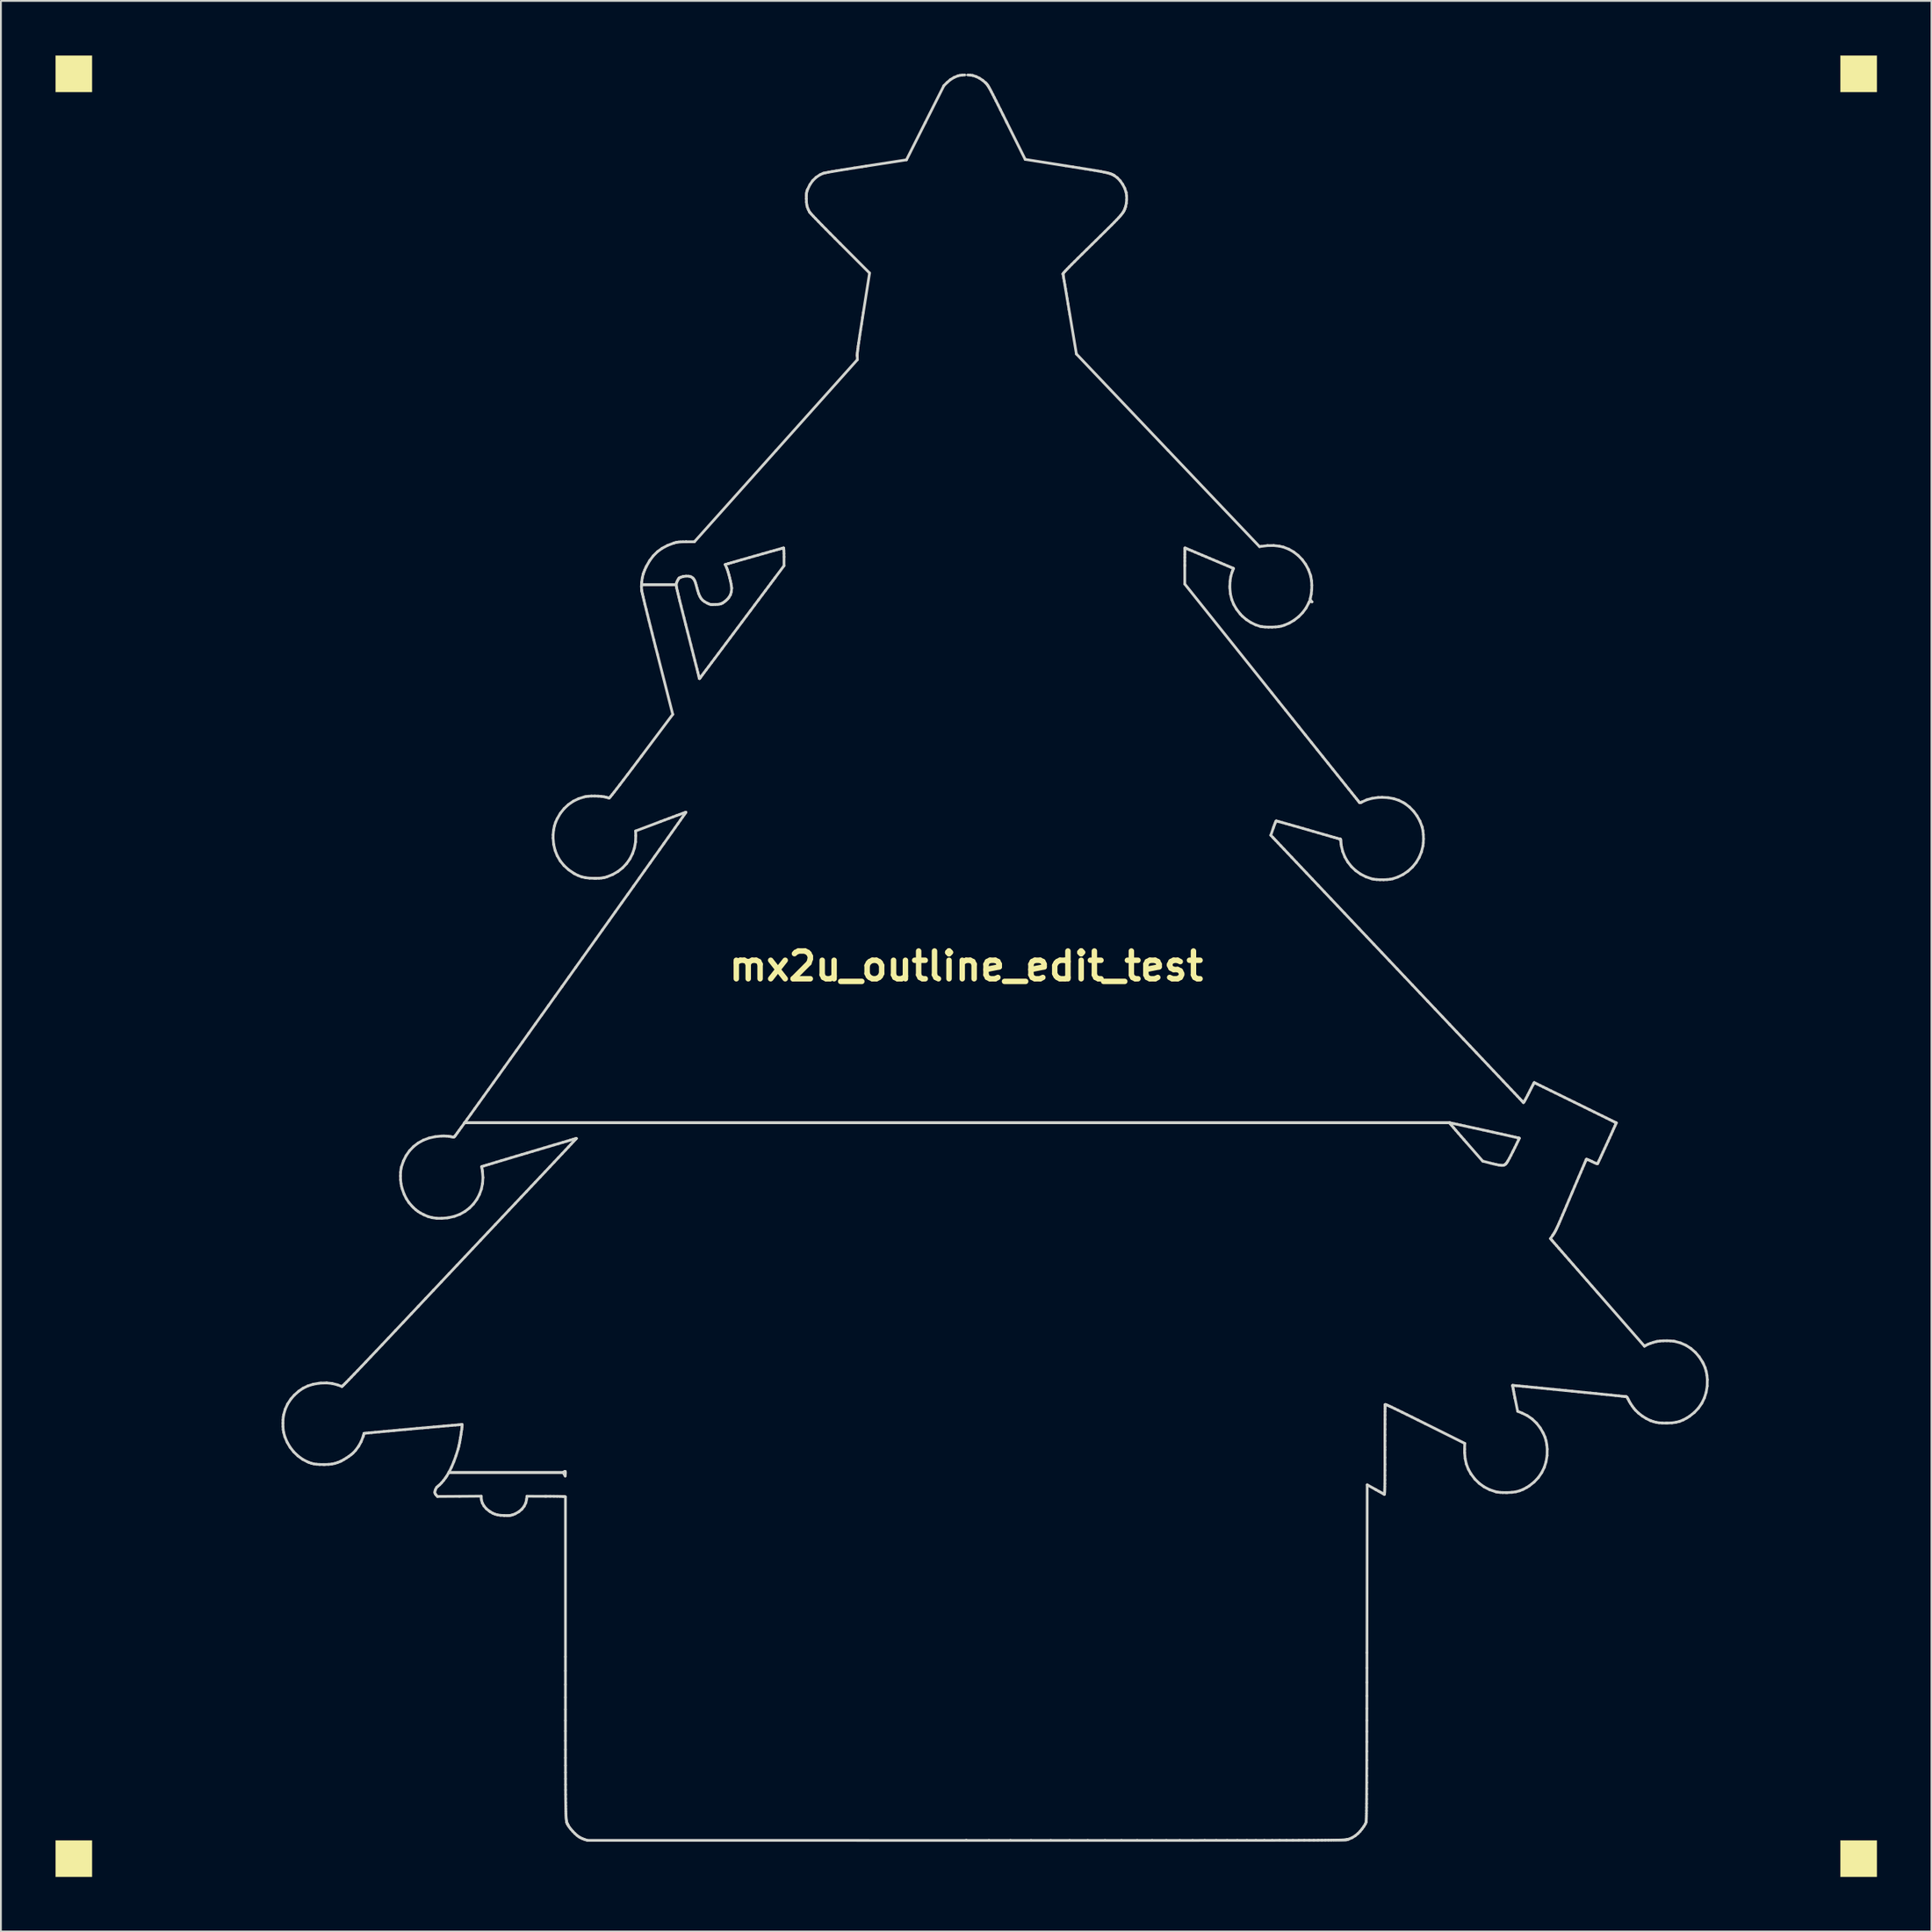
<source format=kicad_pcb>
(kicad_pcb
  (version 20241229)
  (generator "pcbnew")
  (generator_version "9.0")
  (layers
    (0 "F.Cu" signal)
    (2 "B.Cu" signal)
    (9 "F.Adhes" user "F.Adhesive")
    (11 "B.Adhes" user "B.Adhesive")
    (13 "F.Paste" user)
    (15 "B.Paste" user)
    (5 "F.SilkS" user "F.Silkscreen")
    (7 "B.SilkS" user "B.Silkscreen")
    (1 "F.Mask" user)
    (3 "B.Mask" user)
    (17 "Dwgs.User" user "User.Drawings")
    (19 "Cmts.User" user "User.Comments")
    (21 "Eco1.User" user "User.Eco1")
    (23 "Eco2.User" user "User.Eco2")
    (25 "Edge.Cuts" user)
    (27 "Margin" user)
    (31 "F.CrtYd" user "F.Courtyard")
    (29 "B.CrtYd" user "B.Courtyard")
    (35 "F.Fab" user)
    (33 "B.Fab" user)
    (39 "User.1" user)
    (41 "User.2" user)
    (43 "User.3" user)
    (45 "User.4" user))
  (footprint "mx2u_outline_edit_test"
    (layer "F.Cu")
    (at 50.022 50.022)
    (property "Reference" "mx2u_outline_edit_test" (at 0 0 0) (layer "F.SilkS") (effects (font (size 1.524 1.524) (thickness 0.3))))
    (attr through_hole)
    (fp_poly (pts (xy -48.02 -48.02) (xy -50.017 -48.02) (xy -50.017 -50.017) (xy -48.02 -50.017) (xy -48.02 -48.02)) (stroke (width 0.01) (type solid)) (fill yes) (layer "F.SilkS"))
    (fp_poly (pts (xy -48.02 50.017) (xy -50.017 50.017) (xy -50.017 48.02) (xy -48.02 48.02) (xy -48.02 50.017)) (stroke (width 0.01) (type solid)) (fill yes) (layer "F.SilkS"))
    (fp_poly (pts (xy 50.017 -48.02) (xy 48.02 -48.02) (xy 48.02 -50.017) (xy 50.017 -50.017) (xy 50.017 -48.02)) (stroke (width 0.01) (type solid)) (fill yes) (layer "F.SilkS"))
    (fp_poly (pts (xy 50.017 50.017) (xy 48.02 50.017) (xy 48.02 48.02) (xy 50.017 48.02) (xy 50.017 50.017)) (stroke (width 0.01) (type solid)) (fill yes) (layer "F.SilkS"))
    (fp_line (start -37.53 25.102) (end -37.525 24.917) (stroke (width 0.15) (type solid)) (layer "Edge.Cuts"))
    (fp_line (start -37.527 25.288) (end -37.53 25.102) (stroke (width 0.15) (type solid)) (layer "Edge.Cuts"))
    (fp_line (start -37.525 24.917) (end -37.511 24.753) (stroke (width 0.15) (type solid)) (layer "Edge.Cuts"))
    (fp_line (start -37.515 25.459) (end -37.527 25.288) (stroke (width 0.15) (type solid)) (layer "Edge.Cuts"))
    (fp_line (start -37.511 24.753) (end -37.495 24.649) (stroke (width 0.15) (type solid)) (layer "Edge.Cuts"))
    (fp_line (start -37.495 24.649) (end -37.404 24.332) (stroke (width 0.15) (type solid)) (layer "Edge.Cuts"))
    (fp_line (start -37.494 25.597) (end -37.515 25.459) (stroke (width 0.15) (type solid)) (layer "Edge.Cuts"))
    (fp_line (start -37.425 25.852) (end -37.494 25.597) (stroke (width 0.15) (type solid)) (layer "Edge.Cuts"))
    (fp_line (start -37.404 24.332) (end -37.27 24.04) (stroke (width 0.15) (type solid)) (layer "Edge.Cuts"))
    (fp_line (start -37.299 26.149) (end -37.425 25.852) (stroke (width 0.15) (type solid)) (layer "Edge.Cuts"))
    (fp_line (start -37.27 24.04) (end -37.092 23.771) (stroke (width 0.15) (type solid)) (layer "Edge.Cuts"))
    (fp_line (start -37.135 26.427) (end -37.299 26.149) (stroke (width 0.15) (type solid)) (layer "Edge.Cuts"))
    (fp_line (start -37.092 23.771) (end -36.908 23.562) (stroke (width 0.15) (type solid)) (layer "Edge.Cuts"))
    (fp_line (start -36.935 26.679) (end -37.135 26.427) (stroke (width 0.15) (type solid)) (layer "Edge.Cuts"))
    (fp_line (start -36.908 23.562) (end -36.671 23.349) (stroke (width 0.15) (type solid)) (layer "Edge.Cuts"))
    (fp_line (start -36.705 26.901) (end -36.935 26.679) (stroke (width 0.15) (type solid)) (layer "Edge.Cuts"))
    (fp_line (start -36.671 23.349) (end -36.424 23.18) (stroke (width 0.15) (type solid)) (layer "Edge.Cuts"))
    (fp_line (start -36.449 27.087) (end -36.705 26.901) (stroke (width 0.15) (type solid)) (layer "Edge.Cuts"))
    (fp_line (start -36.424 23.18) (end -36.158 23.052) (stroke (width 0.15) (type solid)) (layer "Edge.Cuts"))
    (fp_line (start -36.172 27.23) (end -36.449 27.087) (stroke (width 0.15) (type solid)) (layer "Edge.Cuts"))
    (fp_line (start -36.158 23.052) (end -35.869 22.962) (stroke (width 0.15) (type solid)) (layer "Edge.Cuts"))
    (fp_line (start -36.103 27.258) (end -36.172 27.23) (stroke (width 0.15) (type solid)) (layer "Edge.Cuts"))
    (fp_line (start -35.969 27.304) (end -36.103 27.258) (stroke (width 0.15) (type solid)) (layer "Edge.Cuts"))
    (fp_line (start -35.869 22.962) (end -35.548 22.907) (stroke (width 0.15) (type solid)) (layer "Edge.Cuts"))
    (fp_line (start -35.835 27.336) (end -35.969 27.304) (stroke (width 0.15) (type solid)) (layer "Edge.Cuts"))
    (fp_line (start -35.688 27.357) (end -35.835 27.336) (stroke (width 0.15) (type solid)) (layer "Edge.Cuts"))
    (fp_line (start -35.548 22.907) (end -35.449 22.898) (stroke (width 0.15) (type solid)) (layer "Edge.Cuts"))
    (fp_line (start -35.516 27.368) (end -35.688 27.357) (stroke (width 0.15) (type solid)) (layer "Edge.Cuts"))
    (fp_line (start -35.449 22.898) (end -35.129 22.889) (stroke (width 0.15) (type solid)) (layer "Edge.Cuts"))
    (fp_line (start -35.306 27.371) (end -35.516 27.368) (stroke (width 0.15) (type solid)) (layer "Edge.Cuts"))
    (fp_line (start -35.232 27.371) (end -35.306 27.371) (stroke (width 0.15) (type solid)) (layer "Edge.Cuts"))
    (fp_line (start -35.129 22.889) (end -34.829 22.92) (stroke (width 0.15) (type solid)) (layer "Edge.Cuts"))
    (fp_line (start -35.022 27.364) (end -35.232 27.371) (stroke (width 0.15) (type solid)) (layer "Edge.Cuts"))
    (fp_line (start -34.844 27.345) (end -35.022 27.364) (stroke (width 0.15) (type solid)) (layer "Edge.Cuts"))
    (fp_line (start -34.829 22.92) (end -34.535 22.994) (stroke (width 0.15) (type solid)) (layer "Edge.Cuts"))
    (fp_line (start -34.685 27.313) (end -34.844 27.345) (stroke (width 0.15) (type solid)) (layer "Edge.Cuts"))
    (fp_line (start -34.535 22.994) (end -34.295 23.085) (stroke (width 0.15) (type solid)) (layer "Edge.Cuts"))
    (fp_line (start -34.532 27.265) (end -34.685 27.313) (stroke (width 0.15) (type solid)) (layer "Edge.Cuts"))
    (fp_line (start -34.37 27.199) (end -34.532 27.265) (stroke (width 0.15) (type solid)) (layer "Edge.Cuts"))
    (fp_line (start -34.326 27.178) (end -34.37 27.199) (stroke (width 0.15) (type solid)) (layer "Edge.Cuts"))
    (fp_line (start -34.295 23.085) (end -34.281 23.077) (stroke (width 0.15) (type solid)) (layer "Edge.Cuts"))
    (fp_line (start -34.281 23.077) (end -34.249 23.049) (stroke (width 0.15) (type solid)) (layer "Edge.Cuts"))
    (fp_line (start -34.249 23.049) (end -34.197 23) (stroke (width 0.15) (type solid)) (layer "Edge.Cuts"))
    (fp_line (start -34.197 23) (end -34.125 22.929) (stroke (width 0.15) (type solid)) (layer "Edge.Cuts"))
    (fp_line (start -34.196 27.107) (end -34.326 27.178) (stroke (width 0.15) (type solid)) (layer "Edge.Cuts"))
    (fp_line (start -34.125 22.929) (end -34.031 22.835) (stroke (width 0.15) (type solid)) (layer "Edge.Cuts"))
    (fp_line (start -34.051 27.018) (end -34.196 27.107) (stroke (width 0.15) (type solid)) (layer "Edge.Cuts"))
    (fp_line (start -34.031 22.835) (end -33.916 22.716) (stroke (width 0.15) (type solid)) (layer "Edge.Cuts"))
    (fp_line (start -33.916 22.716) (end -33.777 22.573) (stroke (width 0.15) (type solid)) (layer "Edge.Cuts"))
    (fp_line (start -33.907 26.921) (end -34.051 27.018) (stroke (width 0.15) (type solid)) (layer "Edge.Cuts"))
    (fp_line (start -33.779 26.826) (end -33.907 26.921) (stroke (width 0.15) (type solid)) (layer "Edge.Cuts"))
    (fp_line (start -33.777 22.573) (end -33.615 22.404) (stroke (width 0.15) (type solid)) (layer "Edge.Cuts"))
    (fp_line (start -33.681 26.743) (end -33.779 26.826) (stroke (width 0.15) (type solid)) (layer "Edge.Cuts"))
    (fp_line (start -33.615 22.404) (end -33.427 22.209) (stroke (width 0.15) (type solid)) (layer "Edge.Cuts"))
    (fp_line (start -33.548 26.602) (end -33.681 26.743) (stroke (width 0.15) (type solid)) (layer "Edge.Cuts"))
    (fp_line (start -33.427 22.209) (end -33.214 21.985) (stroke (width 0.15) (type solid)) (layer "Edge.Cuts"))
    (fp_line (start -33.375 26.368) (end -33.548 26.602) (stroke (width 0.15) (type solid)) (layer "Edge.Cuts"))
    (fp_line (start -33.232 26.111) (end -33.375 26.368) (stroke (width 0.15) (type solid)) (layer "Edge.Cuts"))
    (fp_line (start -33.214 21.985) (end -32.974 21.733) (stroke (width 0.15) (type solid)) (layer "Edge.Cuts"))
    (fp_line (start -33.131 25.848) (end -33.232 26.111) (stroke (width 0.15) (type solid)) (layer "Edge.Cuts"))
    (fp_line (start -33.126 25.831) (end -33.131 25.848) (stroke (width 0.15) (type solid)) (layer "Edge.Cuts"))
    (fp_line (start -33.1 25.746) (end -33.126 25.831) (stroke (width 0.15) (type solid)) (layer "Edge.Cuts"))
    (fp_line (start -33.081 25.686) (end -33.1 25.746) (stroke (width 0.15) (type solid)) (layer "Edge.Cuts"))
    (fp_line (start -33.073 25.662) (end -33.081 25.686) (stroke (width 0.15) (type solid)) (layer "Edge.Cuts"))
    (fp_line (start -33.071 25.661) (end -33.073 25.662) (stroke (width 0.15) (type solid)) (layer "Edge.Cuts"))
    (fp_line (start -33.033 25.656) (end -33.071 25.661) (stroke (width 0.15) (type solid)) (layer "Edge.Cuts"))
    (fp_line (start -32.974 21.733) (end -32.707 21.451) (stroke (width 0.15) (type solid)) (layer "Edge.Cuts"))
    (fp_line (start -32.949 25.648) (end -33.033 25.656) (stroke (width 0.15) (type solid)) (layer "Edge.Cuts"))
    (fp_line (start -32.824 25.635) (end -32.949 25.648) (stroke (width 0.15) (type solid)) (layer "Edge.Cuts"))
    (fp_line (start -32.707 21.451) (end -32.411 21.139) (stroke (width 0.15) (type solid)) (layer "Edge.Cuts"))
    (fp_line (start -32.662 25.62) (end -32.824 25.635) (stroke (width 0.15) (type solid)) (layer "Edge.Cuts"))
    (fp_line (start -32.466 25.601) (end -32.662 25.62) (stroke (width 0.15) (type solid)) (layer "Edge.Cuts"))
    (fp_line (start -32.411 21.139) (end -32.086 20.795) (stroke (width 0.15) (type solid)) (layer "Edge.Cuts"))
    (fp_line (start -32.241 25.58) (end -32.466 25.601) (stroke (width 0.15) (type solid)) (layer "Edge.Cuts"))
    (fp_line (start -32.086 20.795) (end -31.731 20.419) (stroke (width 0.15) (type solid)) (layer "Edge.Cuts"))
    (fp_line (start -31.991 25.557) (end -32.241 25.58) (stroke (width 0.15) (type solid)) (layer "Edge.Cuts"))
    (fp_line (start -31.731 20.419) (end -31.345 20.009) (stroke (width 0.15) (type solid)) (layer "Edge.Cuts"))
    (fp_line (start -31.719 25.532) (end -31.991 25.557) (stroke (width 0.15) (type solid)) (layer "Edge.Cuts"))
    (fp_line (start -31.43 25.506) (end -31.719 25.532) (stroke (width 0.15) (type solid)) (layer "Edge.Cuts"))
    (fp_line (start -31.345 20.009) (end -30.926 19.565) (stroke (width 0.15) (type solid)) (layer "Edge.Cuts"))
    (fp_line (start -31.127 25.478) (end -31.43 25.506) (stroke (width 0.15) (type solid)) (layer "Edge.Cuts"))
    (fp_line (start -31.074 11.523) (end -31.067 11.317) (stroke (width 0.15) (type solid)) (layer "Edge.Cuts"))
    (fp_line (start -31.068 11.734) (end -31.074 11.523) (stroke (width 0.15) (type solid)) (layer "Edge.Cuts"))
    (fp_line (start -31.067 11.317) (end -31.046 11.133) (stroke (width 0.15) (type solid)) (layer "Edge.Cuts"))
    (fp_line (start -31.047 11.934) (end -31.068 11.734) (stroke (width 0.15) (type solid)) (layer "Edge.Cuts"))
    (fp_line (start -31.046 11.133) (end -31.025 11.032) (stroke (width 0.15) (type solid)) (layer "Edge.Cuts"))
    (fp_line (start -31.025 11.032) (end -30.913 10.701) (stroke (width 0.15) (type solid)) (layer "Edge.Cuts"))
    (fp_line (start -31.013 12.106) (end -31.047 11.934) (stroke (width 0.15) (type solid)) (layer "Edge.Cuts"))
    (fp_line (start -30.977 12.233) (end -31.013 12.106) (stroke (width 0.15) (type solid)) (layer "Edge.Cuts"))
    (fp_line (start -30.926 19.565) (end -30.475 19.086) (stroke (width 0.15) (type solid)) (layer "Edge.Cuts"))
    (fp_line (start -30.913 10.701) (end -30.764 10.402) (stroke (width 0.15) (type solid)) (layer "Edge.Cuts"))
    (fp_line (start -30.877 12.517) (end -30.977 12.233) (stroke (width 0.15) (type solid)) (layer "Edge.Cuts"))
    (fp_line (start -30.815 25.45) (end -31.127 25.478) (stroke (width 0.15) (type solid)) (layer "Edge.Cuts"))
    (fp_line (start -30.764 10.402) (end -30.577 10.136) (stroke (width 0.15) (type solid)) (layer "Edge.Cuts"))
    (fp_line (start -30.755 12.765) (end -30.877 12.517) (stroke (width 0.15) (type solid)) (layer "Edge.Cuts"))
    (fp_line (start -30.608 12.988) (end -30.755 12.765) (stroke (width 0.15) (type solid)) (layer "Edge.Cuts"))
    (fp_line (start -30.577 10.136) (end -30.357 9.906) (stroke (width 0.15) (type solid)) (layer "Edge.Cuts"))
    (fp_line (start -30.498 25.421) (end -30.815 25.45) (stroke (width 0.15) (type solid)) (layer "Edge.Cuts"))
    (fp_line (start -30.475 19.086) (end -30.097 18.684) (stroke (width 0.15) (type solid)) (layer "Edge.Cuts"))
    (fp_line (start -30.429 13.193) (end -30.608 12.988) (stroke (width 0.15) (type solid)) (layer "Edge.Cuts"))
    (fp_line (start -30.357 9.906) (end -30.104 9.712) (stroke (width 0.15) (type solid)) (layer "Edge.Cuts"))
    (fp_line (start -30.353 13.269) (end -30.429 13.193) (stroke (width 0.15) (type solid)) (layer "Edge.Cuts"))
    (fp_line (start -30.229 13.381) (end -30.353 13.269) (stroke (width 0.15) (type solid)) (layer "Edge.Cuts"))
    (fp_line (start -30.179 25.392) (end -30.498 25.421) (stroke (width 0.15) (type solid)) (layer "Edge.Cuts"))
    (fp_line (start -30.106 13.474) (end -30.229 13.381) (stroke (width 0.15) (type solid)) (layer "Edge.Cuts"))
    (fp_line (start -30.104 9.712) (end -29.821 9.556) (stroke (width 0.15) (type solid)) (layer "Edge.Cuts"))
    (fp_line (start -30.097 18.684) (end -29.685 18.246) (stroke (width 0.15) (type solid)) (layer "Edge.Cuts"))
    (fp_line (start -29.968 13.56) (end -30.106 13.474) (stroke (width 0.15) (type solid)) (layer "Edge.Cuts"))
    (fp_line (start -29.862 25.364) (end -30.179 25.392) (stroke (width 0.15) (type solid)) (layer "Edge.Cuts"))
    (fp_line (start -29.821 9.556) (end -29.509 9.439) (stroke (width 0.15) (type solid)) (layer "Edge.Cuts"))
    (fp_line (start -29.798 13.649) (end -29.968 13.56) (stroke (width 0.15) (type solid)) (layer "Edge.Cuts"))
    (fp_line (start -29.795 13.651) (end -29.798 13.649) (stroke (width 0.15) (type solid)) (layer "Edge.Cuts"))
    (fp_line (start -29.685 18.246) (end -29.262 17.798) (stroke (width 0.15) (type solid)) (layer "Edge.Cuts"))
    (fp_line (start -29.566 13.748) (end -29.795 13.651) (stroke (width 0.15) (type solid)) (layer "Edge.Cuts"))
    (fp_line (start -29.552 25.336) (end -29.862 25.364) (stroke (width 0.15) (type solid)) (layer "Edge.Cuts"))
    (fp_line (start -29.509 9.439) (end -29.17 9.363) (stroke (width 0.15) (type solid)) (layer "Edge.Cuts"))
    (fp_line (start -29.333 13.812) (end -29.566 13.748) (stroke (width 0.15) (type solid)) (layer "Edge.Cuts"))
    (fp_line (start -29.262 17.798) (end -28.833 17.342) (stroke (width 0.15) (type solid)) (layer "Edge.Cuts"))
    (fp_line (start -29.253 25.31) (end -29.552 25.336) (stroke (width 0.15) (type solid)) (layer "Edge.Cuts"))
    (fp_line (start -29.187 28.915) (end -29.18 28.838) (stroke (width 0.15) (type solid)) (layer "Edge.Cuts"))
    (fp_line (start -29.18 28.838) (end -29.149 28.74) (stroke (width 0.15) (type solid)) (layer "Edge.Cuts"))
    (fp_line (start -29.17 9.363) (end -28.807 9.328) (stroke (width 0.15) (type solid)) (layer "Edge.Cuts"))
    (fp_line (start -29.167 28.979) (end -29.187 28.915) (stroke (width 0.15) (type solid)) (layer "Edge.Cuts"))
    (fp_line (start -29.149 28.74) (end -29.091 28.63) (stroke (width 0.15) (type solid)) (layer "Edge.Cuts"))
    (fp_line (start -29.118 29.045) (end -29.167 28.979) (stroke (width 0.15) (type solid)) (layer "Edge.Cuts"))
    (fp_line (start -29.091 28.63) (end -29.013 28.559) (stroke (width 0.15) (type solid)) (layer "Edge.Cuts"))
    (fp_line (start -29.085 13.846) (end -29.333 13.812) (stroke (width 0.15) (type solid)) (layer "Edge.Cuts"))
    (fp_line (start -29.044 29.127) (end -29.118 29.045) (stroke (width 0.15) (type solid)) (layer "Edge.Cuts"))
    (fp_line (start -29.013 28.559) (end -28.925 28.486) (stroke (width 0.15) (type solid)) (layer "Edge.Cuts"))
    (fp_line (start -28.968 25.285) (end -29.253 25.31) (stroke (width 0.15) (type solid)) (layer "Edge.Cuts"))
    (fp_line (start -28.925 28.486) (end -28.82 28.379) (stroke (width 0.15) (type solid)) (layer "Edge.Cuts"))
    (fp_line (start -28.833 17.342) (end -28.399 16.881) (stroke (width 0.15) (type solid)) (layer "Edge.Cuts"))
    (fp_line (start -28.82 28.379) (end -28.708 28.247) (stroke (width 0.15) (type solid)) (layer "Edge.Cuts"))
    (fp_line (start -28.813 13.849) (end -29.085 13.846) (stroke (width 0.15) (type solid)) (layer "Edge.Cuts"))
    (fp_line (start -28.807 9.328) (end -28.686 9.326) (stroke (width 0.15) (type solid)) (layer "Edge.Cuts"))
    (fp_line (start -28.708 28.247) (end -28.598 28.1) (stroke (width 0.15) (type solid)) (layer "Edge.Cuts"))
    (fp_line (start -28.702 25.261) (end -28.968 25.285) (stroke (width 0.15) (type solid)) (layer "Edge.Cuts"))
    (fp_line (start -28.686 9.326) (end -28.559 9.331) (stroke (width 0.15) (type solid)) (layer "Edge.Cuts"))
    (fp_line (start -28.598 28.1) (end -28.541 28.018) (stroke (width 0.15) (type solid)) (layer "Edge.Cuts"))
    (fp_line (start -28.559 9.331) (end -28.427 9.343) (stroke (width 0.15) (type solid)) (layer "Edge.Cuts"))
    (fp_line (start -28.541 28.018) (end -28.421 27.814) (stroke (width 0.15) (type solid)) (layer "Edge.Cuts"))
    (fp_line (start -28.508 13.824) (end -28.813 13.849) (stroke (width 0.15) (type solid)) (layer "Edge.Cuts"))
    (fp_line (start -28.457 25.24) (end -28.702 25.261) (stroke (width 0.15) (type solid)) (layer "Edge.Cuts"))
    (fp_line (start -28.433 13.814) (end -28.508 13.824) (stroke (width 0.15) (type solid)) (layer "Edge.Cuts"))
    (fp_line (start -28.427 9.343) (end -28.315 9.36) (stroke (width 0.15) (type solid)) (layer "Edge.Cuts"))
    (fp_line (start -28.421 27.814) (end -28.404 27.786) (stroke (width 0.15) (type solid)) (layer "Edge.Cuts"))
    (fp_line (start -28.421 27.814) (end -22.122 27.814) (stroke (width 0.15) (type solid)) (layer "Edge.Cuts"))
    (fp_line (start -28.404 27.786) (end -28.269 27.513) (stroke (width 0.15) (type solid)) (layer "Edge.Cuts"))
    (fp_line (start -28.399 16.881) (end -27.964 16.419) (stroke (width 0.15) (type solid)) (layer "Edge.Cuts"))
    (fp_line (start -28.315 9.36) (end -28.306 9.362) (stroke (width 0.15) (type solid)) (layer "Edge.Cuts"))
    (fp_line (start -28.306 9.362) (end -28.216 9.38) (stroke (width 0.15) (type solid)) (layer "Edge.Cuts"))
    (fp_line (start -28.269 27.513) (end -28.14 27.207) (stroke (width 0.15) (type solid)) (layer "Edge.Cuts"))
    (fp_line (start -28.24 25.221) (end -28.457 25.24) (stroke (width 0.15) (type solid)) (layer "Edge.Cuts"))
    (fp_line (start -28.216 9.38) (end -28.162 9.385) (stroke (width 0.15) (type solid)) (layer "Edge.Cuts"))
    (fp_line (start -28.162 9.385) (end -28.128 9.377) (stroke (width 0.15) (type solid)) (layer "Edge.Cuts"))
    (fp_line (start -28.14 27.207) (end -28.02 26.876) (stroke (width 0.15) (type solid)) (layer "Edge.Cuts"))
    (fp_line (start -28.128 9.377) (end -28.102 9.355) (stroke (width 0.15) (type solid)) (layer "Edge.Cuts"))
    (fp_line (start -28.108 13.74) (end -28.433 13.814) (stroke (width 0.15) (type solid)) (layer "Edge.Cuts"))
    (fp_line (start -28.102 9.355) (end -28.079 9.327) (stroke (width 0.15) (type solid)) (layer "Edge.Cuts"))
    (fp_line (start -28.079 9.327) (end -28.029 9.26) (stroke (width 0.15) (type solid)) (layer "Edge.Cuts"))
    (fp_line (start -28.053 25.205) (end -28.24 25.221) (stroke (width 0.15) (type solid)) (layer "Edge.Cuts"))
    (fp_line (start -28.029 9.26) (end -27.953 9.155) (stroke (width 0.15) (type solid)) (layer "Edge.Cuts"))
    (fp_line (start -28.02 26.876) (end -27.913 26.531) (stroke (width 0.15) (type solid)) (layer "Edge.Cuts"))
    (fp_line (start -27.964 16.419) (end -27.53 15.959) (stroke (width 0.15) (type solid)) (layer "Edge.Cuts"))
    (fp_line (start -27.953 9.155) (end -27.85 9.014) (stroke (width 0.15) (type solid)) (layer "Edge.Cuts"))
    (fp_line (start -27.913 26.531) (end -27.877 26.398) (stroke (width 0.15) (type solid)) (layer "Edge.Cuts"))
    (fp_line (start -27.9 25.192) (end -28.053 25.205) (stroke (width 0.15) (type solid)) (layer "Edge.Cuts"))
    (fp_line (start -27.877 26.398) (end -27.855 26.305) (stroke (width 0.15) (type solid)) (layer "Edge.Cuts"))
    (fp_line (start -27.855 26.305) (end -27.83 26.183) (stroke (width 0.15) (type solid)) (layer "Edge.Cuts"))
    (fp_line (start -27.85 9.014) (end -27.723 8.838) (stroke (width 0.15) (type solid)) (layer "Edge.Cuts"))
    (fp_line (start -27.841 29.119) (end -29.044 29.127) (stroke (width 0.15) (type solid)) (layer "Edge.Cuts"))
    (fp_line (start -27.83 26.183) (end -27.803 26.041) (stroke (width 0.15) (type solid)) (layer "Edge.Cuts"))
    (fp_line (start -27.807 13.625) (end -28.108 13.74) (stroke (width 0.15) (type solid)) (layer "Edge.Cuts"))
    (fp_line (start -27.803 26.041) (end -27.777 25.888) (stroke (width 0.15) (type solid)) (layer "Edge.Cuts"))
    (fp_line (start -27.785 25.183) (end -27.9 25.192) (stroke (width 0.15) (type solid)) (layer "Edge.Cuts"))
    (fp_line (start -27.777 25.888) (end -27.752 25.731) (stroke (width 0.15) (type solid)) (layer "Edge.Cuts"))
    (fp_line (start -27.752 25.731) (end -27.729 25.579) (stroke (width 0.15) (type solid)) (layer "Edge.Cuts"))
    (fp_line (start -27.729 25.579) (end -27.709 25.44) (stroke (width 0.15) (type solid)) (layer "Edge.Cuts"))
    (fp_line (start -27.723 8.838) (end -27.573 8.63) (stroke (width 0.15) (type solid)) (layer "Edge.Cuts"))
    (fp_line (start -27.713 25.177) (end -27.785 25.183) (stroke (width 0.15) (type solid)) (layer "Edge.Cuts"))
    (fp_line (start -27.709 25.44) (end -27.695 25.323) (stroke (width 0.15) (type solid)) (layer "Edge.Cuts"))
    (fp_line (start -27.695 25.323) (end -27.686 25.235) (stroke (width 0.15) (type solid)) (layer "Edge.Cuts"))
    (fp_line (start -27.688 25.176) (end -27.713 25.177) (stroke (width 0.15) (type solid)) (layer "Edge.Cuts"))
    (fp_line (start -27.686 25.235) (end -27.685 25.184) (stroke (width 0.15) (type solid)) (layer "Edge.Cuts"))
    (fp_line (start -27.685 25.184) (end -27.688 25.176) (stroke (width 0.15) (type solid)) (layer "Edge.Cuts"))
    (fp_line (start -27.573 8.63) (end -27.552 8.6) (stroke (width 0.15) (type solid)) (layer "Edge.Cuts"))
    (fp_line (start -27.552 8.6) (end -27.401 8.391) (stroke (width 0.15) (type solid)) (layer "Edge.Cuts"))
    (fp_line (start -27.552 8.6) (end 26.547 8.6) (stroke (width 0.15) (type solid)) (layer "Edge.Cuts"))
    (fp_line (start -27.531 13.47) (end -27.807 13.625) (stroke (width 0.15) (type solid)) (layer "Edge.Cuts"))
    (fp_line (start -27.53 15.959) (end -27.1 15.503) (stroke (width 0.15) (type solid)) (layer "Edge.Cuts"))
    (fp_line (start -27.401 8.391) (end -27.208 8.122) (stroke (width 0.15) (type solid)) (layer "Edge.Cuts"))
    (fp_line (start -27.283 13.281) (end -27.531 13.47) (stroke (width 0.15) (type solid)) (layer "Edge.Cuts"))
    (fp_line (start -27.208 8.122) (end -26.995 7.825) (stroke (width 0.15) (type solid)) (layer "Edge.Cuts"))
    (fp_line (start -27.1 15.503) (end -26.678 15.054) (stroke (width 0.15) (type solid)) (layer "Edge.Cuts"))
    (fp_line (start -27.066 13.06) (end -27.283 13.281) (stroke (width 0.15) (type solid)) (layer "Edge.Cuts"))
    (fp_line (start -26.995 7.825) (end -26.763 7.502) (stroke (width 0.15) (type solid)) (layer "Edge.Cuts"))
    (fp_line (start -26.884 12.811) (end -27.066 13.06) (stroke (width 0.15) (type solid)) (layer "Edge.Cuts"))
    (fp_line (start -26.763 7.502) (end -26.514 7.154) (stroke (width 0.15) (type solid)) (layer "Edge.Cuts"))
    (fp_line (start -26.738 12.538) (end -26.884 12.811) (stroke (width 0.15) (type solid)) (layer "Edge.Cuts"))
    (fp_line (start -26.678 15.054) (end -26.265 14.615) (stroke (width 0.15) (type solid)) (layer "Edge.Cuts"))
    (fp_line (start -26.638 29.11) (end -27.841 29.119) (stroke (width 0.15) (type solid)) (layer "Edge.Cuts"))
    (fp_line (start -26.638 29.21) (end -26.638 29.11) (stroke (width 0.15) (type solid)) (layer "Edge.Cuts"))
    (fp_line (start -26.632 29.301) (end -26.638 29.21) (stroke (width 0.15) (type solid)) (layer "Edge.Cuts"))
    (fp_line (start -26.631 12.244) (end -26.738 12.538) (stroke (width 0.15) (type solid)) (layer "Edge.Cuts"))
    (fp_line (start -26.607 11.005) (end -26.606 11.031) (stroke (width 0.15) (type solid)) (layer "Edge.Cuts"))
    (fp_line (start -26.606 11.031) (end -26.598 11.096) (stroke (width 0.15) (type solid)) (layer "Edge.Cuts"))
    (fp_line (start -26.604 11.004) (end -26.607 11.005) (stroke (width 0.15) (type solid)) (layer "Edge.Cuts"))
    (fp_line (start -26.598 11.096) (end -26.585 11.19) (stroke (width 0.15) (type solid)) (layer "Edge.Cuts"))
    (fp_line (start -26.585 11.19) (end -26.573 11.274) (stroke (width 0.15) (type solid)) (layer "Edge.Cuts"))
    (fp_line (start -26.583 29.477) (end -26.632 29.301) (stroke (width 0.15) (type solid)) (layer "Edge.Cuts"))
    (fp_line (start -26.573 11.274) (end -26.546 11.609) (stroke (width 0.15) (type solid)) (layer "Edge.Cuts"))
    (fp_line (start -26.566 11.933) (end -26.631 12.244) (stroke (width 0.15) (type solid)) (layer "Edge.Cuts"))
    (fp_line (start -26.566 10.992) (end -26.604 11.004) (stroke (width 0.15) (type solid)) (layer "Edge.Cuts"))
    (fp_line (start -26.546 11.609) (end -26.566 11.933) (stroke (width 0.15) (type solid)) (layer "Edge.Cuts"))
    (fp_line (start -26.514 7.154) (end -26.248 6.783) (stroke (width 0.15) (type solid)) (layer "Edge.Cuts"))
    (fp_line (start -26.49 29.646) (end -26.583 29.477) (stroke (width 0.15) (type solid)) (layer "Edge.Cuts"))
    (fp_line (start -26.483 10.966) (end -26.566 10.992) (stroke (width 0.15) (type solid)) (layer "Edge.Cuts"))
    (fp_line (start -26.362 10.929) (end -26.483 10.966) (stroke (width 0.15) (type solid)) (layer "Edge.Cuts"))
    (fp_line (start -26.357 29.802) (end -26.49 29.646) (stroke (width 0.15) (type solid)) (layer "Edge.Cuts"))
    (fp_line (start -26.265 14.615) (end -25.864 14.19) (stroke (width 0.15) (type solid)) (layer "Edge.Cuts"))
    (fp_line (start -26.248 6.783) (end -25.967 6.391) (stroke (width 0.15) (type solid)) (layer "Edge.Cuts"))
    (fp_line (start -26.204 10.882) (end -26.362 10.929) (stroke (width 0.15) (type solid)) (layer "Edge.Cuts"))
    (fp_line (start -26.188 29.937) (end -26.357 29.802) (stroke (width 0.15) (type solid)) (layer "Edge.Cuts"))
    (fp_line (start -26.141 29.968) (end -26.188 29.937) (stroke (width 0.15) (type solid)) (layer "Edge.Cuts"))
    (fp_line (start -26.015 10.825) (end -26.204 10.882) (stroke (width 0.15) (type solid)) (layer "Edge.Cuts"))
    (fp_line (start -26.005 30.047) (end -26.141 29.968) (stroke (width 0.15) (type solid)) (layer "Edge.Cuts"))
    (fp_line (start -25.967 6.391) (end -25.672 5.979) (stroke (width 0.15) (type solid)) (layer "Edge.Cuts"))
    (fp_line (start -25.876 30.102) (end -26.005 30.047) (stroke (width 0.15) (type solid)) (layer "Edge.Cuts"))
    (fp_line (start -25.864 14.19) (end -25.479 13.782) (stroke (width 0.15) (type solid)) (layer "Edge.Cuts"))
    (fp_line (start -25.798 10.759) (end -26.015 10.825) (stroke (width 0.15) (type solid)) (layer "Edge.Cuts"))
    (fp_line (start -25.739 30.139) (end -25.876 30.102) (stroke (width 0.15) (type solid)) (layer "Edge.Cuts"))
    (fp_line (start -25.672 5.979) (end -25.364 5.548) (stroke (width 0.15) (type solid)) (layer "Edge.Cuts"))
    (fp_line (start -25.581 30.161) (end -25.739 30.139) (stroke (width 0.15) (type solid)) (layer "Edge.Cuts"))
    (fp_line (start -25.556 10.687) (end -25.798 10.759) (stroke (width 0.15) (type solid)) (layer "Edge.Cuts"))
    (fp_line (start -25.479 13.782) (end -25.112 13.392) (stroke (width 0.15) (type solid)) (layer "Edge.Cuts"))
    (fp_line (start -25.387 30.171) (end -25.581 30.161) (stroke (width 0.15) (type solid)) (layer "Edge.Cuts"))
    (fp_line (start -25.364 5.548) (end -25.045 5.101) (stroke (width 0.15) (type solid)) (layer "Edge.Cuts"))
    (fp_line (start -25.36 30.172) (end -25.387 30.171) (stroke (width 0.15) (type solid)) (layer "Edge.Cuts"))
    (fp_line (start -25.294 10.609) (end -25.556 10.687) (stroke (width 0.15) (type solid)) (layer "Edge.Cuts"))
    (fp_line (start -25.223 30.175) (end -25.36 30.172) (stroke (width 0.15) (type solid)) (layer "Edge.Cuts"))
    (fp_line (start -25.122 30.173) (end -25.223 30.175) (stroke (width 0.15) (type solid)) (layer "Edge.Cuts"))
    (fp_line (start -25.112 13.392) (end -24.766 13.025) (stroke (width 0.15) (type solid)) (layer "Edge.Cuts"))
    (fp_line (start -25.045 5.101) (end -24.714 4.639) (stroke (width 0.15) (type solid)) (layer "Edge.Cuts"))
    (fp_line (start -25.042 30.165) (end -25.122 30.173) (stroke (width 0.15) (type solid)) (layer "Edge.Cuts"))
    (fp_line (start -25.015 10.525) (end -25.294 10.609) (stroke (width 0.15) (type solid)) (layer "Edge.Cuts"))
    (fp_line (start -24.971 30.15) (end -25.042 30.165) (stroke (width 0.15) (type solid)) (layer "Edge.Cuts"))
    (fp_line (start -24.894 30.127) (end -24.971 30.15) (stroke (width 0.15) (type solid)) (layer "Edge.Cuts"))
    (fp_line (start -24.769 30.077) (end -24.894 30.127) (stroke (width 0.15) (type solid)) (layer "Edge.Cuts"))
    (fp_line (start -24.766 13.025) (end -24.443 12.683) (stroke (width 0.15) (type solid)) (layer "Edge.Cuts"))
    (fp_line (start -24.723 10.438) (end -25.015 10.525) (stroke (width 0.15) (type solid)) (layer "Edge.Cuts"))
    (fp_line (start -24.714 4.639) (end -24.375 4.164) (stroke (width 0.15) (type solid)) (layer "Edge.Cuts"))
    (fp_line (start -24.57 29.964) (end -24.769 30.077) (stroke (width 0.15) (type solid)) (layer "Edge.Cuts"))
    (fp_line (start -24.443 12.683) (end -24.147 12.37) (stroke (width 0.15) (type solid)) (layer "Edge.Cuts"))
    (fp_line (start -24.423 10.349) (end -24.723 10.438) (stroke (width 0.15) (type solid)) (layer "Edge.Cuts"))
    (fp_line (start -24.403 29.822) (end -24.57 29.964) (stroke (width 0.15) (type solid)) (layer "Edge.Cuts"))
    (fp_line (start -24.375 4.164) (end -24.027 3.677) (stroke (width 0.15) (type solid)) (layer "Edge.Cuts"))
    (fp_line (start -24.274 29.654) (end -24.403 29.822) (stroke (width 0.15) (type solid)) (layer "Edge.Cuts"))
    (fp_line (start -24.186 29.467) (end -24.274 29.654) (stroke (width 0.15) (type solid)) (layer "Edge.Cuts"))
    (fp_line (start -24.147 12.37) (end -23.881 12.087) (stroke (width 0.15) (type solid)) (layer "Edge.Cuts"))
    (fp_line (start -24.143 29.265) (end -24.186 29.467) (stroke (width 0.15) (type solid)) (layer "Edge.Cuts"))
    (fp_line (start -24.129 29.115) (end -24.143 29.265) (stroke (width 0.15) (type solid)) (layer "Edge.Cuts"))
    (fp_line (start -24.117 10.258) (end -24.423 10.349) (stroke (width 0.15) (type solid)) (layer "Edge.Cuts"))
    (fp_line (start -24.027 3.677) (end -23.672 3.179) (stroke (width 0.15) (type solid)) (layer "Edge.Cuts"))
    (fp_line (start -23.881 12.087) (end -23.673 11.867) (stroke (width 0.15) (type solid)) (layer "Edge.Cuts"))
    (fp_line (start -23.81 10.166) (end -24.117 10.258) (stroke (width 0.15) (type solid)) (layer "Edge.Cuts"))
    (fp_line (start -23.673 11.867) (end -23.396 11.574) (stroke (width 0.15) (type solid)) (layer "Edge.Cuts"))
    (fp_line (start -23.672 3.179) (end -23.31 2.673) (stroke (width 0.15) (type solid)) (layer "Edge.Cuts"))
    (fp_line (start -23.506 10.076) (end -23.81 10.166) (stroke (width 0.15) (type solid)) (layer "Edge.Cuts"))
    (fp_line (start -23.396 11.574) (end -23.129 11.29) (stroke (width 0.15) (type solid)) (layer "Edge.Cuts"))
    (fp_line (start -23.31 2.673) (end -22.944 2.161) (stroke (width 0.15) (type solid)) (layer "Edge.Cuts"))
    (fp_line (start -23.207 9.987) (end -23.506 10.076) (stroke (width 0.15) (type solid)) (layer "Edge.Cuts"))
    (fp_line (start -23.129 11.29) (end -22.873 11.019) (stroke (width 0.15) (type solid)) (layer "Edge.Cuts"))
    (fp_line (start -23.128 29.116) (end -24.129 29.115) (stroke (width 0.15) (type solid)) (layer "Edge.Cuts"))
    (fp_line (start -23.068 29.116) (end -23.128 29.116) (stroke (width 0.15) (type solid)) (layer "Edge.Cuts"))
    (fp_line (start -22.944 2.161) (end -22.575 1.643) (stroke (width 0.15) (type solid)) (layer "Edge.Cuts"))
    (fp_line (start -22.919 9.902) (end -23.207 9.987) (stroke (width 0.15) (type solid)) (layer "Edge.Cuts"))
    (fp_line (start -22.873 11.019) (end -22.632 10.762) (stroke (width 0.15) (type solid)) (layer "Edge.Cuts"))
    (fp_line (start -22.849 29.116) (end -23.068 29.116) (stroke (width 0.15) (type solid)) (layer "Edge.Cuts"))
    (fp_line (start -22.69 -7.04) (end -22.688 -7.216) (stroke (width 0.15) (type solid)) (layer "Edge.Cuts"))
    (fp_line (start -22.688 -7.216) (end -22.666 -7.469) (stroke (width 0.15) (type solid)) (layer "Edge.Cuts"))
    (fp_line (start -22.666 -7.469) (end -22.622 -7.694) (stroke (width 0.15) (type solid)) (layer "Edge.Cuts"))
    (fp_line (start -22.66 -6.695) (end -22.69 -7.04) (stroke (width 0.15) (type solid)) (layer "Edge.Cuts"))
    (fp_line (start -22.646 29.118) (end -22.849 29.116) (stroke (width 0.15) (type solid)) (layer "Edge.Cuts"))
    (fp_line (start -22.645 9.82) (end -22.919 9.902) (stroke (width 0.15) (type solid)) (layer "Edge.Cuts"))
    (fp_line (start -22.632 10.762) (end -22.406 10.522) (stroke (width 0.15) (type solid)) (layer "Edge.Cuts"))
    (fp_line (start -22.622 -7.694) (end -22.553 -7.908) (stroke (width 0.15) (type solid)) (layer "Edge.Cuts"))
    (fp_line (start -22.584 -6.369) (end -22.66 -6.695) (stroke (width 0.15) (type solid)) (layer "Edge.Cuts"))
    (fp_line (start -22.575 1.643) (end -22.202 1.121) (stroke (width 0.15) (type solid)) (layer "Edge.Cuts"))
    (fp_line (start -22.553 -7.908) (end -22.467 -8.1) (stroke (width 0.15) (type solid)) (layer "Edge.Cuts"))
    (fp_line (start -22.467 -8.1) (end -22.295 -8.396) (stroke (width 0.15) (type solid)) (layer "Edge.Cuts"))
    (fp_line (start -22.464 29.119) (end -22.646 29.118) (stroke (width 0.15) (type solid)) (layer "Edge.Cuts"))
    (fp_line (start -22.464 -6.065) (end -22.584 -6.369) (stroke (width 0.15) (type solid)) (layer "Edge.Cuts"))
    (fp_line (start -22.406 10.522) (end -22.198 10.301) (stroke (width 0.15) (type solid)) (layer "Edge.Cuts"))
    (fp_line (start -22.389 9.745) (end -22.645 9.82) (stroke (width 0.15) (type solid)) (layer "Edge.Cuts"))
    (fp_line (start -22.31 29.122) (end -22.464 29.119) (stroke (width 0.15) (type solid)) (layer "Edge.Cuts"))
    (fp_line (start -22.3 -5.784) (end -22.464 -6.065) (stroke (width 0.15) (type solid)) (layer "Edge.Cuts"))
    (fp_line (start -22.295 -8.396) (end -22.088 -8.656) (stroke (width 0.15) (type solid)) (layer "Edge.Cuts"))
    (fp_line (start -22.202 1.121) (end -21.829 0.597) (stroke (width 0.15) (type solid)) (layer "Edge.Cuts"))
    (fp_line (start -22.198 10.301) (end -22.01 10.101) (stroke (width 0.15) (type solid)) (layer "Edge.Cuts"))
    (fp_line (start -22.189 29.125) (end -22.31 29.122) (stroke (width 0.15) (type solid)) (layer "Edge.Cuts"))
    (fp_line (start -22.154 9.675) (end -22.389 9.745) (stroke (width 0.15) (type solid)) (layer "Edge.Cuts"))
    (fp_line (start -22.122 27.814) (end -28.421 27.814) (stroke (width 0.15) (type solid)) (layer "Edge.Cuts"))
    (fp_line (start -22.122 27.814) (end -22.105 27.855) (stroke (width 0.15) (type solid)) (layer "Edge.Cuts"))
    (fp_line (start -22.115 27.792) (end -22.122 27.814) (stroke (width 0.15) (type solid)) (layer "Edge.Cuts"))
    (fp_line (start -22.107 29.128) (end -22.189 29.125) (stroke (width 0.15) (type solid)) (layer "Edge.Cuts"))
    (fp_line (start -22.105 27.855) (end -22.081 27.901) (stroke (width 0.15) (type solid)) (layer "Edge.Cuts"))
    (fp_line (start -22.093 -5.529) (end -22.3 -5.784) (stroke (width 0.15) (type solid)) (layer "Edge.Cuts"))
    (fp_line (start -22.088 -8.656) (end -21.85 -8.878) (stroke (width 0.15) (type solid)) (layer "Edge.Cuts"))
    (fp_line (start -22.085 27.773) (end -22.115 27.792) (stroke (width 0.15) (type solid)) (layer "Edge.Cuts"))
    (fp_line (start -22.081 27.901) (end -22.026 28.002) (stroke (width 0.15) (type solid)) (layer "Edge.Cuts"))
    (fp_line (start -22.07 29.131) (end -22.107 29.128) (stroke (width 0.15) (type solid)) (layer "Edge.Cuts"))
    (fp_line (start -22.051 27.759) (end -22.085 27.773) (stroke (width 0.15) (type solid)) (layer "Edge.Cuts"))
    (fp_line (start -22.026 28.002) (end -22.018 27.886) (stroke (width 0.15) (type solid)) (layer "Edge.Cuts"))
    (fp_line (start -22.022 27.758) (end -22.051 27.759) (stroke (width 0.15) (type solid)) (layer "Edge.Cuts"))
    (fp_line (start -22.019 27.767) (end -22.022 27.758) (stroke (width 0.15) (type solid)) (layer "Edge.Cuts"))
    (fp_line (start -22.018 27.886) (end -22.016 27.815) (stroke (width 0.15) (type solid)) (layer "Edge.Cuts"))
    (fp_line (start -22.016 27.815) (end -22.019 27.767) (stroke (width 0.15) (type solid)) (layer "Edge.Cuts"))
    (fp_line (start -22.013 29.146) (end -22.07 29.131) (stroke (width 0.15) (type solid)) (layer "Edge.Cuts"))
    (fp_line (start -22.013 40.822) (end -22.013 40.162) (stroke (width 0.15) (type solid)) (layer "Edge.Cuts"))
    (fp_line (start -22.013 40.162) (end -22.013 39.457) (stroke (width 0.15) (type solid)) (layer "Edge.Cuts"))
    (fp_line (start -22.013 39.457) (end -22.013 38.704) (stroke (width 0.15) (type solid)) (layer "Edge.Cuts"))
    (fp_line (start -22.013 37.932) (end -22.013 29.146) (stroke (width 0.15) (type solid)) (layer "Edge.Cuts"))
    (fp_line (start -22.013 41.437) (end -22.013 40.822) (stroke (width 0.15) (type solid)) (layer "Edge.Cuts"))
    (fp_line (start -22.013 38.704) (end -22.013 37.932) (stroke (width 0.15) (type solid)) (layer "Edge.Cuts"))
    (fp_line (start -22.013 42.009) (end -22.013 41.437) (stroke (width 0.15) (type solid)) (layer "Edge.Cuts"))
    (fp_line (start -22.013 42.54) (end -22.013 42.009) (stroke (width 0.15) (type solid)) (layer "Edge.Cuts"))
    (fp_line (start -22.012 43.032) (end -22.013 42.54) (stroke (width 0.15) (type solid)) (layer "Edge.Cuts"))
    (fp_line (start -22.012 43.486) (end -22.012 43.032) (stroke (width 0.15) (type solid)) (layer "Edge.Cuts"))
    (fp_line (start -22.011 43.904) (end -22.012 43.486) (stroke (width 0.15) (type solid)) (layer "Edge.Cuts"))
    (fp_line (start -22.01 44.286) (end -22.011 43.904) (stroke (width 0.15) (type solid)) (layer "Edge.Cuts"))
    (fp_line (start -22.01 10.101) (end -21.845 9.924) (stroke (width 0.15) (type solid)) (layer "Edge.Cuts"))
    (fp_line (start -22.009 44.636) (end -22.01 44.286) (stroke (width 0.15) (type solid)) (layer "Edge.Cuts"))
    (fp_line (start -22.008 44.954) (end -22.009 44.636) (stroke (width 0.15) (type solid)) (layer "Edge.Cuts"))
    (fp_line (start -22.007 45.243) (end -22.008 44.954) (stroke (width 0.15) (type solid)) (layer "Edge.Cuts"))
    (fp_line (start -22.005 45.502) (end -22.007 45.243) (stroke (width 0.15) (type solid)) (layer "Edge.Cuts"))
    (fp_line (start -22.003 45.735) (end -22.005 45.502) (stroke (width 0.15) (type solid)) (layer "Edge.Cuts"))
    (fp_line (start -22 45.943) (end -22.003 45.735) (stroke (width 0.15) (type solid)) (layer "Edge.Cuts"))
    (fp_line (start -21.997 46.127) (end -22 45.943) (stroke (width 0.15) (type solid)) (layer "Edge.Cuts"))
    (fp_line (start -21.994 46.289) (end -21.997 46.127) (stroke (width 0.15) (type solid)) (layer "Edge.Cuts"))
    (fp_line (start -21.99 46.431) (end -21.994 46.289) (stroke (width 0.15) (type solid)) (layer "Edge.Cuts"))
    (fp_line (start -21.986 46.554) (end -21.99 46.431) (stroke (width 0.15) (type solid)) (layer "Edge.Cuts"))
    (fp_line (start -21.981 46.659) (end -21.986 46.554) (stroke (width 0.15) (type solid)) (layer "Edge.Cuts"))
    (fp_line (start -21.976 46.749) (end -21.981 46.659) (stroke (width 0.15) (type solid)) (layer "Edge.Cuts"))
    (fp_line (start -21.971 46.825) (end -21.976 46.749) (stroke (width 0.15) (type solid)) (layer "Edge.Cuts"))
    (fp_line (start -21.965 46.888) (end -21.971 46.825) (stroke (width 0.15) (type solid)) (layer "Edge.Cuts"))
    (fp_line (start -21.958 46.941) (end -21.965 46.888) (stroke (width 0.15) (type solid)) (layer "Edge.Cuts"))
    (fp_line (start -21.951 46.984) (end -21.958 46.941) (stroke (width 0.15) (type solid)) (layer "Edge.Cuts"))
    (fp_line (start -21.945 9.614) (end -22.154 9.675) (stroke (width 0.15) (type solid)) (layer "Edge.Cuts"))
    (fp_line (start -21.943 47.019) (end -21.951 46.984) (stroke (width 0.15) (type solid)) (layer "Edge.Cuts"))
    (fp_line (start -21.934 47.048) (end -21.943 47.019) (stroke (width 0.15) (type solid)) (layer "Edge.Cuts"))
    (fp_line (start -21.925 47.072) (end -21.934 47.048) (stroke (width 0.15) (type solid)) (layer "Edge.Cuts"))
    (fp_line (start -21.915 47.094) (end -21.925 47.072) (stroke (width 0.15) (type solid)) (layer "Edge.Cuts"))
    (fp_line (start -21.904 47.114) (end -21.915 47.094) (stroke (width 0.15) (type solid)) (layer "Edge.Cuts"))
    (fp_line (start -21.893 47.134) (end -21.904 47.114) (stroke (width 0.15) (type solid)) (layer "Edge.Cuts"))
    (fp_line (start -21.881 47.156) (end -21.893 47.134) (stroke (width 0.15) (type solid)) (layer "Edge.Cuts"))
    (fp_line (start -21.868 47.181) (end -21.881 47.156) (stroke (width 0.15) (type solid)) (layer "Edge.Cuts"))
    (fp_line (start -21.867 47.183) (end -21.868 47.181) (stroke (width 0.15) (type solid)) (layer "Edge.Cuts"))
    (fp_line (start -21.85 -8.878) (end -21.584 -9.062) (stroke (width 0.15) (type solid)) (layer "Edge.Cuts"))
    (fp_line (start -21.845 -5.302) (end -22.093 -5.529) (stroke (width 0.15) (type solid)) (layer "Edge.Cuts"))
    (fp_line (start -21.845 9.924) (end -21.703 9.772) (stroke (width 0.15) (type solid)) (layer "Edge.Cuts"))
    (fp_line (start -21.829 0.597) (end -21.455 0.073) (stroke (width 0.15) (type solid)) (layer "Edge.Cuts"))
    (fp_line (start -21.807 47.281) (end -21.867 47.183) (stroke (width 0.15) (type solid)) (layer "Edge.Cuts"))
    (fp_line (start -21.766 9.561) (end -21.945 9.614) (stroke (width 0.15) (type solid)) (layer "Edge.Cuts"))
    (fp_line (start -21.718 47.398) (end -21.807 47.281) (stroke (width 0.15) (type solid)) (layer "Edge.Cuts"))
    (fp_line (start -21.703 9.772) (end -21.587 9.648) (stroke (width 0.15) (type solid)) (layer "Edge.Cuts"))
    (fp_line (start -21.619 9.518) (end -21.766 9.561) (stroke (width 0.15) (type solid)) (layer "Edge.Cuts"))
    (fp_line (start -21.609 47.521) (end -21.718 47.398) (stroke (width 0.15) (type solid)) (layer "Edge.Cuts"))
    (fp_line (start -21.587 9.648) (end -21.5 9.553) (stroke (width 0.15) (type solid)) (layer "Edge.Cuts"))
    (fp_line (start -21.584 -9.062) (end -21.291 -9.203) (stroke (width 0.15) (type solid)) (layer "Edge.Cuts"))
    (fp_line (start -21.558 -5.105) (end -21.845 -5.302) (stroke (width 0.15) (type solid)) (layer "Edge.Cuts"))
    (fp_line (start -21.509 9.486) (end -21.619 9.518) (stroke (width 0.15) (type solid)) (layer "Edge.Cuts"))
    (fp_line (start -21.507 -5.076) (end -21.558 -5.105) (stroke (width 0.15) (type solid)) (layer "Edge.Cuts"))
    (fp_line (start -21.5 9.553) (end -21.442 9.491) (stroke (width 0.15) (type solid)) (layer "Edge.Cuts"))
    (fp_line (start -21.492 47.641) (end -21.609 47.521) (stroke (width 0.15) (type solid)) (layer "Edge.Cuts"))
    (fp_line (start -21.455 0.073) (end -21.082 -0.45) (stroke (width 0.15) (type solid)) (layer "Edge.Cuts"))
    (fp_line (start -21.442 9.491) (end -21.417 9.462) (stroke (width 0.15) (type solid)) (layer "Edge.Cuts"))
    (fp_line (start -21.44 9.466) (end -21.509 9.486) (stroke (width 0.15) (type solid)) (layer "Edge.Cuts"))
    (fp_line (start -21.417 9.462) (end -21.416 9.46) (stroke (width 0.15) (type solid)) (layer "Edge.Cuts"))
    (fp_line (start -21.416 9.46) (end -21.44 9.466) (stroke (width 0.15) (type solid)) (layer "Edge.Cuts"))
    (fp_line (start -21.377 47.745) (end -21.492 47.641) (stroke (width 0.15) (type solid)) (layer "Edge.Cuts"))
    (fp_line (start -21.313 -4.979) (end -21.507 -5.076) (stroke (width 0.15) (type solid)) (layer "Edge.Cuts"))
    (fp_line (start -21.291 -9.203) (end -20.976 -9.301) (stroke (width 0.15) (type solid)) (layer "Edge.Cuts"))
    (fp_line (start -21.275 47.821) (end -21.377 47.745) (stroke (width 0.15) (type solid)) (layer "Edge.Cuts"))
    (fp_line (start -21.204 47.862) (end -21.275 47.821) (stroke (width 0.15) (type solid)) (layer "Edge.Cuts"))
    (fp_line (start -21.12 -4.908) (end -21.313 -4.979) (stroke (width 0.15) (type solid)) (layer "Edge.Cuts"))
    (fp_line (start -21.091 47.916) (end -21.204 47.862) (stroke (width 0.15) (type solid)) (layer "Edge.Cuts"))
    (fp_line (start -21.082 -0.45) (end -20.711 -0.97) (stroke (width 0.15) (type solid)) (layer "Edge.Cuts"))
    (fp_line (start -20.98 47.959) (end -21.091 47.916) (stroke (width 0.15) (type solid)) (layer "Edge.Cuts"))
    (fp_line (start -20.976 -9.301) (end -20.89 -9.319) (stroke (width 0.15) (type solid)) (layer "Edge.Cuts"))
    (fp_line (start -20.915 -4.862) (end -21.12 -4.908) (stroke (width 0.15) (type solid)) (layer "Edge.Cuts"))
    (fp_line (start -20.89 -9.319) (end -20.752 -9.336) (stroke (width 0.15) (type solid)) (layer "Edge.Cuts"))
    (fp_line (start -20.813 48.016) (end -20.98 47.959) (stroke (width 0.15) (type solid)) (layer "Edge.Cuts"))
    (fp_line (start -20.752 -9.336) (end -20.585 -9.346) (stroke (width 0.15) (type solid)) (layer "Edge.Cuts"))
    (fp_line (start -20.711 -0.97) (end -20.343 -1.486) (stroke (width 0.15) (type solid)) (layer "Edge.Cuts"))
    (fp_line (start -20.686 -4.836) (end -20.915 -4.862) (stroke (width 0.15) (type solid)) (layer "Edge.Cuts"))
    (fp_line (start -20.585 -9.346) (end -20.401 -9.347) (stroke (width 0.15) (type solid)) (layer "Edge.Cuts"))
    (fp_line (start -20.421 -4.828) (end -20.686 -4.836) (stroke (width 0.15) (type solid)) (layer "Edge.Cuts"))
    (fp_line (start -20.401 -9.347) (end -20.214 -9.341) (stroke (width 0.15) (type solid)) (layer "Edge.Cuts"))
    (fp_line (start -20.343 -1.486) (end -19.98 -1.996) (stroke (width 0.15) (type solid)) (layer "Edge.Cuts"))
    (fp_line (start -20.327 -4.829) (end -20.421 -4.828) (stroke (width 0.15) (type solid)) (layer "Edge.Cuts"))
    (fp_line (start -20.214 -9.341) (end -20.039 -9.328) (stroke (width 0.15) (type solid)) (layer "Edge.Cuts"))
    (fp_line (start -20.17 -4.832) (end -20.327 -4.829) (stroke (width 0.15) (type solid)) (layer "Edge.Cuts"))
    (fp_line (start -20.046 -4.841) (end -20.17 -4.832) (stroke (width 0.15) (type solid)) (layer "Edge.Cuts"))
    (fp_line (start -20.039 -9.328) (end -19.89 -9.307) (stroke (width 0.15) (type solid)) (layer "Edge.Cuts"))
    (fp_line (start -19.98 -1.996) (end -19.622 -2.498) (stroke (width 0.15) (type solid)) (layer "Edge.Cuts"))
    (fp_line (start -19.944 -4.855) (end -20.046 -4.841) (stroke (width 0.15) (type solid)) (layer "Edge.Cuts"))
    (fp_line (start -19.89 -9.307) (end -19.802 -9.288) (stroke (width 0.15) (type solid)) (layer "Edge.Cuts"))
    (fp_line (start -19.852 -4.875) (end -19.944 -4.855) (stroke (width 0.15) (type solid)) (layer "Edge.Cuts"))
    (fp_line (start -19.802 -9.288) (end -19.715 -9.264) (stroke (width 0.15) (type solid)) (layer "Edge.Cuts"))
    (fp_line (start -19.728 -4.912) (end -19.852 -4.875) (stroke (width 0.15) (type solid)) (layer "Edge.Cuts"))
    (fp_line (start -19.715 -9.264) (end -19.643 -9.247) (stroke (width 0.15) (type solid)) (layer "Edge.Cuts"))
    (fp_line (start -19.643 -9.247) (end -19.608 -9.241) (stroke (width 0.15) (type solid)) (layer "Edge.Cuts"))
    (fp_line (start -19.622 -2.498) (end -19.271 -2.992) (stroke (width 0.15) (type solid)) (layer "Edge.Cuts"))
    (fp_line (start -19.608 -9.241) (end -19.585 -9.26) (stroke (width 0.15) (type solid)) (layer "Edge.Cuts"))
    (fp_line (start -19.585 -9.26) (end -19.533 -9.321) (stroke (width 0.15) (type solid)) (layer "Edge.Cuts"))
    (fp_line (start -19.533 -9.321) (end -19.451 -9.422) (stroke (width 0.15) (type solid)) (layer "Edge.Cuts"))
    (fp_line (start -19.451 -9.422) (end -19.339 -9.563) (stroke (width 0.15) (type solid)) (layer "Edge.Cuts"))
    (fp_line (start -19.414 -5.038) (end -19.728 -4.912) (stroke (width 0.15) (type solid)) (layer "Edge.Cuts"))
    (fp_line (start -19.339 -9.563) (end -19.198 -9.745) (stroke (width 0.15) (type solid)) (layer "Edge.Cuts"))
    (fp_line (start -19.271 -2.992) (end -18.928 -3.474) (stroke (width 0.15) (type solid)) (layer "Edge.Cuts"))
    (fp_line (start -19.198 -9.745) (end -19.027 -9.967) (stroke (width 0.15) (type solid)) (layer "Edge.Cuts"))
    (fp_line (start -19.128 -5.203) (end -19.414 -5.038) (stroke (width 0.15) (type solid)) (layer "Edge.Cuts"))
    (fp_line (start -19.027 -9.967) (end -18.827 -10.229) (stroke (width 0.15) (type solid)) (layer "Edge.Cuts"))
    (fp_line (start -18.928 -3.474) (end -18.593 -3.943) (stroke (width 0.15) (type solid)) (layer "Edge.Cuts"))
    (fp_line (start -18.874 -5.404) (end -19.128 -5.203) (stroke (width 0.15) (type solid)) (layer "Edge.Cuts"))
    (fp_line (start -18.827 -10.229) (end -18.598 -10.531) (stroke (width 0.15) (type solid)) (layer "Edge.Cuts"))
    (fp_line (start -18.654 -5.637) (end -18.874 -5.404) (stroke (width 0.15) (type solid)) (layer "Edge.Cuts"))
    (fp_line (start -18.598 -10.531) (end -18.34 -10.873) (stroke (width 0.15) (type solid)) (layer "Edge.Cuts"))
    (fp_line (start -18.593 -3.943) (end -18.269 -4.399) (stroke (width 0.15) (type solid)) (layer "Edge.Cuts"))
    (fp_line (start -18.47 -5.899) (end -18.654 -5.637) (stroke (width 0.15) (type solid)) (layer "Edge.Cuts"))
    (fp_line (start -18.34 -10.873) (end -18.053 -11.254) (stroke (width 0.15) (type solid)) (layer "Edge.Cuts"))
    (fp_line (start -18.326 -6.187) (end -18.47 -5.899) (stroke (width 0.15) (type solid)) (layer "Edge.Cuts"))
    (fp_line (start -18.269 -4.399) (end -17.956 -4.839) (stroke (width 0.15) (type solid)) (layer "Edge.Cuts"))
    (fp_line (start -18.222 -6.496) (end -18.326 -6.187) (stroke (width 0.15) (type solid)) (layer "Edge.Cuts"))
    (fp_line (start -18.163 -6.825) (end -18.222 -6.496) (stroke (width 0.15) (type solid)) (layer "Edge.Cuts"))
    (fp_line (start -18.159 -7.428) (end -18.151 -7.169) (stroke (width 0.15) (type solid)) (layer "Edge.Cuts"))
    (fp_line (start -18.151 -7.169) (end -18.163 -6.825) (stroke (width 0.15) (type solid)) (layer "Edge.Cuts"))
    (fp_line (start -18.053 -11.254) (end -17.842 -11.535) (stroke (width 0.15) (type solid)) (layer "Edge.Cuts"))
    (fp_line (start -17.956 -4.839) (end -17.656 -5.262) (stroke (width 0.15) (type solid)) (layer "Edge.Cuts"))
    (fp_line (start -17.842 -11.535) (end -16.119 -13.832) (stroke (width 0.15) (type solid)) (layer "Edge.Cuts"))
    (fp_line (start -17.838 -20.858) (end -17.833 -20.959) (stroke (width 0.15) (type solid)) (layer "Edge.Cuts"))
    (fp_line (start -17.833 -20.959) (end -17.826 -21.091) (stroke (width 0.15) (type solid)) (layer "Edge.Cuts"))
    (fp_line (start -17.833 -20.959) (end -15.934 -20.959) (stroke (width 0.15) (type solid)) (layer "Edge.Cuts"))
    (fp_line (start -17.826 -21.091) (end -17.794 -21.326) (stroke (width 0.15) (type solid)) (layer "Edge.Cuts"))
    (fp_line (start -17.826 -20.647) (end -17.838 -20.858) (stroke (width 0.15) (type solid)) (layer "Edge.Cuts"))
    (fp_line (start -17.824 -20.633) (end -17.826 -20.647) (stroke (width 0.15) (type solid)) (layer "Edge.Cuts"))
    (fp_line (start -17.81 -20.564) (end -17.824 -20.633) (stroke (width 0.15) (type solid)) (layer "Edge.Cuts"))
    (fp_line (start -17.794 -21.326) (end -17.743 -21.541) (stroke (width 0.15) (type solid)) (layer "Edge.Cuts"))
    (fp_line (start -17.784 -20.451) (end -17.81 -20.564) (stroke (width 0.15) (type solid)) (layer "Edge.Cuts"))
    (fp_line (start -17.748 -20.296) (end -17.784 -20.451) (stroke (width 0.15) (type solid)) (layer "Edge.Cuts"))
    (fp_line (start -17.743 -21.541) (end -17.741 -21.546) (stroke (width 0.15) (type solid)) (layer "Edge.Cuts"))
    (fp_line (start -17.741 -21.546) (end -17.706 -21.646) (stroke (width 0.15) (type solid)) (layer "Edge.Cuts"))
    (fp_line (start -17.706 -21.646) (end -17.655 -21.771) (stroke (width 0.15) (type solid)) (layer "Edge.Cuts"))
    (fp_line (start -17.701 -20.102) (end -17.748 -20.296) (stroke (width 0.15) (type solid)) (layer "Edge.Cuts"))
    (fp_line (start -17.656 -5.262) (end -17.369 -5.665) (stroke (width 0.15) (type solid)) (layer "Edge.Cuts"))
    (fp_line (start -17.655 -21.771) (end -17.596 -21.902) (stroke (width 0.15) (type solid)) (layer "Edge.Cuts"))
    (fp_line (start -17.646 -19.873) (end -17.701 -20.102) (stroke (width 0.15) (type solid)) (layer "Edge.Cuts"))
    (fp_line (start -17.596 -21.902) (end -17.561 -21.975) (stroke (width 0.15) (type solid)) (layer "Edge.Cuts"))
    (fp_line (start -17.582 -19.612) (end -17.646 -19.873) (stroke (width 0.15) (type solid)) (layer "Edge.Cuts"))
    (fp_line (start -17.561 -21.975) (end -17.386 -22.28) (stroke (width 0.15) (type solid)) (layer "Edge.Cuts"))
    (fp_line (start -17.51 -19.321) (end -17.582 -19.612) (stroke (width 0.15) (type solid)) (layer "Edge.Cuts"))
    (fp_line (start -17.431 -19.004) (end -17.51 -19.321) (stroke (width 0.15) (type solid)) (layer "Edge.Cuts"))
    (fp_line (start -17.386 -22.28) (end -17.187 -22.543) (stroke (width 0.15) (type solid)) (layer "Edge.Cuts"))
    (fp_line (start -17.369 -5.665) (end -17.097 -6.048) (stroke (width 0.15) (type solid)) (layer "Edge.Cuts"))
    (fp_line (start -17.346 -18.664) (end -17.431 -19.004) (stroke (width 0.15) (type solid)) (layer "Edge.Cuts"))
    (fp_line (start -17.256 -18.304) (end -17.346 -18.664) (stroke (width 0.15) (type solid)) (layer "Edge.Cuts"))
    (fp_line (start -17.187 -22.543) (end -16.96 -22.768) (stroke (width 0.15) (type solid)) (layer "Edge.Cuts"))
    (fp_line (start -17.161 -17.927) (end -17.256 -18.304) (stroke (width 0.15) (type solid)) (layer "Edge.Cuts"))
    (fp_line (start -17.097 -6.048) (end -16.84 -6.409) (stroke (width 0.15) (type solid)) (layer "Edge.Cuts"))
    (fp_line (start -17.061 -17.535) (end -17.161 -17.927) (stroke (width 0.15) (type solid)) (layer "Edge.Cuts"))
    (fp_line (start -16.96 -22.768) (end -16.701 -22.956) (stroke (width 0.15) (type solid)) (layer "Edge.Cuts"))
    (fp_line (start -16.959 -17.133) (end -17.061 -17.535) (stroke (width 0.15) (type solid)) (layer "Edge.Cuts"))
    (fp_line (start -16.84 -6.409) (end -16.601 -6.746) (stroke (width 0.15) (type solid)) (layer "Edge.Cuts"))
    (fp_line (start -16.783 -7.946) (end -18.159 -7.428) (stroke (width 0.15) (type solid)) (layer "Edge.Cuts"))
    (fp_line (start -16.701 -22.956) (end -16.406 -23.112) (stroke (width 0.15) (type solid)) (layer "Edge.Cuts"))
    (fp_line (start -16.601 -6.746) (end -16.38 -7.058) (stroke (width 0.15) (type solid)) (layer "Edge.Cuts"))
    (fp_line (start -16.567 -8.028) (end -16.783 -7.946) (stroke (width 0.15) (type solid)) (layer "Edge.Cuts"))
    (fp_line (start -16.406 -23.112) (end -16.072 -23.238) (stroke (width 0.15) (type solid)) (layer "Edge.Cuts"))
    (fp_line (start -16.38 -7.058) (end -16.178 -7.343) (stroke (width 0.15) (type solid)) (layer "Edge.Cuts"))
    (fp_line (start -16.328 -8.117) (end -16.567 -8.028) (stroke (width 0.15) (type solid)) (layer "Edge.Cuts"))
    (fp_line (start -16.178 -7.343) (end -15.997 -7.599) (stroke (width 0.15) (type solid)) (layer "Edge.Cuts"))
    (fp_line (start -16.119 -13.832) (end -16.959 -17.133) (stroke (width 0.15) (type solid)) (layer "Edge.Cuts"))
    (fp_line (start -16.108 -8.199) (end -16.328 -8.117) (stroke (width 0.15) (type solid)) (layer "Edge.Cuts"))
    (fp_line (start -16.072 -23.238) (end -16.023 -23.253) (stroke (width 0.15) (type solid)) (layer "Edge.Cuts"))
    (fp_line (start -16.023 -23.253) (end -15.947 -23.275) (stroke (width 0.15) (type solid)) (layer "Edge.Cuts"))
    (fp_line (start -15.997 -7.599) (end -15.837 -7.825) (stroke (width 0.15) (type solid)) (layer "Edge.Cuts"))
    (fp_line (start -15.947 -23.275) (end -15.872 -23.29) (stroke (width 0.15) (type solid)) (layer "Edge.Cuts"))
    (fp_line (start -15.934 -20.959) (end -17.833 -20.959) (stroke (width 0.15) (type solid)) (layer "Edge.Cuts"))
    (fp_line (start -15.934 -20.959) (end -15.928 -20.913) (stroke (width 0.15) (type solid)) (layer "Edge.Cuts"))
    (fp_line (start -15.934 -20.984) (end -15.934 -20.959) (stroke (width 0.15) (type solid)) (layer "Edge.Cuts"))
    (fp_line (start -15.928 -20.913) (end -15.916 -20.844) (stroke (width 0.15) (type solid)) (layer "Edge.Cuts"))
    (fp_line (start -15.923 -21.023) (end -15.934 -20.984) (stroke (width 0.15) (type solid)) (layer "Edge.Cuts"))
    (fp_line (start -15.916 -20.844) (end -15.896 -20.748) (stroke (width 0.15) (type solid)) (layer "Edge.Cuts"))
    (fp_line (start -15.91 -8.273) (end -16.108 -8.199) (stroke (width 0.15) (type solid)) (layer "Edge.Cuts"))
    (fp_line (start -15.896 -20.748) (end -15.868 -20.624) (stroke (width 0.15) (type solid)) (layer "Edge.Cuts"))
    (fp_line (start -15.89 -21.11) (end -15.923 -21.023) (stroke (width 0.15) (type solid)) (layer "Edge.Cuts"))
    (fp_line (start -15.872 -23.29) (end -15.79 -23.301) (stroke (width 0.15) (type solid)) (layer "Edge.Cuts"))
    (fp_line (start -15.868 -20.624) (end -15.832 -20.469) (stroke (width 0.15) (type solid)) (layer "Edge.Cuts"))
    (fp_line (start -15.847 -21.201) (end -15.89 -21.11) (stroke (width 0.15) (type solid)) (layer "Edge.Cuts"))
    (fp_line (start -15.837 -7.825) (end -15.701 -8.019) (stroke (width 0.15) (type solid)) (layer "Edge.Cuts"))
    (fp_line (start -15.832 -20.469) (end -15.787 -20.282) (stroke (width 0.15) (type solid)) (layer "Edge.Cuts"))
    (fp_line (start -15.803 -21.278) (end -15.847 -21.201) (stroke (width 0.15) (type solid)) (layer "Edge.Cuts"))
    (fp_line (start -15.79 -23.301) (end -15.69 -23.307) (stroke (width 0.15) (type solid)) (layer "Edge.Cuts"))
    (fp_line (start -15.787 -20.282) (end -15.732 -20.059) (stroke (width 0.15) (type solid)) (layer "Edge.Cuts"))
    (fp_line (start -15.766 -21.324) (end -15.803 -21.278) (stroke (width 0.15) (type solid)) (layer "Edge.Cuts"))
    (fp_line (start -15.738 -8.336) (end -15.91 -8.273) (stroke (width 0.15) (type solid)) (layer "Edge.Cuts"))
    (fp_line (start -15.736 -21.341) (end -15.766 -21.324) (stroke (width 0.15) (type solid)) (layer "Edge.Cuts"))
    (fp_line (start -15.732 -20.059) (end -15.668 -19.798) (stroke (width 0.15) (type solid)) (layer "Edge.Cuts"))
    (fp_line (start -15.701 -8.019) (end -15.588 -8.18) (stroke (width 0.15) (type solid)) (layer "Edge.Cuts"))
    (fp_line (start -15.69 -23.307) (end -15.56 -23.311) (stroke (width 0.15) (type solid)) (layer "Edge.Cuts"))
    (fp_line (start -15.668 -21.367) (end -15.736 -21.341) (stroke (width 0.15) (type solid)) (layer "Edge.Cuts"))
    (fp_line (start -15.668 -19.798) (end -15.592 -19.498) (stroke (width 0.15) (type solid)) (layer "Edge.Cuts"))
    (fp_line (start -15.597 -8.387) (end -15.738 -8.336) (stroke (width 0.15) (type solid)) (layer "Edge.Cuts"))
    (fp_line (start -15.592 -19.498) (end -15.506 -19.156) (stroke (width 0.15) (type solid)) (layer "Edge.Cuts"))
    (fp_line (start -15.588 -8.18) (end -15.5 -8.305) (stroke (width 0.15) (type solid)) (layer "Edge.Cuts"))
    (fp_line (start -15.583 -21.395) (end -15.668 -21.367) (stroke (width 0.15) (type solid)) (layer "Edge.Cuts"))
    (fp_line (start -15.56 -23.311) (end -15.391 -23.313) (stroke (width 0.15) (type solid)) (layer "Edge.Cuts"))
    (fp_line (start -15.544 -21.405) (end -15.583 -21.395) (stroke (width 0.15) (type solid)) (layer "Edge.Cuts"))
    (fp_line (start -15.506 -19.156) (end -15.408 -18.769) (stroke (width 0.15) (type solid)) (layer "Edge.Cuts"))
    (fp_line (start -15.5 -8.305) (end -15.439 -8.394) (stroke (width 0.15) (type solid)) (layer "Edge.Cuts"))
    (fp_line (start -15.49 -8.426) (end -15.597 -8.387) (stroke (width 0.15) (type solid)) (layer "Edge.Cuts"))
    (fp_line (start -15.439 -8.394) (end -15.405 -8.444) (stroke (width 0.15) (type solid)) (layer "Edge.Cuts"))
    (fp_line (start -15.422 -8.449) (end -15.49 -8.426) (stroke (width 0.15) (type solid)) (layer "Edge.Cuts"))
    (fp_line (start -15.408 -18.769) (end -15.305 -18.364) (stroke (width 0.15) (type solid)) (layer "Edge.Cuts"))
    (fp_line (start -15.405 -8.444) (end -15.398 -8.456) (stroke (width 0.15) (type solid)) (layer "Edge.Cuts"))
    (fp_line (start -15.398 -8.456) (end -15.422 -8.449) (stroke (width 0.15) (type solid)) (layer "Edge.Cuts"))
    (fp_line (start -15.391 -23.313) (end -15.381 -23.313) (stroke (width 0.15) (type solid)) (layer "Edge.Cuts"))
    (fp_line (start -15.391 -21.428) (end -15.544 -21.405) (stroke (width 0.15) (type solid)) (layer "Edge.Cuts"))
    (fp_line (start -15.381 -23.313) (end -14.928 -23.315) (stroke (width 0.15) (type solid)) (layer "Edge.Cuts"))
    (fp_line (start -15.305 -18.364) (end -15.216 -18.016) (stroke (width 0.15) (type solid)) (layer "Edge.Cuts"))
    (fp_line (start -15.246 -21.424) (end -15.391 -21.428) (stroke (width 0.15) (type solid)) (layer "Edge.Cuts"))
    (fp_line (start -15.216 -18.016) (end -15.131 -17.681) (stroke (width 0.15) (type solid)) (layer "Edge.Cuts"))
    (fp_line (start -15.131 -17.681) (end -15.051 -17.363) (stroke (width 0.15) (type solid)) (layer "Edge.Cuts"))
    (fp_line (start -15.122 -21.393) (end -15.246 -21.424) (stroke (width 0.15) (type solid)) (layer "Edge.Cuts"))
    (fp_line (start -15.051 -17.363) (end -14.975 -17.065) (stroke (width 0.15) (type solid)) (layer "Edge.Cuts"))
    (fp_line (start -15.031 -21.338) (end -15.122 -21.393) (stroke (width 0.15) (type solid)) (layer "Edge.Cuts"))
    (fp_line (start -14.988 -21.293) (end -15.031 -21.338) (stroke (width 0.15) (type solid)) (layer "Edge.Cuts"))
    (fp_line (start -14.975 -17.065) (end -14.906 -16.792) (stroke (width 0.15) (type solid)) (layer "Edge.Cuts"))
    (fp_line (start -14.947 -21.237) (end -14.988 -21.293) (stroke (width 0.15) (type solid)) (layer "Edge.Cuts"))
    (fp_line (start -14.928 -23.315) (end -10.453 -28.316) (stroke (width 0.15) (type solid)) (layer "Edge.Cuts"))
    (fp_line (start -14.91 -21.168) (end -14.947 -21.237) (stroke (width 0.15) (type solid)) (layer "Edge.Cuts"))
    (fp_line (start -14.906 -16.792) (end -14.843 -16.544) (stroke (width 0.15) (type solid)) (layer "Edge.Cuts"))
    (fp_line (start -14.875 -21.076) (end -14.91 -21.168) (stroke (width 0.15) (type solid)) (layer "Edge.Cuts"))
    (fp_line (start -14.843 -16.544) (end -14.788 -16.327) (stroke (width 0.15) (type solid)) (layer "Edge.Cuts"))
    (fp_line (start -14.838 -20.953) (end -14.875 -21.076) (stroke (width 0.15) (type solid)) (layer "Edge.Cuts"))
    (fp_line (start -14.794 -20.79) (end -14.838 -20.953) (stroke (width 0.15) (type solid)) (layer "Edge.Cuts"))
    (fp_line (start -14.788 -16.327) (end -14.742 -16.143) (stroke (width 0.15) (type solid)) (layer "Edge.Cuts"))
    (fp_line (start -14.754 -20.644) (end -14.794 -20.79) (stroke (width 0.15) (type solid)) (layer "Edge.Cuts"))
    (fp_line (start -14.742 -16.143) (end -14.705 -15.996) (stroke (width 0.15) (type solid)) (layer "Edge.Cuts"))
    (fp_line (start -14.705 -15.996) (end -14.679 -15.889) (stroke (width 0.15) (type solid)) (layer "Edge.Cuts"))
    (fp_line (start -14.694 -20.459) (end -14.754 -20.644) (stroke (width 0.15) (type solid)) (layer "Edge.Cuts"))
    (fp_line (start -14.679 -15.889) (end -14.663 -15.824) (stroke (width 0.15) (type solid)) (layer "Edge.Cuts"))
    (fp_line (start -14.663 -15.824) (end -14.659 -15.806) (stroke (width 0.15) (type solid)) (layer "Edge.Cuts"))
    (fp_line (start -14.659 -15.806) (end -14.646 -15.801) (stroke (width 0.15) (type solid)) (layer "Edge.Cuts"))
    (fp_line (start -14.646 -15.801) (end -14.636 -15.81) (stroke (width 0.15) (type solid)) (layer "Edge.Cuts"))
    (fp_line (start -14.636 -15.81) (end -14.618 -15.833) (stroke (width 0.15) (type solid)) (layer "Edge.Cuts"))
    (fp_line (start -14.631 -20.312) (end -14.694 -20.459) (stroke (width 0.15) (type solid)) (layer "Edge.Cuts"))
    (fp_line (start -14.618 -15.833) (end -14.572 -15.894) (stroke (width 0.15) (type solid)) (layer "Edge.Cuts"))
    (fp_line (start -14.572 -15.894) (end -14.5 -15.99) (stroke (width 0.15) (type solid)) (layer "Edge.Cuts"))
    (fp_line (start -14.559 -20.195) (end -14.631 -20.312) (stroke (width 0.15) (type solid)) (layer "Edge.Cuts"))
    (fp_line (start -14.5 -15.99) (end -14.402 -16.12) (stroke (width 0.15) (type solid)) (layer "Edge.Cuts"))
    (fp_line (start -14.474 -20.101) (end -14.559 -20.195) (stroke (width 0.15) (type solid)) (layer "Edge.Cuts"))
    (fp_line (start -14.402 -16.12) (end -14.283 -16.279) (stroke (width 0.15) (type solid)) (layer "Edge.Cuts"))
    (fp_line (start -14.37 -20.022) (end -14.474 -20.101) (stroke (width 0.15) (type solid)) (layer "Edge.Cuts"))
    (fp_line (start -14.283 -16.279) (end -14.142 -16.467) (stroke (width 0.15) (type solid)) (layer "Edge.Cuts"))
    (fp_line (start -14.242 -19.951) (end -14.37 -20.022) (stroke (width 0.15) (type solid)) (layer "Edge.Cuts"))
    (fp_line (start -14.184 -19.923) (end -14.242 -19.951) (stroke (width 0.15) (type solid)) (layer "Edge.Cuts"))
    (fp_line (start -14.142 -16.467) (end -13.982 -16.68) (stroke (width 0.15) (type solid)) (layer "Edge.Cuts"))
    (fp_line (start -14.115 -19.892) (end -14.184 -19.923) (stroke (width 0.15) (type solid)) (layer "Edge.Cuts"))
    (fp_line (start -14.055 -19.874) (end -14.115 -19.892) (stroke (width 0.15) (type solid)) (layer "Edge.Cuts"))
    (fp_line (start -13.99 -19.866) (end -14.055 -19.874) (stroke (width 0.15) (type solid)) (layer "Edge.Cuts"))
    (fp_line (start -13.982 -16.68) (end -13.805 -16.917) (stroke (width 0.15) (type solid)) (layer "Edge.Cuts"))
    (fp_line (start -13.904 -19.865) (end -13.99 -19.866) (stroke (width 0.15) (type solid)) (layer "Edge.Cuts"))
    (fp_line (start -13.805 -16.917) (end -13.613 -17.173) (stroke (width 0.15) (type solid)) (layer "Edge.Cuts"))
    (fp_line (start -13.782 -19.869) (end -13.904 -19.865) (stroke (width 0.15) (type solid)) (layer "Edge.Cuts"))
    (fp_line (start -13.667 -19.874) (end -13.782 -19.869) (stroke (width 0.15) (type solid)) (layer "Edge.Cuts"))
    (fp_line (start -13.613 -17.173) (end -13.408 -17.448) (stroke (width 0.15) (type solid)) (layer "Edge.Cuts"))
    (fp_line (start -13.573 -19.883) (end -13.667 -19.874) (stroke (width 0.15) (type solid)) (layer "Edge.Cuts"))
    (fp_line (start -13.502 -19.897) (end -13.573 -19.883) (stroke (width 0.15) (type solid)) (layer "Edge.Cuts"))
    (fp_line (start -13.441 -19.919) (end -13.502 -19.897) (stroke (width 0.15) (type solid)) (layer "Edge.Cuts"))
    (fp_line (start -13.408 -17.448) (end -13.191 -17.738) (stroke (width 0.15) (type solid)) (layer "Edge.Cuts"))
    (fp_line (start -13.374 -19.953) (end -13.441 -19.919) (stroke (width 0.15) (type solid)) (layer "Edge.Cuts"))
    (fp_line (start -13.374 -19.953) (end -13.374 -19.953) (stroke (width 0.15) (type solid)) (layer "Edge.Cuts"))
    (fp_line (start -13.287 -20.011) (end -13.374 -19.953) (stroke (width 0.15) (type solid)) (layer "Edge.Cuts"))
    (fp_line (start -13.24 -22.063) (end -13.167 -21.902) (stroke (width 0.15) (type solid)) (layer "Edge.Cuts"))
    (fp_line (start -13.191 -17.738) (end -12.965 -18.04) (stroke (width 0.15) (type solid)) (layer "Edge.Cuts"))
    (fp_line (start -13.19 -20.09) (end -13.287 -20.011) (stroke (width 0.15) (type solid)) (layer "Edge.Cuts"))
    (fp_line (start -13.167 -21.902) (end -13.126 -21.799) (stroke (width 0.15) (type solid)) (layer "Edge.Cuts"))
    (fp_line (start -13.126 -21.799) (end -13.082 -21.662) (stroke (width 0.15) (type solid)) (layer "Edge.Cuts"))
    (fp_line (start -13.103 -20.174) (end -13.19 -20.09) (stroke (width 0.15) (type solid)) (layer "Edge.Cuts"))
    (fp_line (start -13.082 -21.662) (end -13.036 -21.503) (stroke (width 0.15) (type solid)) (layer "Edge.Cuts"))
    (fp_line (start -13.071 -22.113) (end -13.24 -22.063) (stroke (width 0.15) (type solid)) (layer "Edge.Cuts"))
    (fp_line (start -13.042 -20.246) (end -13.103 -20.174) (stroke (width 0.15) (type solid)) (layer "Edge.Cuts"))
    (fp_line (start -13.037 -22.123) (end -13.071 -22.113) (stroke (width 0.15) (type solid)) (layer "Edge.Cuts"))
    (fp_line (start -13.036 -21.503) (end -12.991 -21.334) (stroke (width 0.15) (type solid)) (layer "Edge.Cuts"))
    (fp_line (start -12.991 -21.334) (end -12.951 -21.165) (stroke (width 0.15) (type solid)) (layer "Edge.Cuts"))
    (fp_line (start -12.965 -18.04) (end -12.8 -18.26) (stroke (width 0.15) (type solid)) (layer "Edge.Cuts"))
    (fp_line (start -12.951 -21.165) (end -12.918 -21.008) (stroke (width 0.15) (type solid)) (layer "Edge.Cuts"))
    (fp_line (start -12.951 -20.398) (end -13.042 -20.246) (stroke (width 0.15) (type solid)) (layer "Edge.Cuts"))
    (fp_line (start -12.918 -21.008) (end -12.895 -20.874) (stroke (width 0.15) (type solid)) (layer "Edge.Cuts"))
    (fp_line (start -12.91 -22.159) (end -13.037 -22.123) (stroke (width 0.15) (type solid)) (layer "Edge.Cuts"))
    (fp_line (start -12.899 -20.565) (end -12.951 -20.398) (stroke (width 0.15) (type solid)) (layer "Edge.Cuts"))
    (fp_line (start -12.895 -20.874) (end -12.884 -20.775) (stroke (width 0.15) (type solid)) (layer "Edge.Cuts"))
    (fp_line (start -12.884 -20.775) (end -12.884 -20.761) (stroke (width 0.15) (type solid)) (layer "Edge.Cuts"))
    (fp_line (start -12.884 -20.761) (end -12.899 -20.565) (stroke (width 0.15) (type solid)) (layer "Edge.Cuts"))
    (fp_line (start -12.8 -18.26) (end -12.557 -18.585) (stroke (width 0.15) (type solid)) (layer "Edge.Cuts"))
    (fp_line (start -12.752 -22.205) (end -12.91 -22.159) (stroke (width 0.15) (type solid)) (layer "Edge.Cuts"))
    (fp_line (start -12.568 -22.258) (end -12.752 -22.205) (stroke (width 0.15) (type solid)) (layer "Edge.Cuts"))
    (fp_line (start -12.557 -18.585) (end -12.315 -18.909) (stroke (width 0.15) (type solid)) (layer "Edge.Cuts"))
    (fp_line (start -12.363 -22.317) (end -12.568 -22.258) (stroke (width 0.15) (type solid)) (layer "Edge.Cuts"))
    (fp_line (start -12.315 -18.909) (end -12.077 -19.228) (stroke (width 0.15) (type solid)) (layer "Edge.Cuts"))
    (fp_line (start -12.142 -22.38) (end -12.363 -22.317) (stroke (width 0.15) (type solid)) (layer "Edge.Cuts"))
    (fp_line (start -12.077 -19.228) (end -11.845 -19.538) (stroke (width 0.15) (type solid)) (layer "Edge.Cuts"))
    (fp_line (start -11.909 -22.446) (end -12.142 -22.38) (stroke (width 0.15) (type solid)) (layer "Edge.Cuts"))
    (fp_line (start -11.845 -19.538) (end -11.622 -19.837) (stroke (width 0.15) (type solid)) (layer "Edge.Cuts"))
    (fp_line (start -11.67 -22.514) (end -11.909 -22.446) (stroke (width 0.15) (type solid)) (layer "Edge.Cuts"))
    (fp_line (start -11.622 -19.837) (end -11.41 -20.121) (stroke (width 0.15) (type solid)) (layer "Edge.Cuts"))
    (fp_line (start -11.43 -22.582) (end -11.67 -22.514) (stroke (width 0.15) (type solid)) (layer "Edge.Cuts"))
    (fp_line (start -11.41 -20.121) (end -11.212 -20.386) (stroke (width 0.15) (type solid)) (layer "Edge.Cuts"))
    (fp_line (start -11.212 -20.386) (end -11.03 -20.629) (stroke (width 0.15) (type solid)) (layer "Edge.Cuts"))
    (fp_line (start -11.193 -22.649) (end -11.43 -22.582) (stroke (width 0.15) (type solid)) (layer "Edge.Cuts"))
    (fp_line (start -11.03 -20.629) (end -10.868 -20.846) (stroke (width 0.15) (type solid)) (layer "Edge.Cuts"))
    (fp_line (start -10.966 -22.714) (end -11.193 -22.649) (stroke (width 0.15) (type solid)) (layer "Edge.Cuts"))
    (fp_line (start -10.868 -20.846) (end -10.727 -21.034) (stroke (width 0.15) (type solid)) (layer "Edge.Cuts"))
    (fp_line (start -10.752 -22.774) (end -10.966 -22.714) (stroke (width 0.15) (type solid)) (layer "Edge.Cuts"))
    (fp_line (start -10.727 -21.034) (end -10.611 -21.19) (stroke (width 0.15) (type solid)) (layer "Edge.Cuts"))
    (fp_line (start -10.611 -21.19) (end -10.521 -21.31) (stroke (width 0.15) (type solid)) (layer "Edge.Cuts"))
    (fp_line (start -10.556 -22.829) (end -10.752 -22.774) (stroke (width 0.15) (type solid)) (layer "Edge.Cuts"))
    (fp_line (start -10.521 -21.31) (end -10.498 -21.342) (stroke (width 0.15) (type solid)) (layer "Edge.Cuts"))
    (fp_line (start -10.498 -21.342) (end -10.008 -21.997) (stroke (width 0.15) (type solid)) (layer "Edge.Cuts"))
    (fp_line (start -10.453 -28.316) (end -5.977 -33.317) (stroke (width 0.15) (type solid)) (layer "Edge.Cuts"))
    (fp_line (start -10.385 -22.878) (end -10.556 -22.829) (stroke (width 0.15) (type solid)) (layer "Edge.Cuts"))
    (fp_line (start -10.242 -22.918) (end -10.385 -22.878) (stroke (width 0.15) (type solid)) (layer "Edge.Cuts"))
    (fp_line (start -10.132 -22.948) (end -10.242 -22.918) (stroke (width 0.15) (type solid)) (layer "Edge.Cuts"))
    (fp_line (start -10.061 -22.967) (end -10.132 -22.948) (stroke (width 0.15) (type solid)) (layer "Edge.Cuts"))
    (fp_line (start -10.034 -22.974) (end -10.061 -22.967) (stroke (width 0.15) (type solid)) (layer "Edge.Cuts"))
    (fp_line (start -10.029 -22.967) (end -10.034 -22.974) (stroke (width 0.15) (type solid)) (layer "Edge.Cuts"))
    (fp_line (start -10.02 -22.915) (end -10.029 -22.967) (stroke (width 0.15) (type solid)) (layer "Edge.Cuts"))
    (fp_line (start -10.014 -22.817) (end -10.02 -22.915) (stroke (width 0.15) (type solid)) (layer "Edge.Cuts"))
    (fp_line (start -10.01 -22.673) (end -10.014 -22.817) (stroke (width 0.15) (type solid)) (layer "Edge.Cuts"))
    (fp_line (start -10.008 -22.485) (end -10.01 -22.673) (stroke (width 0.15) (type solid)) (layer "Edge.Cuts"))
    (fp_line (start -10.008 -21.997) (end -10.008 -22.485) (stroke (width 0.15) (type solid)) (layer "Edge.Cuts"))
    (fp_line (start -8.78 -42.169) (end -8.78 -42.31) (stroke (width 0.15) (type solid)) (layer "Edge.Cuts"))
    (fp_line (start -8.78 -42.155) (end -8.78 -42.169) (stroke (width 0.15) (type solid)) (layer "Edge.Cuts"))
    (fp_line (start -8.78 -42.31) (end -8.776 -42.413) (stroke (width 0.15) (type solid)) (layer "Edge.Cuts"))
    (fp_line (start -8.776 -42.413) (end -8.767 -42.492) (stroke (width 0.15) (type solid)) (layer "Edge.Cuts"))
    (fp_line (start -8.774 -41.971) (end -8.78 -42.155) (stroke (width 0.15) (type solid)) (layer "Edge.Cuts"))
    (fp_line (start -8.767 -42.492) (end -8.752 -42.559) (stroke (width 0.15) (type solid)) (layer "Edge.Cuts"))
    (fp_line (start -8.757 -41.821) (end -8.774 -41.971) (stroke (width 0.15) (type solid)) (layer "Edge.Cuts"))
    (fp_line (start -8.752 -42.559) (end -8.729 -42.629) (stroke (width 0.15) (type solid)) (layer "Edge.Cuts"))
    (fp_line (start -8.729 -42.629) (end -8.715 -42.665) (stroke (width 0.15) (type solid)) (layer "Edge.Cuts"))
    (fp_line (start -8.725 -41.69) (end -8.757 -41.821) (stroke (width 0.15) (type solid)) (layer "Edge.Cuts"))
    (fp_line (start -8.715 -42.665) (end -8.587 -42.928) (stroke (width 0.15) (type solid)) (layer "Edge.Cuts"))
    (fp_line (start -8.675 -41.563) (end -8.725 -41.69) (stroke (width 0.15) (type solid)) (layer "Edge.Cuts"))
    (fp_line (start -8.603 -41.426) (end -8.675 -41.563) (stroke (width 0.15) (type solid)) (layer "Edge.Cuts"))
    (fp_line (start -8.602 -41.424) (end -8.603 -41.426) (stroke (width 0.15) (type solid)) (layer "Edge.Cuts"))
    (fp_line (start -8.587 -42.928) (end -8.431 -43.15) (stroke (width 0.15) (type solid)) (layer "Edge.Cuts"))
    (fp_line (start -8.569 -41.383) (end -8.602 -41.424) (stroke (width 0.15) (type solid)) (layer "Edge.Cuts"))
    (fp_line (start -8.503 -41.308) (end -8.569 -41.383) (stroke (width 0.15) (type solid)) (layer "Edge.Cuts"))
    (fp_line (start -8.431 -43.15) (end -8.244 -43.332) (stroke (width 0.15) (type solid)) (layer "Edge.Cuts"))
    (fp_line (start -8.404 -41.202) (end -8.503 -41.308) (stroke (width 0.15) (type solid)) (layer "Edge.Cuts"))
    (fp_line (start -8.273 -41.065) (end -8.404 -41.202) (stroke (width 0.15) (type solid)) (layer "Edge.Cuts"))
    (fp_line (start -8.244 -43.332) (end -8.026 -43.475) (stroke (width 0.15) (type solid)) (layer "Edge.Cuts"))
    (fp_line (start -8.113 -40.898) (end -8.273 -41.065) (stroke (width 0.15) (type solid)) (layer "Edge.Cuts"))
    (fp_line (start -8.026 -43.475) (end -7.861 -43.55) (stroke (width 0.15) (type solid)) (layer "Edge.Cuts"))
    (fp_line (start -7.925 -40.705) (end -8.113 -40.898) (stroke (width 0.15) (type solid)) (layer "Edge.Cuts"))
    (fp_line (start -7.861 -43.55) (end -7.809 -43.564) (stroke (width 0.15) (type solid)) (layer "Edge.Cuts"))
    (fp_line (start -7.809 -43.564) (end -7.711 -43.585) (stroke (width 0.15) (type solid)) (layer "Edge.Cuts"))
    (fp_line (start -7.711 -43.585) (end -7.568 -43.613) (stroke (width 0.15) (type solid)) (layer "Edge.Cuts"))
    (fp_line (start -7.71 -40.486) (end -7.925 -40.705) (stroke (width 0.15) (type solid)) (layer "Edge.Cuts"))
    (fp_line (start -7.568 -43.613) (end -7.378 -43.646) (stroke (width 0.15) (type solid)) (layer "Edge.Cuts"))
    (fp_line (start -7.47 -40.243) (end -7.71 -40.486) (stroke (width 0.15) (type solid)) (layer "Edge.Cuts"))
    (fp_line (start -7.378 -43.646) (end -7.141 -43.686) (stroke (width 0.15) (type solid)) (layer "Edge.Cuts"))
    (fp_line (start -7.207 -39.978) (end -7.47 -40.243) (stroke (width 0.15) (type solid)) (layer "Edge.Cuts"))
    (fp_line (start -7.141 -43.686) (end -6.857 -43.733) (stroke (width 0.15) (type solid)) (layer "Edge.Cuts"))
    (fp_line (start -6.922 -39.692) (end -7.207 -39.978) (stroke (width 0.15) (type solid)) (layer "Edge.Cuts"))
    (fp_line (start -6.857 -43.733) (end -6.525 -43.787) (stroke (width 0.15) (type solid)) (layer "Edge.Cuts"))
    (fp_line (start -6.525 -43.787) (end -6.145 -43.847) (stroke (width 0.15) (type solid)) (layer "Edge.Cuts"))
    (fp_line (start -6.145 -43.847) (end -5.715 -43.915) (stroke (width 0.15) (type solid)) (layer "Edge.Cuts"))
    (fp_line (start -5.986 -33.568) (end -5.983 -33.626) (stroke (width 0.15) (type solid)) (layer "Edge.Cuts"))
    (fp_line (start -5.985 -33.522) (end -5.986 -33.568) (stroke (width 0.15) (type solid)) (layer "Edge.Cuts"))
    (fp_line (start -5.983 -33.626) (end -5.977 -33.701) (stroke (width 0.15) (type solid)) (layer "Edge.Cuts"))
    (fp_line (start -5.977 -33.317) (end -5.985 -33.522) (stroke (width 0.15) (type solid)) (layer "Edge.Cuts"))
    (fp_line (start -5.977 -33.701) (end -5.966 -33.796) (stroke (width 0.15) (type solid)) (layer "Edge.Cuts"))
    (fp_line (start -5.966 -33.796) (end -5.952 -33.914) (stroke (width 0.15) (type solid)) (layer "Edge.Cuts"))
    (fp_line (start -5.952 -33.914) (end -5.933 -34.057) (stroke (width 0.15) (type solid)) (layer "Edge.Cuts"))
    (fp_line (start -5.933 -34.057) (end -5.908 -34.229) (stroke (width 0.15) (type solid)) (layer "Edge.Cuts"))
    (fp_line (start -5.908 -34.229) (end -5.878 -34.434) (stroke (width 0.15) (type solid)) (layer "Edge.Cuts"))
    (fp_line (start -5.878 -34.434) (end -5.842 -34.674) (stroke (width 0.15) (type solid)) (layer "Edge.Cuts"))
    (fp_line (start -5.842 -34.674) (end -5.799 -34.952) (stroke (width 0.15) (type solid)) (layer "Edge.Cuts"))
    (fp_line (start -5.799 -34.952) (end -5.749 -35.272) (stroke (width 0.15) (type solid)) (layer "Edge.Cuts"))
    (fp_line (start -5.749 -35.272) (end -5.692 -35.636) (stroke (width 0.15) (type solid)) (layer "Edge.Cuts"))
    (fp_line (start -5.715 -43.915) (end -5.502 -43.948) (stroke (width 0.15) (type solid)) (layer "Edge.Cuts"))
    (fp_line (start -5.692 -35.636) (end -5.651 -35.901) (stroke (width 0.15) (type solid)) (layer "Edge.Cuts"))
    (fp_line (start -5.651 -35.901) (end -5.308 -38.074) (stroke (width 0.15) (type solid)) (layer "Edge.Cuts"))
    (fp_line (start -5.502 -43.948) (end -3.282 -44.292) (stroke (width 0.15) (type solid)) (layer "Edge.Cuts"))
    (fp_line (start -5.308 -38.074) (end -6.922 -39.692) (stroke (width 0.15) (type solid)) (layer "Edge.Cuts"))
    (fp_line (start -3.282 -44.292) (end -2.256 -46.327) (stroke (width 0.15) (type solid)) (layer "Edge.Cuts"))
    (fp_line (start -2.256 -46.327) (end -1.229 -48.361) (stroke (width 0.15) (type solid)) (layer "Edge.Cuts"))
    (fp_line (start -1.229 -48.361) (end -1.051 -48.54) (stroke (width 0.15) (type solid)) (layer "Edge.Cuts"))
    (fp_line (start -1.051 -48.54) (end -0.871 -48.694) (stroke (width 0.15) (type solid)) (layer "Edge.Cuts"))
    (fp_line (start -0.871 -48.694) (end -0.671 -48.816) (stroke (width 0.15) (type solid)) (layer "Edge.Cuts"))
    (fp_line (start -0.671 -48.816) (end -0.463 -48.902) (stroke (width 0.15) (type solid)) (layer "Edge.Cuts"))
    (fp_line (start -0.463 -48.902) (end -0.349 -48.931) (stroke (width 0.15) (type solid)) (layer "Edge.Cuts"))
    (fp_line (start -0.349 -48.931) (end -0.225 -48.946) (stroke (width 0.15) (type solid)) (layer "Edge.Cuts"))
    (fp_line (start -0.225 -48.946) (end -0.073 -48.953) (stroke (width 0.15) (type solid)) (layer "Edge.Cuts"))
    (fp_line (start -0.013 48.018) (end -20.813 48.016) (stroke (width 0.15) (type solid)) (layer "Edge.Cuts"))
    (fp_line (start 0.019 48.018) (end -0.013 48.018) (stroke (width 0.15) (type solid)) (layer "Edge.Cuts"))
    (fp_line (start 0.087 -48.953) (end 0.237 -48.944) (stroke (width 0.15) (type solid)) (layer "Edge.Cuts"))
    (fp_line (start 0.237 -48.944) (end 0.356 -48.927) (stroke (width 0.15) (type solid)) (layer "Edge.Cuts"))
    (fp_line (start 0.356 -48.927) (end 0.357 -48.927) (stroke (width 0.15) (type solid)) (layer "Edge.Cuts"))
    (fp_line (start 0.357 -48.927) (end 0.537 -48.87) (stroke (width 0.15) (type solid)) (layer "Edge.Cuts"))
    (fp_line (start 0.537 -48.87) (end 0.726 -48.778) (stroke (width 0.15) (type solid)) (layer "Edge.Cuts"))
    (fp_line (start 0.726 -48.778) (end 0.906 -48.66) (stroke (width 0.15) (type solid)) (layer "Edge.Cuts"))
    (fp_line (start 0.906 -48.66) (end 1.061 -48.527) (stroke (width 0.15) (type solid)) (layer "Edge.Cuts"))
    (fp_line (start 1.061 -48.527) (end 1.061 -48.527) (stroke (width 0.15) (type solid)) (layer "Edge.Cuts"))
    (fp_line (start 1.061 -48.527) (end 1.09 -48.498) (stroke (width 0.15) (type solid)) (layer "Edge.Cuts"))
    (fp_line (start 1.09 -48.498) (end 1.117 -48.469) (stroke (width 0.15) (type solid)) (layer "Edge.Cuts"))
    (fp_line (start 1.117 -48.469) (end 1.143 -48.437) (stroke (width 0.15) (type solid)) (layer "Edge.Cuts"))
    (fp_line (start 1.143 -48.437) (end 1.171 -48.4) (stroke (width 0.15) (type solid)) (layer "Edge.Cuts"))
    (fp_line (start 1.171 -48.4) (end 1.202 -48.354) (stroke (width 0.15) (type solid)) (layer "Edge.Cuts"))
    (fp_line (start 1.202 -48.354) (end 1.238 -48.296) (stroke (width 0.15) (type solid)) (layer "Edge.Cuts"))
    (fp_line (start 1.238 -48.296) (end 1.279 -48.223) (stroke (width 0.15) (type solid)) (layer "Edge.Cuts"))
    (fp_line (start 1.248 48.018) (end 0.019 48.018) (stroke (width 0.15) (type solid)) (layer "Edge.Cuts"))
    (fp_line (start 1.279 -48.223) (end 1.328 -48.133) (stroke (width 0.15) (type solid)) (layer "Edge.Cuts"))
    (fp_line (start 1.328 -48.133) (end 1.387 -48.022) (stroke (width 0.15) (type solid)) (layer "Edge.Cuts"))
    (fp_line (start 1.387 -48.022) (end 1.457 -47.888) (stroke (width 0.15) (type solid)) (layer "Edge.Cuts"))
    (fp_line (start 1.457 -47.888) (end 1.539 -47.726) (stroke (width 0.15) (type solid)) (layer "Edge.Cuts"))
    (fp_line (start 1.539 -47.726) (end 1.635 -47.536) (stroke (width 0.15) (type solid)) (layer "Edge.Cuts"))
    (fp_line (start 1.635 -47.536) (end 1.748 -47.312) (stroke (width 0.15) (type solid)) (layer "Edge.Cuts"))
    (fp_line (start 1.748 -47.312) (end 1.877 -47.053) (stroke (width 0.15) (type solid)) (layer "Edge.Cuts"))
    (fp_line (start 1.877 -47.053) (end 2.026 -46.755) (stroke (width 0.15) (type solid)) (layer "Edge.Cuts"))
    (fp_line (start 2.026 -46.755) (end 2.195 -46.416) (stroke (width 0.15) (type solid)) (layer "Edge.Cuts"))
    (fp_line (start 2.195 -46.416) (end 2.233 -46.338) (stroke (width 0.15) (type solid)) (layer "Edge.Cuts"))
    (fp_line (start 2.233 -46.338) (end 3.241 -44.316) (stroke (width 0.15) (type solid)) (layer "Edge.Cuts"))
    (fp_line (start 2.429 48.018) (end 1.248 48.018) (stroke (width 0.15) (type solid)) (layer "Edge.Cuts"))
    (fp_line (start 3.241 -44.316) (end 5.468 -43.965) (stroke (width 0.15) (type solid)) (layer "Edge.Cuts"))
    (fp_line (start 3.56 48.018) (end 2.429 48.018) (stroke (width 0.15) (type solid)) (layer "Edge.Cuts"))
    (fp_line (start 4.644 48.018) (end 3.56 48.018) (stroke (width 0.15) (type solid)) (layer "Edge.Cuts"))
    (fp_line (start 5.317 -38.024) (end 5.322 -37.992) (stroke (width 0.15) (type solid)) (layer "Edge.Cuts"))
    (fp_line (start 5.317 -38.029) (end 5.317 -38.024) (stroke (width 0.15) (type solid)) (layer "Edge.Cuts"))
    (fp_line (start 5.322 -37.992) (end 5.336 -37.914) (stroke (width 0.15) (type solid)) (layer "Edge.Cuts"))
    (fp_line (start 5.327 -38.049) (end 5.317 -38.029) (stroke (width 0.15) (type solid)) (layer "Edge.Cuts"))
    (fp_line (start 5.336 -37.914) (end 5.356 -37.793) (stroke (width 0.15) (type solid)) (layer "Edge.Cuts"))
    (fp_line (start 5.353 -38.085) (end 5.327 -38.049) (stroke (width 0.15) (type solid)) (layer "Edge.Cuts"))
    (fp_line (start 5.356 -37.793) (end 5.383 -37.634) (stroke (width 0.15) (type solid)) (layer "Edge.Cuts"))
    (fp_line (start 5.383 -37.634) (end 5.416 -37.439) (stroke (width 0.15) (type solid)) (layer "Edge.Cuts"))
    (fp_line (start 5.398 -38.136) (end 5.353 -38.085) (stroke (width 0.15) (type solid)) (layer "Edge.Cuts"))
    (fp_line (start 5.416 -37.439) (end 5.454 -37.213) (stroke (width 0.15) (type solid)) (layer "Edge.Cuts"))
    (fp_line (start 5.454 -37.213) (end 5.497 -36.959) (stroke (width 0.15) (type solid)) (layer "Edge.Cuts"))
    (fp_line (start 5.461 -38.206) (end 5.398 -38.136) (stroke (width 0.15) (type solid)) (layer "Edge.Cuts"))
    (fp_line (start 5.468 -43.965) (end 5.869 -43.902) (stroke (width 0.15) (type solid)) (layer "Edge.Cuts"))
    (fp_line (start 5.497 -36.959) (end 5.543 -36.682) (stroke (width 0.15) (type solid)) (layer "Edge.Cuts"))
    (fp_line (start 5.543 -36.682) (end 5.593 -36.383) (stroke (width 0.15) (type solid)) (layer "Edge.Cuts"))
    (fp_line (start 5.547 -38.296) (end 5.461 -38.206) (stroke (width 0.15) (type solid)) (layer "Edge.Cuts"))
    (fp_line (start 5.593 -36.383) (end 5.646 -36.069) (stroke (width 0.15) (type solid)) (layer "Edge.Cuts"))
    (fp_line (start 5.646 -36.069) (end 5.691 -35.801) (stroke (width 0.15) (type solid)) (layer "Edge.Cuts"))
    (fp_line (start 5.656 -38.408) (end 5.547 -38.296) (stroke (width 0.15) (type solid)) (layer "Edge.Cuts"))
    (fp_line (start 5.682 48.018) (end 4.644 48.018) (stroke (width 0.15) (type solid)) (layer "Edge.Cuts"))
    (fp_line (start 5.691 -35.801) (end 6.053 -33.629) (stroke (width 0.15) (type solid)) (layer "Edge.Cuts"))
    (fp_line (start 5.79 -38.544) (end 5.656 -38.408) (stroke (width 0.15) (type solid)) (layer "Edge.Cuts"))
    (fp_line (start 5.869 -43.902) (end 6.223 -43.846) (stroke (width 0.15) (type solid)) (layer "Edge.Cuts"))
    (fp_line (start 5.952 -38.705) (end 5.79 -38.544) (stroke (width 0.15) (type solid)) (layer "Edge.Cuts"))
    (fp_line (start 6.053 -33.629) (end 11.082 -28.338) (stroke (width 0.15) (type solid)) (layer "Edge.Cuts"))
    (fp_line (start 6.142 -38.894) (end 5.952 -38.705) (stroke (width 0.15) (type solid)) (layer "Edge.Cuts"))
    (fp_line (start 6.223 -43.846) (end 6.534 -43.796) (stroke (width 0.15) (type solid)) (layer "Edge.Cuts"))
    (fp_line (start 6.363 -39.113) (end 6.142 -38.894) (stroke (width 0.15) (type solid)) (layer "Edge.Cuts"))
    (fp_line (start 6.534 -43.796) (end 6.805 -43.753) (stroke (width 0.15) (type solid)) (layer "Edge.Cuts"))
    (fp_line (start 6.617 -39.363) (end 6.363 -39.113) (stroke (width 0.15) (type solid)) (layer "Edge.Cuts"))
    (fp_line (start 6.675 48.018) (end 5.682 48.018) (stroke (width 0.15) (type solid)) (layer "Edge.Cuts"))
    (fp_line (start 6.805 -43.753) (end 7.039 -43.714) (stroke (width 0.15) (type solid)) (layer "Edge.Cuts"))
    (fp_line (start 6.905 -39.646) (end 6.617 -39.363) (stroke (width 0.15) (type solid)) (layer "Edge.Cuts"))
    (fp_line (start 7.039 -43.714) (end 7.24 -43.679) (stroke (width 0.15) (type solid)) (layer "Edge.Cuts"))
    (fp_line (start 7.124 -39.861) (end 6.905 -39.646) (stroke (width 0.15) (type solid)) (layer "Edge.Cuts"))
    (fp_line (start 7.24 -43.679) (end 7.41 -43.649) (stroke (width 0.15) (type solid)) (layer "Edge.Cuts"))
    (fp_line (start 7.386 -40.119) (end 7.124 -39.861) (stroke (width 0.15) (type solid)) (layer "Edge.Cuts"))
    (fp_line (start 7.41 -43.649) (end 7.553 -43.621) (stroke (width 0.15) (type solid)) (layer "Edge.Cuts"))
    (fp_line (start 7.553 -43.621) (end 7.673 -43.596) (stroke (width 0.15) (type solid)) (layer "Edge.Cuts"))
    (fp_line (start 7.617 -40.347) (end 7.386 -40.119) (stroke (width 0.15) (type solid)) (layer "Edge.Cuts"))
    (fp_line (start 7.623 48.018) (end 6.675 48.018) (stroke (width 0.15) (type solid)) (layer "Edge.Cuts"))
    (fp_line (start 7.673 -43.596) (end 7.773 -43.573) (stroke (width 0.15) (type solid)) (layer "Edge.Cuts"))
    (fp_line (start 7.773 -43.573) (end 7.855 -43.55) (stroke (width 0.15) (type solid)) (layer "Edge.Cuts"))
    (fp_line (start 7.818 -40.546) (end 7.617 -40.347) (stroke (width 0.15) (type solid)) (layer "Edge.Cuts"))
    (fp_line (start 7.855 -43.55) (end 7.924 -43.529) (stroke (width 0.15) (type solid)) (layer "Edge.Cuts"))
    (fp_line (start 7.924 -43.529) (end 7.982 -43.507) (stroke (width 0.15) (type solid)) (layer "Edge.Cuts"))
    (fp_line (start 7.982 -43.507) (end 8.033 -43.484) (stroke (width 0.15) (type solid)) (layer "Edge.Cuts"))
    (fp_line (start 7.992 -40.719) (end 7.818 -40.546) (stroke (width 0.15) (type solid)) (layer "Edge.Cuts"))
    (fp_line (start 8.033 -43.484) (end 8.081 -43.46) (stroke (width 0.15) (type solid)) (layer "Edge.Cuts"))
    (fp_line (start 8.081 -43.46) (end 8.127 -43.433) (stroke (width 0.15) (type solid)) (layer "Edge.Cuts"))
    (fp_line (start 8.127 -43.433) (end 8.128 -43.432) (stroke (width 0.15) (type solid)) (layer "Edge.Cuts"))
    (fp_line (start 8.128 -43.432) (end 8.3 -43.307) (stroke (width 0.15) (type solid)) (layer "Edge.Cuts"))
    (fp_line (start 8.14 -40.869) (end 7.992 -40.719) (stroke (width 0.15) (type solid)) (layer "Edge.Cuts"))
    (fp_line (start 8.265 -40.998) (end 8.14 -40.869) (stroke (width 0.15) (type solid)) (layer "Edge.Cuts"))
    (fp_line (start 8.3 -43.307) (end 8.458 -43.141) (stroke (width 0.15) (type solid)) (layer "Edge.Cuts"))
    (fp_line (start 8.369 -41.109) (end 8.265 -40.998) (stroke (width 0.15) (type solid)) (layer "Edge.Cuts"))
    (fp_line (start 8.455 -41.204) (end 8.369 -41.109) (stroke (width 0.15) (type solid)) (layer "Edge.Cuts"))
    (fp_line (start 8.458 -43.141) (end 8.595 -42.946) (stroke (width 0.15) (type solid)) (layer "Edge.Cuts"))
    (fp_line (start 8.524 -41.285) (end 8.455 -41.204) (stroke (width 0.15) (type solid)) (layer "Edge.Cuts"))
    (fp_line (start 8.527 48.018) (end 7.623 48.018) (stroke (width 0.15) (type solid)) (layer "Edge.Cuts"))
    (fp_line (start 8.58 -41.357) (end 8.524 -41.285) (stroke (width 0.15) (type solid)) (layer "Edge.Cuts"))
    (fp_line (start 8.595 -42.946) (end 8.706 -42.733) (stroke (width 0.15) (type solid)) (layer "Edge.Cuts"))
    (fp_line (start 8.624 -41.42) (end 8.58 -41.357) (stroke (width 0.15) (type solid)) (layer "Edge.Cuts"))
    (fp_line (start 8.658 -41.477) (end 8.624 -41.42) (stroke (width 0.15) (type solid)) (layer "Edge.Cuts"))
    (fp_line (start 8.686 -41.531) (end 8.658 -41.477) (stroke (width 0.15) (type solid)) (layer "Edge.Cuts"))
    (fp_line (start 8.706 -42.733) (end 8.781 -42.51) (stroke (width 0.15) (type solid)) (layer "Edge.Cuts"))
    (fp_line (start 8.708 -41.585) (end 8.686 -41.531) (stroke (width 0.15) (type solid)) (layer "Edge.Cuts"))
    (fp_line (start 8.728 -41.641) (end 8.708 -41.585) (stroke (width 0.15) (type solid)) (layer "Edge.Cuts"))
    (fp_line (start 8.748 -41.701) (end 8.728 -41.641) (stroke (width 0.15) (type solid)) (layer "Edge.Cuts"))
    (fp_line (start 8.753 -41.717) (end 8.748 -41.701) (stroke (width 0.15) (type solid)) (layer "Edge.Cuts"))
    (fp_line (start 8.781 -42.51) (end 8.785 -42.494) (stroke (width 0.15) (type solid)) (layer "Edge.Cuts"))
    (fp_line (start 8.785 -42.494) (end 8.811 -42.314) (stroke (width 0.15) (type solid)) (layer "Edge.Cuts"))
    (fp_line (start 8.794 -41.904) (end 8.753 -41.717) (stroke (width 0.15) (type solid)) (layer "Edge.Cuts"))
    (fp_line (start 8.811 -42.314) (end 8.814 -42.11) (stroke (width 0.15) (type solid)) (layer "Edge.Cuts"))
    (fp_line (start 8.814 -42.11) (end 8.794 -41.904) (stroke (width 0.15) (type solid)) (layer "Edge.Cuts"))
    (fp_line (start 9.39 48.018) (end 8.527 48.018) (stroke (width 0.15) (type solid)) (layer "Edge.Cuts"))
    (fp_line (start 10.211 48.018) (end 9.39 48.018) (stroke (width 0.15) (type solid)) (layer "Edge.Cuts"))
    (fp_line (start 10.992 48.018) (end 10.211 48.018) (stroke (width 0.15) (type solid)) (layer "Edge.Cuts"))
    (fp_line (start 11.082 -28.338) (end 16.112 -23.046) (stroke (width 0.15) (type solid)) (layer "Edge.Cuts"))
    (fp_line (start 11.733 48.018) (end 10.992 48.018) (stroke (width 0.15) (type solid)) (layer "Edge.Cuts"))
    (fp_line (start 12.005 -21.982) (end 12.006 -20.99) (stroke (width 0.15) (type solid)) (layer "Edge.Cuts"))
    (fp_line (start 12.005 -22.044) (end 12.005 -21.982) (stroke (width 0.15) (type solid)) (layer "Edge.Cuts"))
    (fp_line (start 12.006 -20.99) (end 16.784 -15.013) (stroke (width 0.15) (type solid)) (layer "Edge.Cuts"))
    (fp_line (start 12.006 -22.258) (end 12.005 -22.044) (stroke (width 0.15) (type solid)) (layer "Edge.Cuts"))
    (fp_line (start 12.007 -22.454) (end 12.006 -22.258) (stroke (width 0.15) (type solid)) (layer "Edge.Cuts"))
    (fp_line (start 12.009 -22.627) (end 12.007 -22.454) (stroke (width 0.15) (type solid)) (layer "Edge.Cuts"))
    (fp_line (start 12.011 -22.771) (end 12.009 -22.627) (stroke (width 0.15) (type solid)) (layer "Edge.Cuts"))
    (fp_line (start 12.013 -22.88) (end 12.011 -22.771) (stroke (width 0.15) (type solid)) (layer "Edge.Cuts"))
    (fp_line (start 12.016 -22.949) (end 12.013 -22.88) (stroke (width 0.15) (type solid)) (layer "Edge.Cuts"))
    (fp_line (start 12.019 -22.974) (end 12.016 -22.949) (stroke (width 0.15) (type solid)) (layer "Edge.Cuts"))
    (fp_line (start 12.023 -22.972) (end 12.019 -22.974) (stroke (width 0.15) (type solid)) (layer "Edge.Cuts"))
    (fp_line (start 12.062 -22.956) (end 12.023 -22.972) (stroke (width 0.15) (type solid)) (layer "Edge.Cuts"))
    (fp_line (start 12.142 -22.924) (end 12.062 -22.956) (stroke (width 0.15) (type solid)) (layer "Edge.Cuts"))
    (fp_line (start 12.255 -22.876) (end 12.142 -22.924) (stroke (width 0.15) (type solid)) (layer "Edge.Cuts"))
    (fp_line (start 12.399 -22.816) (end 12.255 -22.876) (stroke (width 0.15) (type solid)) (layer "Edge.Cuts"))
    (fp_line (start 12.437 48.018) (end 11.733 48.018) (stroke (width 0.15) (type solid)) (layer "Edge.Cuts"))
    (fp_line (start 12.567 -22.745) (end 12.399 -22.816) (stroke (width 0.15) (type solid)) (layer "Edge.Cuts"))
    (fp_line (start 12.754 -22.666) (end 12.567 -22.745) (stroke (width 0.15) (type solid)) (layer "Edge.Cuts"))
    (fp_line (start 12.956 -22.581) (end 12.754 -22.666) (stroke (width 0.15) (type solid)) (layer "Edge.Cuts"))
    (fp_line (start 13.103 48.017) (end 12.437 48.018) (stroke (width 0.15) (type solid)) (layer "Edge.Cuts"))
    (fp_line (start 13.167 -22.492) (end 12.956 -22.581) (stroke (width 0.15) (type solid)) (layer "Edge.Cuts"))
    (fp_line (start 13.382 -22.401) (end 13.167 -22.492) (stroke (width 0.15) (type solid)) (layer "Edge.Cuts"))
    (fp_line (start 13.596 -22.31) (end 13.382 -22.401) (stroke (width 0.15) (type solid)) (layer "Edge.Cuts"))
    (fp_line (start 13.733 48.017) (end 13.103 48.017) (stroke (width 0.15) (type solid)) (layer "Edge.Cuts"))
    (fp_line (start 13.805 -22.222) (end 13.596 -22.31) (stroke (width 0.15) (type solid)) (layer "Edge.Cuts"))
    (fp_line (start 14.003 -22.138) (end 13.805 -22.222) (stroke (width 0.15) (type solid)) (layer "Edge.Cuts"))
    (fp_line (start 14.185 -22.061) (end 14.003 -22.138) (stroke (width 0.15) (type solid)) (layer "Edge.Cuts"))
    (fp_line (start 14.327 48.017) (end 13.733 48.017) (stroke (width 0.15) (type solid)) (layer "Edge.Cuts"))
    (fp_line (start 14.345 -21.993) (end 14.185 -22.061) (stroke (width 0.15) (type solid)) (layer "Edge.Cuts"))
    (fp_line (start 14.48 -21.935) (end 14.345 -21.993) (stroke (width 0.15) (type solid)) (layer "Edge.Cuts"))
    (fp_line (start 14.482 -20.873) (end 14.493 -21.151) (stroke (width 0.15) (type solid)) (layer "Edge.Cuts"))
    (fp_line (start 14.483 -20.772) (end 14.482 -20.873) (stroke (width 0.15) (type solid)) (layer "Edge.Cuts"))
    (fp_line (start 14.493 -21.151) (end 14.53 -21.396) (stroke (width 0.15) (type solid)) (layer "Edge.Cuts"))
    (fp_line (start 14.513 -20.448) (end 14.483 -20.772) (stroke (width 0.15) (type solid)) (layer "Edge.Cuts"))
    (fp_line (start 14.53 -21.396) (end 14.592 -21.62) (stroke (width 0.15) (type solid)) (layer "Edge.Cuts"))
    (fp_line (start 14.583 -20.149) (end 14.513 -20.448) (stroke (width 0.15) (type solid)) (layer "Edge.Cuts"))
    (fp_line (start 14.583 -21.891) (end 14.48 -21.935) (stroke (width 0.15) (type solid)) (layer "Edge.Cuts"))
    (fp_line (start 14.592 -21.62) (end 14.62 -21.693) (stroke (width 0.15) (type solid)) (layer "Edge.Cuts"))
    (fp_line (start 14.62 -21.693) (end 14.651 -21.772) (stroke (width 0.15) (type solid)) (layer "Edge.Cuts"))
    (fp_line (start 14.651 -21.862) (end 14.583 -21.891) (stroke (width 0.15) (type solid)) (layer "Edge.Cuts"))
    (fp_line (start 14.651 -21.772) (end 14.671 -21.828) (stroke (width 0.15) (type solid)) (layer "Edge.Cuts"))
    (fp_line (start 14.671 -21.828) (end 14.677 -21.85) (stroke (width 0.15) (type solid)) (layer "Edge.Cuts"))
    (fp_line (start 14.677 -21.85) (end 14.651 -21.862) (stroke (width 0.15) (type solid)) (layer "Edge.Cuts"))
    (fp_line (start 14.695 -19.87) (end 14.583 -20.149) (stroke (width 0.15) (type solid)) (layer "Edge.Cuts"))
    (fp_line (start 14.852 -19.603) (end 14.695 -19.87) (stroke (width 0.15) (type solid)) (layer "Edge.Cuts"))
    (fp_line (start 14.888 48.017) (end 14.327 48.017) (stroke (width 0.15) (type solid)) (layer "Edge.Cuts"))
    (fp_line (start 15.056 -19.342) (end 14.852 -19.603) (stroke (width 0.15) (type solid)) (layer "Edge.Cuts"))
    (fp_line (start 15.166 -19.226) (end 15.056 -19.342) (stroke (width 0.15) (type solid)) (layer "Edge.Cuts"))
    (fp_line (start 15.387 -19.04) (end 15.166 -19.226) (stroke (width 0.15) (type solid)) (layer "Edge.Cuts"))
    (fp_line (start 15.416 48.016) (end 14.888 48.017) (stroke (width 0.15) (type solid)) (layer "Edge.Cuts"))
    (fp_line (start 15.633 -18.88) (end 15.387 -19.04) (stroke (width 0.15) (type solid)) (layer "Edge.Cuts"))
    (fp_line (start 15.892 -18.753) (end 15.633 -18.88) (stroke (width 0.15) (type solid)) (layer "Edge.Cuts"))
    (fp_line (start 15.911 48.016) (end 15.416 48.016) (stroke (width 0.15) (type solid)) (layer "Edge.Cuts"))
    (fp_line (start 16.112 -23.046) (end 16.2 -23.061) (stroke (width 0.15) (type solid)) (layer "Edge.Cuts"))
    (fp_line (start 16.151 -18.667) (end 15.892 -18.753) (stroke (width 0.15) (type solid)) (layer "Edge.Cuts"))
    (fp_line (start 16.2 -23.061) (end 16.553 -23.103) (stroke (width 0.15) (type solid)) (layer "Edge.Cuts"))
    (fp_line (start 16.255 -18.648) (end 16.151 -18.667) (stroke (width 0.15) (type solid)) (layer "Edge.Cuts"))
    (fp_line (start 16.376 48.015) (end 15.911 48.016) (stroke (width 0.15) (type solid)) (layer "Edge.Cuts"))
    (fp_line (start 16.418 -18.632) (end 16.255 -18.648) (stroke (width 0.15) (type solid)) (layer "Edge.Cuts"))
    (fp_line (start 16.553 -23.103) (end 16.89 -23.107) (stroke (width 0.15) (type solid)) (layer "Edge.Cuts"))
    (fp_line (start 16.606 -18.625) (end 16.418 -18.632) (stroke (width 0.15) (type solid)) (layer "Edge.Cuts"))
    (fp_line (start 16.73 -7.193) (end 16.841 -7.078) (stroke (width 0.15) (type solid)) (layer "Edge.Cuts"))
    (fp_line (start 16.784 -15.013) (end 17.17 -14.529) (stroke (width 0.15) (type solid)) (layer "Edge.Cuts"))
    (fp_line (start 16.802 -18.626) (end 16.606 -18.625) (stroke (width 0.15) (type solid)) (layer "Edge.Cuts"))
    (fp_line (start 16.81 48.015) (end 16.376 48.015) (stroke (width 0.15) (type solid)) (layer "Edge.Cuts"))
    (fp_line (start 16.841 -7.078) (end 16.865 -7.052) (stroke (width 0.15) (type solid)) (layer "Edge.Cuts"))
    (fp_line (start 16.865 -7.052) (end 16.923 -6.991) (stroke (width 0.15) (type solid)) (layer "Edge.Cuts"))
    (fp_line (start 16.866 -7.582) (end 16.73 -7.193) (stroke (width 0.15) (type solid)) (layer "Edge.Cuts"))
    (fp_line (start 16.89 -23.107) (end 17.205 -23.072) (stroke (width 0.15) (type solid)) (layer "Edge.Cuts"))
    (fp_line (start 16.898 -7.672) (end 16.866 -7.582) (stroke (width 0.15) (type solid)) (layer "Edge.Cuts"))
    (fp_line (start 16.923 -6.991) (end 17.013 -6.896) (stroke (width 0.15) (type solid)) (layer "Edge.Cuts"))
    (fp_line (start 16.943 -7.792) (end 16.898 -7.672) (stroke (width 0.15) (type solid)) (layer "Edge.Cuts"))
    (fp_line (start 16.981 -7.889) (end 16.943 -7.792) (stroke (width 0.15) (type solid)) (layer "Edge.Cuts"))
    (fp_line (start 16.993 -18.635) (end 16.802 -18.626) (stroke (width 0.15) (type solid)) (layer "Edge.Cuts"))
    (fp_line (start 17.01 -7.954) (end 16.981 -7.889) (stroke (width 0.15) (type solid)) (layer "Edge.Cuts"))
    (fp_line (start 17.013 -6.896) (end 17.132 -6.77) (stroke (width 0.15) (type solid)) (layer "Edge.Cuts"))
    (fp_line (start 17.026 -7.979) (end 17.01 -7.954) (stroke (width 0.15) (type solid)) (layer "Edge.Cuts"))
    (fp_line (start 17.047 -7.975) (end 17.026 -7.979) (stroke (width 0.15) (type solid)) (layer "Edge.Cuts"))
    (fp_line (start 17.113 -7.959) (end 17.047 -7.975) (stroke (width 0.15) (type solid)) (layer "Edge.Cuts"))
    (fp_line (start 17.132 -6.77) (end 17.281 -6.613) (stroke (width 0.15) (type solid)) (layer "Edge.Cuts"))
    (fp_line (start 17.165 -18.652) (end 16.993 -18.635) (stroke (width 0.15) (type solid)) (layer "Edge.Cuts"))
    (fp_line (start 17.17 -14.529) (end 17.549 -14.055) (stroke (width 0.15) (type solid)) (layer "Edge.Cuts"))
    (fp_line (start 17.205 -23.072) (end 17.425 -23.021) (stroke (width 0.15) (type solid)) (layer "Edge.Cuts"))
    (fp_line (start 17.215 48.014) (end 16.81 48.015) (stroke (width 0.15) (type solid)) (layer "Edge.Cuts"))
    (fp_line (start 17.22 -7.93) (end 17.113 -7.959) (stroke (width 0.15) (type solid)) (layer "Edge.Cuts"))
    (fp_line (start 17.281 -6.613) (end 17.457 -6.427) (stroke (width 0.15) (type solid)) (layer "Edge.Cuts"))
    (fp_line (start 17.302 -18.678) (end 17.165 -18.652) (stroke (width 0.15) (type solid)) (layer "Edge.Cuts"))
    (fp_line (start 17.365 -7.89) (end 17.22 -7.93) (stroke (width 0.15) (type solid)) (layer "Edge.Cuts"))
    (fp_line (start 17.425 -23.021) (end 17.716 -22.909) (stroke (width 0.15) (type solid)) (layer "Edge.Cuts"))
    (fp_line (start 17.457 -6.427) (end 17.658 -6.214) (stroke (width 0.15) (type solid)) (layer "Edge.Cuts"))
    (fp_line (start 17.459 -18.724) (end 17.302 -18.678) (stroke (width 0.15) (type solid)) (layer "Edge.Cuts"))
    (fp_line (start 17.543 -7.84) (end 17.365 -7.89) (stroke (width 0.15) (type solid)) (layer "Edge.Cuts"))
    (fp_line (start 17.549 -14.055) (end 17.918 -13.593) (stroke (width 0.15) (type solid)) (layer "Edge.Cuts"))
    (fp_line (start 17.593 48.014) (end 17.215 48.014) (stroke (width 0.15) (type solid)) (layer "Edge.Cuts"))
    (fp_line (start 17.658 -6.214) (end 17.885 -5.974) (stroke (width 0.15) (type solid)) (layer "Edge.Cuts"))
    (fp_line (start 17.716 -22.909) (end 17.988 -22.754) (stroke (width 0.15) (type solid)) (layer "Edge.Cuts"))
    (fp_line (start 17.746 -18.846) (end 17.459 -18.724) (stroke (width 0.15) (type solid)) (layer "Edge.Cuts"))
    (fp_line (start 17.751 -7.782) (end 17.543 -7.84) (stroke (width 0.15) (type solid)) (layer "Edge.Cuts"))
    (fp_line (start 17.885 -5.974) (end 18.134 -5.711) (stroke (width 0.15) (type solid)) (layer "Edge.Cuts"))
    (fp_line (start 17.918 -13.593) (end 18.277 -13.145) (stroke (width 0.15) (type solid)) (layer "Edge.Cuts"))
    (fp_line (start 17.943 48.013) (end 17.593 48.014) (stroke (width 0.15) (type solid)) (layer "Edge.Cuts"))
    (fp_line (start 17.985 -7.715) (end 17.751 -7.782) (stroke (width 0.15) (type solid)) (layer "Edge.Cuts"))
    (fp_line (start 17.988 -22.754) (end 18.236 -22.559) (stroke (width 0.15) (type solid)) (layer "Edge.Cuts"))
    (fp_line (start 18.017 -19.007) (end 17.746 -18.846) (stroke (width 0.15) (type solid)) (layer "Edge.Cuts"))
    (fp_line (start 18.134 -5.711) (end 18.405 -5.424) (stroke (width 0.15) (type solid)) (layer "Edge.Cuts"))
    (fp_line (start 18.236 -22.559) (end 18.457 -22.331) (stroke (width 0.15) (type solid)) (layer "Edge.Cuts"))
    (fp_line (start 18.24 -7.643) (end 17.985 -7.715) (stroke (width 0.15) (type solid)) (layer "Edge.Cuts"))
    (fp_line (start 18.264 -19.201) (end 18.017 -19.007) (stroke (width 0.15) (type solid)) (layer "Edge.Cuts"))
    (fp_line (start 18.268 48.012) (end 17.943 48.013) (stroke (width 0.15) (type solid)) (layer "Edge.Cuts"))
    (fp_line (start 18.277 -13.145) (end 18.624 -12.71) (stroke (width 0.15) (type solid)) (layer "Edge.Cuts"))
    (fp_line (start 18.405 -5.424) (end 18.696 -5.116) (stroke (width 0.15) (type solid)) (layer "Edge.Cuts"))
    (fp_line (start 18.457 -22.331) (end 18.645 -22.073) (stroke (width 0.15) (type solid)) (layer "Edge.Cuts"))
    (fp_line (start 18.482 -19.424) (end 18.264 -19.201) (stroke (width 0.15) (type solid)) (layer "Edge.Cuts"))
    (fp_line (start 18.514 -7.564) (end 18.24 -7.643) (stroke (width 0.15) (type solid)) (layer "Edge.Cuts"))
    (fp_line (start 18.568 48.011) (end 18.268 48.012) (stroke (width 0.15) (type solid)) (layer "Edge.Cuts"))
    (fp_line (start 18.624 -12.71) (end 18.959 -12.292) (stroke (width 0.15) (type solid)) (layer "Edge.Cuts"))
    (fp_line (start 18.645 -22.073) (end 18.797 -21.789) (stroke (width 0.15) (type solid)) (layer "Edge.Cuts"))
    (fp_line (start 18.664 -19.67) (end 18.482 -19.424) (stroke (width 0.15) (type solid)) (layer "Edge.Cuts"))
    (fp_line (start 18.696 -5.116) (end 19.005 -4.789) (stroke (width 0.15) (type solid)) (layer "Edge.Cuts"))
    (fp_line (start 18.797 -21.789) (end 18.907 -21.486) (stroke (width 0.15) (type solid)) (layer "Edge.Cuts"))
    (fp_line (start 18.801 -7.481) (end 18.514 -7.564) (stroke (width 0.15) (type solid)) (layer "Edge.Cuts"))
    (fp_line (start 18.803 -19.933) (end 18.664 -19.67) (stroke (width 0.15) (type solid)) (layer "Edge.Cuts"))
    (fp_line (start 18.834 -20.003) (end 18.803 -19.933) (stroke (width 0.15) (type solid)) (layer "Edge.Cuts"))
    (fp_line (start 18.843 48.011) (end 18.568 48.011) (stroke (width 0.15) (type solid)) (layer "Edge.Cuts"))
    (fp_line (start 18.86 -20.041) (end 18.834 -20.003) (stroke (width 0.15) (type solid)) (layer "Edge.Cuts"))
    (fp_line (start 18.887 -20.05) (end 18.86 -20.041) (stroke (width 0.15) (type solid)) (layer "Edge.Cuts"))
    (fp_line (start 18.893 -20.155) (end 18.907 -20.109) (stroke (width 0.15) (type solid)) (layer "Edge.Cuts"))
    (fp_line (start 18.905 -20.22) (end 18.893 -20.155) (stroke (width 0.15) (type solid)) (layer "Edge.Cuts"))
    (fp_line (start 18.907 -20.109) (end 18.936 -20.073) (stroke (width 0.15) (type solid)) (layer "Edge.Cuts"))
    (fp_line (start 18.907 -21.486) (end 18.932 -21.392) (stroke (width 0.15) (type solid)) (layer "Edge.Cuts"))
    (fp_line (start 18.926 -20.039) (end 18.887 -20.05) (stroke (width 0.15) (type solid)) (layer "Edge.Cuts"))
    (fp_line (start 18.932 -21.392) (end 18.968 -21.173) (stroke (width 0.15) (type solid)) (layer "Edge.Cuts"))
    (fp_line (start 18.936 -20.073) (end 18.992 -20.013) (stroke (width 0.15) (type solid)) (layer "Edge.Cuts"))
    (fp_line (start 18.951 -20.433) (end 18.905 -20.22) (stroke (width 0.15) (type solid)) (layer "Edge.Cuts"))
    (fp_line (start 18.959 -12.292) (end 19.279 -11.892) (stroke (width 0.15) (type solid)) (layer "Edge.Cuts"))
    (fp_line (start 18.968 -21.173) (end 18.984 -20.929) (stroke (width 0.15) (type solid)) (layer "Edge.Cuts"))
    (fp_line (start 18.978 -20.676) (end 18.951 -20.433) (stroke (width 0.15) (type solid)) (layer "Edge.Cuts"))
    (fp_line (start 18.984 -20.929) (end 18.978 -20.676) (stroke (width 0.15) (type solid)) (layer "Edge.Cuts"))
    (fp_line (start 18.992 -20.013) (end 18.926 -20.039) (stroke (width 0.15) (type solid)) (layer "Edge.Cuts"))
    (fp_line (start 19.005 -4.789) (end 19.332 -4.443) (stroke (width 0.15) (type solid)) (layer "Edge.Cuts"))
    (fp_line (start 19.05 -7.41) (end 18.801 -7.481) (stroke (width 0.15) (type solid)) (layer "Edge.Cuts"))
    (fp_line (start 19.096 48.01) (end 18.843 48.011) (stroke (width 0.15) (type solid)) (layer "Edge.Cuts"))
    (fp_line (start 19.279 -11.892) (end 19.584 -11.511) (stroke (width 0.15) (type solid)) (layer "Edge.Cuts"))
    (fp_line (start 19.325 -7.33) (end 19.05 -7.41) (stroke (width 0.15) (type solid)) (layer "Edge.Cuts"))
    (fp_line (start 19.327 48.009) (end 19.096 48.01) (stroke (width 0.15) (type solid)) (layer "Edge.Cuts"))
    (fp_line (start 19.332 -4.443) (end 19.675 -4.08) (stroke (width 0.15) (type solid)) (layer "Edge.Cuts"))
    (fp_line (start 19.538 48.008) (end 19.327 48.009) (stroke (width 0.15) (type solid)) (layer "Edge.Cuts"))
    (fp_line (start 19.582 -7.256) (end 19.325 -7.33) (stroke (width 0.15) (type solid)) (layer "Edge.Cuts"))
    (fp_line (start 19.584 -11.511) (end 19.872 -11.151) (stroke (width 0.15) (type solid)) (layer "Edge.Cuts"))
    (fp_line (start 19.675 -4.08) (end 20.033 -3.701) (stroke (width 0.15) (type solid)) (layer "Edge.Cuts"))
    (fp_line (start 19.728 48.006) (end 19.538 48.008) (stroke (width 0.15) (type solid)) (layer "Edge.Cuts"))
    (fp_line (start 19.817 -7.188) (end 19.582 -7.256) (stroke (width 0.15) (type solid)) (layer "Edge.Cuts"))
    (fp_line (start 19.872 -11.151) (end 20.142 -10.813) (stroke (width 0.15) (type solid)) (layer "Edge.Cuts"))
    (fp_line (start 19.9 48.005) (end 19.728 48.006) (stroke (width 0.15) (type solid)) (layer "Edge.Cuts"))
    (fp_line (start 20.028 -7.128) (end 19.817 -7.188) (stroke (width 0.15) (type solid)) (layer "Edge.Cuts"))
    (fp_line (start 20.033 -3.701) (end 20.404 -3.309) (stroke (width 0.15) (type solid)) (layer "Edge.Cuts"))
    (fp_line (start 20.054 48.004) (end 19.9 48.005) (stroke (width 0.15) (type solid)) (layer "Edge.Cuts"))
    (fp_line (start 20.142 -10.813) (end 20.394 -10.499) (stroke (width 0.15) (type solid)) (layer "Edge.Cuts"))
    (fp_line (start 20.191 48.002) (end 20.054 48.004) (stroke (width 0.15) (type solid)) (layer "Edge.Cuts"))
    (fp_line (start 20.209 -7.076) (end 20.028 -7.128) (stroke (width 0.15) (type solid)) (layer "Edge.Cuts"))
    (fp_line (start 20.313 48.001) (end 20.191 48.002) (stroke (width 0.15) (type solid)) (layer "Edge.Cuts"))
    (fp_line (start 20.357 -7.034) (end 20.209 -7.076) (stroke (width 0.15) (type solid)) (layer "Edge.Cuts"))
    (fp_line (start 20.394 -10.499) (end 20.625 -10.211) (stroke (width 0.15) (type solid)) (layer "Edge.Cuts"))
    (fp_line (start 20.404 -3.309) (end 20.786 -2.905) (stroke (width 0.15) (type solid)) (layer "Edge.Cuts"))
    (fp_line (start 20.42 47.999) (end 20.313 48.001) (stroke (width 0.15) (type solid)) (layer "Edge.Cuts"))
    (fp_line (start 20.467 -7.002) (end 20.357 -7.034) (stroke (width 0.15) (type solid)) (layer "Edge.Cuts"))
    (fp_line (start 20.513 47.998) (end 20.42 47.999) (stroke (width 0.15) (type solid)) (layer "Edge.Cuts"))
    (fp_line (start 20.537 -6.982) (end 20.467 -7.002) (stroke (width 0.15) (type solid)) (layer "Edge.Cuts"))
    (fp_line (start 20.563 -6.976) (end 20.537 -6.982) (stroke (width 0.15) (type solid)) (layer "Edge.Cuts"))
    (fp_line (start 20.564 -6.975) (end 20.563 -6.976) (stroke (width 0.15) (type solid)) (layer "Edge.Cuts"))
    (fp_line (start 20.57 -6.948) (end 20.564 -6.975) (stroke (width 0.15) (type solid)) (layer "Edge.Cuts"))
    (fp_line (start 20.573 -6.89) (end 20.57 -6.948) (stroke (width 0.15) (type solid)) (layer "Edge.Cuts"))
    (fp_line (start 20.573 -6.875) (end 20.573 -6.89) (stroke (width 0.15) (type solid)) (layer "Edge.Cuts"))
    (fp_line (start 20.58 -6.799) (end 20.573 -6.875) (stroke (width 0.15) (type solid)) (layer "Edge.Cuts"))
    (fp_line (start 20.593 -6.696) (end 20.58 -6.799) (stroke (width 0.15) (type solid)) (layer "Edge.Cuts"))
    (fp_line (start 20.594 47.996) (end 20.513 47.998) (stroke (width 0.15) (type solid)) (layer "Edge.Cuts"))
    (fp_line (start 20.611 -6.585) (end 20.593 -6.696) (stroke (width 0.15) (type solid)) (layer "Edge.Cuts"))
    (fp_line (start 20.625 -10.211) (end 20.834 -9.949) (stroke (width 0.15) (type solid)) (layer "Edge.Cuts"))
    (fp_line (start 20.663 47.994) (end 20.594 47.996) (stroke (width 0.15) (type solid)) (layer "Edge.Cuts"))
    (fp_line (start 20.68 -6.301) (end 20.611 -6.585) (stroke (width 0.15) (type solid)) (layer "Edge.Cuts"))
    (fp_line (start 20.722 47.992) (end 20.663 47.994) (stroke (width 0.15) (type solid)) (layer "Edge.Cuts"))
    (fp_line (start 20.771 47.99) (end 20.722 47.992) (stroke (width 0.15) (type solid)) (layer "Edge.Cuts"))
    (fp_line (start 20.786 -2.905) (end 21.178 -2.49) (stroke (width 0.15) (type solid)) (layer "Edge.Cuts"))
    (fp_line (start 20.8 -5.999) (end 20.68 -6.301) (stroke (width 0.15) (type solid)) (layer "Edge.Cuts"))
    (fp_line (start 20.812 47.988) (end 20.771 47.99) (stroke (width 0.15) (type solid)) (layer "Edge.Cuts"))
    (fp_line (start 20.834 -9.949) (end 21.021 -9.716) (stroke (width 0.15) (type solid)) (layer "Edge.Cuts"))
    (fp_line (start 20.845 47.986) (end 20.812 47.988) (stroke (width 0.15) (type solid)) (layer "Edge.Cuts"))
    (fp_line (start 20.872 47.984) (end 20.845 47.986) (stroke (width 0.15) (type solid)) (layer "Edge.Cuts"))
    (fp_line (start 20.893 47.981) (end 20.872 47.984) (stroke (width 0.15) (type solid)) (layer "Edge.Cuts"))
    (fp_line (start 20.91 47.979) (end 20.893 47.981) (stroke (width 0.15) (type solid)) (layer "Edge.Cuts"))
    (fp_line (start 20.923 47.976) (end 20.91 47.979) (stroke (width 0.15) (type solid)) (layer "Edge.Cuts"))
    (fp_line (start 20.934 47.973) (end 20.923 47.976) (stroke (width 0.15) (type solid)) (layer "Edge.Cuts"))
    (fp_line (start 20.944 47.97) (end 20.934 47.973) (stroke (width 0.15) (type solid)) (layer "Edge.Cuts"))
    (fp_line (start 20.962 -5.72) (end 20.8 -5.999) (stroke (width 0.15) (type solid)) (layer "Edge.Cuts"))
    (fp_line (start 21.014 47.947) (end 20.944 47.97) (stroke (width 0.15) (type solid)) (layer "Edge.Cuts"))
    (fp_line (start 21.021 -9.716) (end 21.184 -9.513) (stroke (width 0.15) (type solid)) (layer "Edge.Cuts"))
    (fp_line (start 21.162 -5.469) (end 20.962 -5.72) (stroke (width 0.15) (type solid)) (layer "Edge.Cuts"))
    (fp_line (start 21.178 -2.49) (end 21.579 -2.065) (stroke (width 0.15) (type solid)) (layer "Edge.Cuts"))
    (fp_line (start 21.184 -9.513) (end 21.322 -9.341) (stroke (width 0.15) (type solid)) (layer "Edge.Cuts"))
    (fp_line (start 21.2 47.868) (end 21.014 47.947) (stroke (width 0.15) (type solid)) (layer "Edge.Cuts"))
    (fp_line (start 21.322 -9.341) (end 21.433 -9.202) (stroke (width 0.15) (type solid)) (layer "Edge.Cuts"))
    (fp_line (start 21.364 47.768) (end 21.2 47.868) (stroke (width 0.15) (type solid)) (layer "Edge.Cuts"))
    (fp_line (start 21.397 -5.247) (end 21.162 -5.469) (stroke (width 0.15) (type solid)) (layer "Edge.Cuts"))
    (fp_line (start 21.433 -9.202) (end 21.517 -9.098) (stroke (width 0.15) (type solid)) (layer "Edge.Cuts"))
    (fp_line (start 21.517 -9.098) (end 21.572 -9.03) (stroke (width 0.15) (type solid)) (layer "Edge.Cuts"))
    (fp_line (start 21.524 47.635) (end 21.364 47.768) (stroke (width 0.15) (type solid)) (layer "Edge.Cuts"))
    (fp_line (start 21.572 -9.03) (end 21.596 -9) (stroke (width 0.15) (type solid)) (layer "Edge.Cuts"))
    (fp_line (start 21.579 -2.065) (end 21.988 -1.633) (stroke (width 0.15) (type solid)) (layer "Edge.Cuts"))
    (fp_line (start 21.596 -9) (end 21.597 -8.999) (stroke (width 0.15) (type solid)) (layer "Edge.Cuts"))
    (fp_line (start 21.597 -8.999) (end 21.626 -8.979) (stroke (width 0.15) (type solid)) (layer "Edge.Cuts"))
    (fp_line (start 21.626 -8.979) (end 21.662 -8.983) (stroke (width 0.15) (type solid)) (layer "Edge.Cuts"))
    (fp_line (start 21.632 47.523) (end 21.524 47.635) (stroke (width 0.15) (type solid)) (layer "Edge.Cuts"))
    (fp_line (start 21.662 -8.983) (end 21.722 -9.012) (stroke (width 0.15) (type solid)) (layer "Edge.Cuts"))
    (fp_line (start 21.663 -5.059) (end 21.397 -5.247) (stroke (width 0.15) (type solid)) (layer "Edge.Cuts"))
    (fp_line (start 21.722 -9.012) (end 21.732 -9.018) (stroke (width 0.15) (type solid)) (layer "Edge.Cuts"))
    (fp_line (start 21.732 -9.018) (end 21.999 -9.14) (stroke (width 0.15) (type solid)) (layer "Edge.Cuts"))
    (fp_line (start 21.74 47.391) (end 21.632 47.523) (stroke (width 0.15) (type solid)) (layer "Edge.Cuts"))
    (fp_line (start 21.839 47.253) (end 21.74 47.391) (stroke (width 0.15) (type solid)) (layer "Edge.Cuts"))
    (fp_line (start 21.918 47.123) (end 21.839 47.253) (stroke (width 0.15) (type solid)) (layer "Edge.Cuts"))
    (fp_line (start 21.958 -4.909) (end 21.663 -5.059) (stroke (width 0.15) (type solid)) (layer "Edge.Cuts"))
    (fp_line (start 21.968 47.013) (end 21.918 47.123) (stroke (width 0.15) (type solid)) (layer "Edge.Cuts"))
    (fp_line (start 21.97 47.007) (end 21.968 47.013) (stroke (width 0.15) (type solid)) (layer "Edge.Cuts"))
    (fp_line (start 21.973 46.982) (end 21.97 47.007) (stroke (width 0.15) (type solid)) (layer "Edge.Cuts"))
    (fp_line (start 21.975 46.938) (end 21.973 46.982) (stroke (width 0.15) (type solid)) (layer "Edge.Cuts"))
    (fp_line (start 21.978 46.874) (end 21.975 46.938) (stroke (width 0.15) (type solid)) (layer "Edge.Cuts"))
    (fp_line (start 21.98 46.789) (end 21.978 46.874) (stroke (width 0.15) (type solid)) (layer "Edge.Cuts"))
    (fp_line (start 21.983 46.681) (end 21.98 46.789) (stroke (width 0.15) (type solid)) (layer "Edge.Cuts"))
    (fp_line (start 21.985 46.549) (end 21.983 46.681) (stroke (width 0.15) (type solid)) (layer "Edge.Cuts"))
    (fp_line (start 21.987 46.391) (end 21.985 46.549) (stroke (width 0.15) (type solid)) (layer "Edge.Cuts"))
    (fp_line (start 21.988 -1.633) (end 22.402 -1.195) (stroke (width 0.15) (type solid)) (layer "Edge.Cuts"))
    (fp_line (start 21.989 46.207) (end 21.987 46.391) (stroke (width 0.15) (type solid)) (layer "Edge.Cuts"))
    (fp_line (start 21.991 45.994) (end 21.989 46.207) (stroke (width 0.15) (type solid)) (layer "Edge.Cuts"))
    (fp_line (start 21.993 45.753) (end 21.991 45.994) (stroke (width 0.15) (type solid)) (layer "Edge.Cuts"))
    (fp_line (start 21.995 45.48) (end 21.993 45.753) (stroke (width 0.15) (type solid)) (layer "Edge.Cuts"))
    (fp_line (start 21.996 45.176) (end 21.995 45.48) (stroke (width 0.15) (type solid)) (layer "Edge.Cuts"))
    (fp_line (start 21.998 44.838) (end 21.996 45.176) (stroke (width 0.15) (type solid)) (layer "Edge.Cuts"))
    (fp_line (start 21.999 -9.14) (end 22.297 -9.223) (stroke (width 0.15) (type solid)) (layer "Edge.Cuts"))
    (fp_line (start 21.999 44.466) (end 21.998 44.838) (stroke (width 0.15) (type solid)) (layer "Edge.Cuts"))
    (fp_line (start 22.001 44.057) (end 21.999 44.466) (stroke (width 0.15) (type solid)) (layer "Edge.Cuts"))
    (fp_line (start 22.002 43.612) (end 22.001 44.057) (stroke (width 0.15) (type solid)) (layer "Edge.Cuts"))
    (fp_line (start 22.003 43.127) (end 22.002 43.612) (stroke (width 0.15) (type solid)) (layer "Edge.Cuts"))
    (fp_line (start 22.005 42.603) (end 22.003 43.127) (stroke (width 0.15) (type solid)) (layer "Edge.Cuts"))
    (fp_line (start 22.006 42.037) (end 22.005 42.603) (stroke (width 0.15) (type solid)) (layer "Edge.Cuts"))
    (fp_line (start 22.007 41.429) (end 22.006 42.037) (stroke (width 0.15) (type solid)) (layer "Edge.Cuts"))
    (fp_line (start 22.008 40.777) (end 22.007 41.429) (stroke (width 0.15) (type solid)) (layer "Edge.Cuts"))
    (fp_line (start 22.01 40.08) (end 22.008 40.777) (stroke (width 0.15) (type solid)) (layer "Edge.Cuts"))
    (fp_line (start 22.011 39.336) (end 22.01 40.08) (stroke (width 0.15) (type solid)) (layer "Edge.Cuts"))
    (fp_line (start 22.012 38.544) (end 22.011 39.336) (stroke (width 0.15) (type solid)) (layer "Edge.Cuts"))
    (fp_line (start 22.013 37.703) (end 22.012 38.544) (stroke (width 0.15) (type solid)) (layer "Edge.Cuts"))
    (fp_line (start 22.026 28.486) (end 22.013 37.703) (stroke (width 0.15) (type solid)) (layer "Edge.Cuts"))
    (fp_line (start 22.279 -4.799) (end 21.958 -4.909) (stroke (width 0.15) (type solid)) (layer "Edge.Cuts"))
    (fp_line (start 22.297 -9.223) (end 22.625 -9.268) (stroke (width 0.15) (type solid)) (layer "Edge.Cuts"))
    (fp_line (start 22.383 -4.778) (end 22.279 -4.799) (stroke (width 0.15) (type solid)) (layer "Edge.Cuts"))
    (fp_line (start 22.402 -1.195) (end 22.821 -0.752) (stroke (width 0.15) (type solid)) (layer "Edge.Cuts"))
    (fp_line (start 22.481 28.74) (end 22.026 28.486) (stroke (width 0.15) (type solid)) (layer "Edge.Cuts"))
    (fp_line (start 22.515 28.759) (end 22.481 28.74) (stroke (width 0.15) (type solid)) (layer "Edge.Cuts"))
    (fp_line (start 22.546 -4.76) (end 22.383 -4.778) (stroke (width 0.15) (type solid)) (layer "Edge.Cuts"))
    (fp_line (start 22.625 -9.268) (end 22.847 -9.275) (stroke (width 0.15) (type solid)) (layer "Edge.Cuts"))
    (fp_line (start 22.651 28.834) (end 22.515 28.759) (stroke (width 0.15) (type solid)) (layer "Edge.Cuts"))
    (fp_line (start 22.732 -4.751) (end 22.546 -4.76) (stroke (width 0.15) (type solid)) (layer "Edge.Cuts"))
    (fp_line (start 22.771 28.901) (end 22.651 28.834) (stroke (width 0.15) (type solid)) (layer "Edge.Cuts"))
    (fp_line (start 22.821 -0.752) (end 23.243 -0.305) (stroke (width 0.15) (type solid)) (layer "Edge.Cuts"))
    (fp_line (start 22.847 -9.275) (end 23.181 -9.258) (stroke (width 0.15) (type solid)) (layer "Edge.Cuts"))
    (fp_line (start 22.869 28.954) (end 22.771 28.901) (stroke (width 0.15) (type solid)) (layer "Edge.Cuts"))
    (fp_line (start 22.926 -4.75) (end 22.732 -4.751) (stroke (width 0.15) (type solid)) (layer "Edge.Cuts"))
    (fp_line (start 22.937 28.991) (end 22.869 28.954) (stroke (width 0.15) (type solid)) (layer "Edge.Cuts"))
    (fp_line (start 22.967 29.007) (end 22.937 28.991) (stroke (width 0.15) (type solid)) (layer "Edge.Cuts"))
    (fp_line (start 22.968 29.007) (end 22.967 29.007) (stroke (width 0.15) (type solid)) (layer "Edge.Cuts"))
    (fp_line (start 22.974 28.997) (end 22.968 29.007) (stroke (width 0.15) (type solid)) (layer "Edge.Cuts"))
    (fp_line (start 22.978 28.967) (end 22.974 28.997) (stroke (width 0.15) (type solid)) (layer "Edge.Cuts"))
    (fp_line (start 22.982 28.914) (end 22.978 28.967) (stroke (width 0.15) (type solid)) (layer "Edge.Cuts"))
    (fp_line (start 22.986 28.836) (end 22.982 28.914) (stroke (width 0.15) (type solid)) (layer "Edge.Cuts"))
    (fp_line (start 22.989 28.729) (end 22.986 28.836) (stroke (width 0.15) (type solid)) (layer "Edge.Cuts"))
    (fp_line (start 22.992 28.592) (end 22.989 28.729) (stroke (width 0.15) (type solid)) (layer "Edge.Cuts"))
    (fp_line (start 22.994 28.422) (end 22.992 28.592) (stroke (width 0.15) (type solid)) (layer "Edge.Cuts"))
    (fp_line (start 22.996 28.216) (end 22.994 28.422) (stroke (width 0.15) (type solid)) (layer "Edge.Cuts"))
    (fp_line (start 22.997 27.972) (end 22.996 28.216) (stroke (width 0.15) (type solid)) (layer "Edge.Cuts"))
    (fp_line (start 22.998 27.688) (end 22.997 27.972) (stroke (width 0.15) (type solid)) (layer "Edge.Cuts"))
    (fp_line (start 22.999 27.361) (end 22.998 27.688) (stroke (width 0.15) (type solid)) (layer "Edge.Cuts"))
    (fp_line (start 22.999 26.988) (end 22.999 27.361) (stroke (width 0.15) (type solid)) (layer "Edge.Cuts"))
    (fp_line (start 22.999 26.567) (end 22.999 26.988) (stroke (width 0.15) (type solid)) (layer "Edge.Cuts"))
    (fp_line (start 22.999 26.418) (end 22.999 26.567) (stroke (width 0.15) (type solid)) (layer "Edge.Cuts"))
    (fp_line (start 22.999 26.075) (end 22.999 26.418) (stroke (width 0.15) (type solid)) (layer "Edge.Cuts"))
    (fp_line (start 23 25.748) (end 22.999 26.075) (stroke (width 0.15) (type solid)) (layer "Edge.Cuts"))
    (fp_line (start 23.001 25.439) (end 23 25.748) (stroke (width 0.15) (type solid)) (layer "Edge.Cuts"))
    (fp_line (start 23.002 25.154) (end 23.001 25.439) (stroke (width 0.15) (type solid)) (layer "Edge.Cuts"))
    (fp_line (start 23.003 24.894) (end 23.002 25.154) (stroke (width 0.15) (type solid)) (layer "Edge.Cuts"))
    (fp_line (start 23.004 24.663) (end 23.003 24.894) (stroke (width 0.15) (type solid)) (layer "Edge.Cuts"))
    (fp_line (start 23.006 24.466) (end 23.004 24.663) (stroke (width 0.15) (type solid)) (layer "Edge.Cuts"))
    (fp_line (start 23.008 24.305) (end 23.006 24.466) (stroke (width 0.15) (type solid)) (layer "Edge.Cuts"))
    (fp_line (start 23.01 24.184) (end 23.008 24.305) (stroke (width 0.15) (type solid)) (layer "Edge.Cuts"))
    (fp_line (start 23.012 24.107) (end 23.01 24.184) (stroke (width 0.15) (type solid)) (layer "Edge.Cuts"))
    (fp_line (start 23.014 24.077) (end 23.012 24.107) (stroke (width 0.15) (type solid)) (layer "Edge.Cuts"))
    (fp_line (start 23.021 24.075) (end 23.014 24.077) (stroke (width 0.15) (type solid)) (layer "Edge.Cuts"))
    (fp_line (start 23.047 24.08) (end 23.021 24.075) (stroke (width 0.15) (type solid)) (layer "Edge.Cuts"))
    (fp_line (start 23.094 24.098) (end 23.047 24.08) (stroke (width 0.15) (type solid)) (layer "Edge.Cuts"))
    (fp_line (start 23.115 -4.758) (end 22.926 -4.75) (stroke (width 0.15) (type solid)) (layer "Edge.Cuts"))
    (fp_line (start 23.165 24.127) (end 23.094 24.098) (stroke (width 0.15) (type solid)) (layer "Edge.Cuts"))
    (fp_line (start 23.181 -9.258) (end 23.485 -9.203) (stroke (width 0.15) (type solid)) (layer "Edge.Cuts"))
    (fp_line (start 23.243 -0.305) (end 23.666 0.143) (stroke (width 0.15) (type solid)) (layer "Edge.Cuts"))
    (fp_line (start 23.26 24.17) (end 23.165 24.127) (stroke (width 0.15) (type solid)) (layer "Edge.Cuts"))
    (fp_line (start 23.283 -4.774) (end 23.115 -4.758) (stroke (width 0.15) (type solid)) (layer "Edge.Cuts"))
    (fp_line (start 23.384 24.228) (end 23.26 24.17) (stroke (width 0.15) (type solid)) (layer "Edge.Cuts"))
    (fp_line (start 23.416 -4.799) (end 23.283 -4.774) (stroke (width 0.15) (type solid)) (layer "Edge.Cuts"))
    (fp_line (start 23.485 -9.203) (end 23.766 -9.109) (stroke (width 0.15) (type solid)) (layer "Edge.Cuts"))
    (fp_line (start 23.537 24.301) (end 23.384 24.228) (stroke (width 0.15) (type solid)) (layer "Edge.Cuts"))
    (fp_line (start 23.666 0.143) (end 24.09 0.591) (stroke (width 0.15) (type solid)) (layer "Edge.Cuts"))
    (fp_line (start 23.697 -4.892) (end 23.416 -4.799) (stroke (width 0.15) (type solid)) (layer "Edge.Cuts"))
    (fp_line (start 23.723 24.391) (end 23.537 24.301) (stroke (width 0.15) (type solid)) (layer "Edge.Cuts"))
    (fp_line (start 23.766 -9.109) (end 24.032 -8.975) (stroke (width 0.15) (type solid)) (layer "Edge.Cuts"))
    (fp_line (start 23.942 24.498) (end 23.723 24.391) (stroke (width 0.15) (type solid)) (layer "Edge.Cuts"))
    (fp_line (start 23.997 -5.038) (end 23.697 -4.892) (stroke (width 0.15) (type solid)) (layer "Edge.Cuts"))
    (fp_line (start 24.032 -8.975) (end 24.114 -8.923) (stroke (width 0.15) (type solid)) (layer "Edge.Cuts"))
    (fp_line (start 24.09 0.591) (end 24.513 1.038) (stroke (width 0.15) (type solid)) (layer "Edge.Cuts"))
    (fp_line (start 24.114 -8.923) (end 24.356 -8.735) (stroke (width 0.15) (type solid)) (layer "Edge.Cuts"))
    (fp_line (start 24.198 24.624) (end 23.942 24.498) (stroke (width 0.15) (type solid)) (layer "Edge.Cuts"))
    (fp_line (start 24.269 -5.223) (end 23.997 -5.038) (stroke (width 0.15) (type solid)) (layer "Edge.Cuts"))
    (fp_line (start 24.356 -8.735) (end 24.576 -8.508) (stroke (width 0.15) (type solid)) (layer "Edge.Cuts"))
    (fp_line (start 24.493 24.77) (end 24.198 24.624) (stroke (width 0.15) (type solid)) (layer "Edge.Cuts"))
    (fp_line (start 24.508 -5.442) (end 24.269 -5.223) (stroke (width 0.15) (type solid)) (layer "Edge.Cuts"))
    (fp_line (start 24.513 1.038) (end 24.932 1.483) (stroke (width 0.15) (type solid)) (layer "Edge.Cuts"))
    (fp_line (start 24.576 -8.508) (end 24.766 -8.25) (stroke (width 0.15) (type solid)) (layer "Edge.Cuts"))
    (fp_line (start 24.713 -5.692) (end 24.508 -5.442) (stroke (width 0.15) (type solid)) (layer "Edge.Cuts"))
    (fp_line (start 24.766 -8.25) (end 24.921 -7.97) (stroke (width 0.15) (type solid)) (layer "Edge.Cuts"))
    (fp_line (start 24.828 24.937) (end 24.493 24.77) (stroke (width 0.15) (type solid)) (layer "Edge.Cuts"))
    (fp_line (start 24.879 -5.971) (end 24.713 -5.692) (stroke (width 0.15) (type solid)) (layer "Edge.Cuts"))
    (fp_line (start 24.921 -7.97) (end 25.034 -7.675) (stroke (width 0.15) (type solid)) (layer "Edge.Cuts"))
    (fp_line (start 24.932 1.483) (end 25.348 1.923) (stroke (width 0.15) (type solid)) (layer "Edge.Cuts"))
    (fp_line (start 25.005 -6.275) (end 24.879 -5.971) (stroke (width 0.15) (type solid)) (layer "Edge.Cuts"))
    (fp_line (start 25.034 -7.675) (end 25.047 -7.633) (stroke (width 0.15) (type solid)) (layer "Edge.Cuts"))
    (fp_line (start 25.047 -7.633) (end 25.086 -7.444) (stroke (width 0.15) (type solid)) (layer "Edge.Cuts"))
    (fp_line (start 25.086 -7.444) (end 25.11 -7.225) (stroke (width 0.15) (type solid)) (layer "Edge.Cuts"))
    (fp_line (start 25.087 -6.601) (end 25.005 -6.275) (stroke (width 0.15) (type solid)) (layer "Edge.Cuts"))
    (fp_line (start 25.108 -6.769) (end 25.087 -6.601) (stroke (width 0.15) (type solid)) (layer "Edge.Cuts"))
    (fp_line (start 25.11 -7.225) (end 25.117 -6.994) (stroke (width 0.15) (type solid)) (layer "Edge.Cuts"))
    (fp_line (start 25.117 -6.994) (end 25.108 -6.769) (stroke (width 0.15) (type solid)) (layer "Edge.Cuts"))
    (fp_line (start 25.206 25.125) (end 24.828 24.937) (stroke (width 0.15) (type solid)) (layer "Edge.Cuts"))
    (fp_line (start 25.348 1.923) (end 25.758 2.357) (stroke (width 0.15) (type solid)) (layer "Edge.Cuts"))
    (fp_line (start 25.758 2.357) (end 26.162 2.783) (stroke (width 0.15) (type solid)) (layer "Edge.Cuts"))
    (fp_line (start 26.162 2.783) (end 26.556 3.201) (stroke (width 0.15) (type solid)) (layer "Edge.Cuts"))
    (fp_line (start 26.547 8.6) (end -27.552 8.6) (stroke (width 0.15) (type solid)) (layer "Edge.Cuts"))
    (fp_line (start 26.547 8.6) (end 26.562 8.62) (stroke (width 0.15) (type solid)) (layer "Edge.Cuts"))
    (fp_line (start 26.553 8.6) (end 26.547 8.6) (stroke (width 0.15) (type solid)) (layer "Edge.Cuts"))
    (fp_line (start 26.556 3.201) (end 26.942 3.609) (stroke (width 0.15) (type solid)) (layer "Edge.Cuts"))
    (fp_line (start 26.562 8.62) (end 26.606 8.675) (stroke (width 0.15) (type solid)) (layer "Edge.Cuts"))
    (fp_line (start 26.6 8.609) (end 26.553 8.6) (stroke (width 0.15) (type solid)) (layer "Edge.Cuts"))
    (fp_line (start 26.606 8.675) (end 26.678 8.761) (stroke (width 0.15) (type solid)) (layer "Edge.Cuts"))
    (fp_line (start 26.678 8.761) (end 26.775 8.875) (stroke (width 0.15) (type solid)) (layer "Edge.Cuts"))
    (fp_line (start 26.69 8.627) (end 26.6 8.609) (stroke (width 0.15) (type solid)) (layer "Edge.Cuts"))
    (fp_line (start 26.775 8.875) (end 26.892 9.012) (stroke (width 0.15) (type solid)) (layer "Edge.Cuts"))
    (fp_line (start 26.817 8.654) (end 26.69 8.627) (stroke (width 0.15) (type solid)) (layer "Edge.Cuts"))
    (fp_line (start 26.892 9.012) (end 27.029 9.171) (stroke (width 0.15) (type solid)) (layer "Edge.Cuts"))
    (fp_line (start 26.942 3.609) (end 27.315 4.005) (stroke (width 0.15) (type solid)) (layer "Edge.Cuts"))
    (fp_line (start 26.978 8.688) (end 26.817 8.654) (stroke (width 0.15) (type solid)) (layer "Edge.Cuts"))
    (fp_line (start 27.029 9.171) (end 27.181 9.346) (stroke (width 0.15) (type solid)) (layer "Edge.Cuts"))
    (fp_line (start 27.168 8.729) (end 26.978 8.688) (stroke (width 0.15) (type solid)) (layer "Edge.Cuts"))
    (fp_line (start 27.181 9.346) (end 27.346 9.535) (stroke (width 0.15) (type solid)) (layer "Edge.Cuts"))
    (fp_line (start 27.315 4.005) (end 27.677 4.387) (stroke (width 0.15) (type solid)) (layer "Edge.Cuts"))
    (fp_line (start 27.346 9.535) (end 27.453 9.658) (stroke (width 0.15) (type solid)) (layer "Edge.Cuts"))
    (fp_line (start 27.376 26.532) (end 27.384 26.211) (stroke (width 0.15) (type solid)) (layer "Edge.Cuts"))
    (fp_line (start 27.376 26.718) (end 27.376 26.532) (stroke (width 0.15) (type solid)) (layer "Edge.Cuts"))
    (fp_line (start 27.382 8.775) (end 27.168 8.729) (stroke (width 0.15) (type solid)) (layer "Edge.Cuts"))
    (fp_line (start 27.384 26.211) (end 25.206 25.125) (stroke (width 0.15) (type solid)) (layer "Edge.Cuts"))
    (fp_line (start 27.405 27.045) (end 27.376 26.718) (stroke (width 0.15) (type solid)) (layer "Edge.Cuts"))
    (fp_line (start 27.453 9.658) (end 28.37 10.707) (stroke (width 0.15) (type solid)) (layer "Edge.Cuts"))
    (fp_line (start 27.472 27.346) (end 27.405 27.045) (stroke (width 0.15) (type solid)) (layer "Edge.Cuts"))
    (fp_line (start 27.579 27.625) (end 27.472 27.346) (stroke (width 0.15) (type solid)) (layer "Edge.Cuts"))
    (fp_line (start 27.615 8.826) (end 27.382 8.775) (stroke (width 0.15) (type solid)) (layer "Edge.Cuts"))
    (fp_line (start 27.677 4.387) (end 28.024 4.754) (stroke (width 0.15) (type solid)) (layer "Edge.Cuts"))
    (fp_line (start 27.727 27.89) (end 27.579 27.625) (stroke (width 0.15) (type solid)) (layer "Edge.Cuts"))
    (fp_line (start 27.732 27.897) (end 27.727 27.89) (stroke (width 0.15) (type solid)) (layer "Edge.Cuts"))
    (fp_line (start 27.864 8.88) (end 27.615 8.826) (stroke (width 0.15) (type solid)) (layer "Edge.Cuts"))
    (fp_line (start 27.941 28.173) (end 27.732 27.897) (stroke (width 0.15) (type solid)) (layer "Edge.Cuts"))
    (fp_line (start 28.024 4.754) (end 28.355 5.105) (stroke (width 0.15) (type solid)) (layer "Edge.Cuts"))
    (fp_line (start 28.123 8.937) (end 27.864 8.88) (stroke (width 0.15) (type solid)) (layer "Edge.Cuts"))
    (fp_line (start 28.181 28.407) (end 27.941 28.173) (stroke (width 0.15) (type solid)) (layer "Edge.Cuts"))
    (fp_line (start 28.355 5.105) (end 28.67 5.438) (stroke (width 0.15) (type solid)) (layer "Edge.Cuts"))
    (fp_line (start 28.37 10.707) (end 28.812 10.821) (stroke (width 0.15) (type solid)) (layer "Edge.Cuts"))
    (fp_line (start 28.388 8.995) (end 28.123 8.937) (stroke (width 0.15) (type solid)) (layer "Edge.Cuts"))
    (fp_line (start 28.45 28.601) (end 28.181 28.407) (stroke (width 0.15) (type solid)) (layer "Edge.Cuts"))
    (fp_line (start 28.654 9.054) (end 28.388 8.995) (stroke (width 0.15) (type solid)) (layer "Edge.Cuts"))
    (fp_line (start 28.67 5.438) (end 28.966 5.752) (stroke (width 0.15) (type solid)) (layer "Edge.Cuts"))
    (fp_line (start 28.749 28.754) (end 28.45 28.601) (stroke (width 0.15) (type solid)) (layer "Edge.Cuts"))
    (fp_line (start 28.812 10.821) (end 28.966 10.859) (stroke (width 0.15) (type solid)) (layer "Edge.Cuts"))
    (fp_line (start 28.917 9.112) (end 28.654 9.054) (stroke (width 0.15) (type solid)) (layer "Edge.Cuts"))
    (fp_line (start 28.966 10.859) (end 29.114 10.893) (stroke (width 0.15) (type solid)) (layer "Edge.Cuts"))
    (fp_line (start 28.966 5.752) (end 29.243 6.044) (stroke (width 0.15) (type solid)) (layer "Edge.Cuts"))
    (fp_line (start 29.077 28.865) (end 28.749 28.754) (stroke (width 0.15) (type solid)) (layer "Edge.Cuts"))
    (fp_line (start 29.114 10.893) (end 29.245 10.919) (stroke (width 0.15) (type solid)) (layer "Edge.Cuts"))
    (fp_line (start 29.123 28.876) (end 29.077 28.865) (stroke (width 0.15) (type solid)) (layer "Edge.Cuts"))
    (fp_line (start 29.172 9.169) (end 28.917 9.112) (stroke (width 0.15) (type solid)) (layer "Edge.Cuts"))
    (fp_line (start 29.218 28.893) (end 29.123 28.876) (stroke (width 0.15) (type solid)) (layer "Edge.Cuts"))
    (fp_line (start 29.243 6.044) (end 29.498 6.315) (stroke (width 0.15) (type solid)) (layer "Edge.Cuts"))
    (fp_line (start 29.245 10.919) (end 29.347 10.935) (stroke (width 0.15) (type solid)) (layer "Edge.Cuts"))
    (fp_line (start 29.33 28.904) (end 29.218 28.893) (stroke (width 0.15) (type solid)) (layer "Edge.Cuts"))
    (fp_line (start 29.347 10.935) (end 29.399 10.94) (stroke (width 0.15) (type solid)) (layer "Edge.Cuts"))
    (fp_line (start 29.399 10.94) (end 29.487 10.939) (stroke (width 0.15) (type solid)) (layer "Edge.Cuts"))
    (fp_line (start 29.415 9.223) (end 29.172 9.169) (stroke (width 0.15) (type solid)) (layer "Edge.Cuts"))
    (fp_line (start 29.468 28.91) (end 29.33 28.904) (stroke (width 0.15) (type solid)) (layer "Edge.Cuts"))
    (fp_line (start 29.487 10.939) (end 29.548 10.925) (stroke (width 0.15) (type solid)) (layer "Edge.Cuts"))
    (fp_line (start 29.498 6.315) (end 29.731 6.561) (stroke (width 0.15) (type solid)) (layer "Edge.Cuts"))
    (fp_line (start 29.548 10.925) (end 29.602 10.891) (stroke (width 0.15) (type solid)) (layer "Edge.Cuts"))
    (fp_line (start 29.602 10.891) (end 29.633 10.864) (stroke (width 0.15) (type solid)) (layer "Edge.Cuts"))
    (fp_line (start 29.633 10.864) (end 29.669 10.826) (stroke (width 0.15) (type solid)) (layer "Edge.Cuts"))
    (fp_line (start 29.641 9.274) (end 29.415 9.223) (stroke (width 0.15) (type solid)) (layer "Edge.Cuts"))
    (fp_line (start 29.646 28.912) (end 29.468 28.91) (stroke (width 0.15) (type solid)) (layer "Edge.Cuts"))
    (fp_line (start 29.669 10.826) (end 29.712 10.764) (stroke (width 0.15) (type solid)) (layer "Edge.Cuts"))
    (fp_line (start 29.712 10.764) (end 29.766 10.675) (stroke (width 0.15) (type solid)) (layer "Edge.Cuts"))
    (fp_line (start 29.717 28.912) (end 29.646 28.912) (stroke (width 0.15) (type solid)) (layer "Edge.Cuts"))
    (fp_line (start 29.731 6.561) (end 29.939 6.781) (stroke (width 0.15) (type solid)) (layer "Edge.Cuts"))
    (fp_line (start 29.766 10.675) (end 29.834 10.554) (stroke (width 0.15) (type solid)) (layer "Edge.Cuts"))
    (fp_line (start 29.834 10.554) (end 29.916 10.397) (stroke (width 0.15) (type solid)) (layer "Edge.Cuts"))
    (fp_line (start 29.845 9.32) (end 29.641 9.274) (stroke (width 0.15) (type solid)) (layer "Edge.Cuts"))
    (fp_line (start 29.916 10.397) (end 30.017 10.199) (stroke (width 0.15) (type solid)) (layer "Edge.Cuts"))
    (fp_line (start 29.939 6.781) (end 30.122 6.975) (stroke (width 0.15) (type solid)) (layer "Edge.Cuts"))
    (fp_line (start 29.972 28.9) (end 29.717 28.912) (stroke (width 0.15) (type solid)) (layer "Edge.Cuts"))
    (fp_line (start 30.015 23.026) (end 30.017 23.053) (stroke (width 0.15) (type solid)) (layer "Edge.Cuts"))
    (fp_line (start 30.015 23.026) (end 30.015 23.026) (stroke (width 0.15) (type solid)) (layer "Edge.Cuts"))
    (fp_line (start 30.017 23.053) (end 30.028 23.122) (stroke (width 0.15) (type solid)) (layer "Edge.Cuts"))
    (fp_line (start 30.017 10.199) (end 30.057 10.12) (stroke (width 0.15) (type solid)) (layer "Edge.Cuts"))
    (fp_line (start 30.022 9.36) (end 29.845 9.32) (stroke (width 0.15) (type solid)) (layer "Edge.Cuts"))
    (fp_line (start 30.028 23.122) (end 30.047 23.229) (stroke (width 0.15) (type solid)) (layer "Edge.Cuts"))
    (fp_line (start 30.042 23.027) (end 30.015 23.026) (stroke (width 0.15) (type solid)) (layer "Edge.Cuts"))
    (fp_line (start 30.047 23.229) (end 30.073 23.366) (stroke (width 0.15) (type solid)) (layer "Edge.Cuts"))
    (fp_line (start 30.057 10.12) (end 30.141 9.952) (stroke (width 0.15) (type solid)) (layer "Edge.Cuts"))
    (fp_line (start 30.073 23.366) (end 30.104 23.528) (stroke (width 0.15) (type solid)) (layer "Edge.Cuts"))
    (fp_line (start 30.104 23.528) (end 30.14 23.707) (stroke (width 0.15) (type solid)) (layer "Edge.Cuts"))
    (fp_line (start 30.116 23.033) (end 30.042 23.027) (stroke (width 0.15) (type solid)) (layer "Edge.Cuts"))
    (fp_line (start 30.122 6.975) (end 30.278 7.14) (stroke (width 0.15) (type solid)) (layer "Edge.Cuts"))
    (fp_line (start 30.14 23.707) (end 30.147 23.742) (stroke (width 0.15) (type solid)) (layer "Edge.Cuts"))
    (fp_line (start 30.141 9.952) (end 30.216 9.798) (stroke (width 0.15) (type solid)) (layer "Edge.Cuts"))
    (fp_line (start 30.147 23.742) (end 30.29 24.447) (stroke (width 0.15) (type solid)) (layer "Edge.Cuts"))
    (fp_line (start 30.169 9.394) (end 30.022 9.36) (stroke (width 0.15) (type solid)) (layer "Edge.Cuts"))
    (fp_line (start 30.193 28.869) (end 29.972 28.9) (stroke (width 0.15) (type solid)) (layer "Edge.Cuts"))
    (fp_line (start 30.216 9.798) (end 30.28 9.665) (stroke (width 0.15) (type solid)) (layer "Edge.Cuts"))
    (fp_line (start 30.232 23.044) (end 30.116 23.033) (stroke (width 0.15) (type solid)) (layer "Edge.Cuts"))
    (fp_line (start 30.278 7.14) (end 30.406 7.276) (stroke (width 0.15) (type solid)) (layer "Edge.Cuts"))
    (fp_line (start 30.28 9.42) (end 30.169 9.394) (stroke (width 0.15) (type solid)) (layer "Edge.Cuts"))
    (fp_line (start 30.28 9.665) (end 30.331 9.559) (stroke (width 0.15) (type solid)) (layer "Edge.Cuts"))
    (fp_line (start 30.29 24.447) (end 30.518 24.538) (stroke (width 0.15) (type solid)) (layer "Edge.Cuts"))
    (fp_line (start 30.331 9.559) (end 30.364 9.484) (stroke (width 0.15) (type solid)) (layer "Edge.Cuts"))
    (fp_line (start 30.352 9.437) (end 30.28 9.42) (stroke (width 0.15) (type solid)) (layer "Edge.Cuts"))
    (fp_line (start 30.364 9.484) (end 30.378 9.448) (stroke (width 0.15) (type solid)) (layer "Edge.Cuts"))
    (fp_line (start 30.378 9.448) (end 30.378 9.445) (stroke (width 0.15) (type solid)) (layer "Edge.Cuts"))
    (fp_line (start 30.378 9.445) (end 30.352 9.437) (stroke (width 0.15) (type solid)) (layer "Edge.Cuts"))
    (fp_line (start 30.387 23.058) (end 30.232 23.044) (stroke (width 0.15) (type solid)) (layer "Edge.Cuts"))
    (fp_line (start 30.394 28.817) (end 30.193 28.869) (stroke (width 0.15) (type solid)) (layer "Edge.Cuts"))
    (fp_line (start 30.406 7.276) (end 30.504 7.379) (stroke (width 0.15) (type solid)) (layer "Edge.Cuts"))
    (fp_line (start 30.504 7.379) (end 30.57 7.45) (stroke (width 0.15) (type solid)) (layer "Edge.Cuts"))
    (fp_line (start 30.518 24.538) (end 30.818 24.685) (stroke (width 0.15) (type solid)) (layer "Edge.Cuts"))
    (fp_line (start 30.57 7.45) (end 30.604 7.486) (stroke (width 0.15) (type solid)) (layer "Edge.Cuts"))
    (fp_line (start 30.578 23.076) (end 30.387 23.058) (stroke (width 0.15) (type solid)) (layer "Edge.Cuts"))
    (fp_line (start 30.587 28.74) (end 30.394 28.817) (stroke (width 0.15) (type solid)) (layer "Edge.Cuts"))
    (fp_line (start 30.604 7.486) (end 30.608 7.491) (stroke (width 0.15) (type solid)) (layer "Edge.Cuts"))
    (fp_line (start 30.608 7.491) (end 30.625 7.475) (stroke (width 0.15) (type solid)) (layer "Edge.Cuts"))
    (fp_line (start 30.625 7.475) (end 30.66 7.42) (stroke (width 0.15) (type solid)) (layer "Edge.Cuts"))
    (fp_line (start 30.66 7.42) (end 30.71 7.331) (stroke (width 0.15) (type solid)) (layer "Edge.Cuts"))
    (fp_line (start 30.71 7.331) (end 30.774 7.215) (stroke (width 0.15) (type solid)) (layer "Edge.Cuts"))
    (fp_line (start 30.774 7.215) (end 30.846 7.075) (stroke (width 0.15) (type solid)) (layer "Edge.Cuts"))
    (fp_line (start 30.783 28.635) (end 30.587 28.74) (stroke (width 0.15) (type solid)) (layer "Edge.Cuts"))
    (fp_line (start 30.801 23.098) (end 30.578 23.076) (stroke (width 0.15) (type solid)) (layer "Edge.Cuts"))
    (fp_line (start 30.818 24.685) (end 31.088 24.872) (stroke (width 0.15) (type solid)) (layer "Edge.Cuts"))
    (fp_line (start 30.846 7.075) (end 30.908 6.954) (stroke (width 0.15) (type solid)) (layer "Edge.Cuts"))
    (fp_line (start 30.908 6.954) (end 30.985 6.8) (stroke (width 0.15) (type solid)) (layer "Edge.Cuts"))
    (fp_line (start 30.929 28.543) (end 30.783 28.635) (stroke (width 0.15) (type solid)) (layer "Edge.Cuts"))
    (fp_line (start 30.985 6.8) (end 31.056 6.662) (stroke (width 0.15) (type solid)) (layer "Edge.Cuts"))
    (fp_line (start 31.052 23.122) (end 30.801 23.098) (stroke (width 0.15) (type solid)) (layer "Edge.Cuts"))
    (fp_line (start 31.056 6.662) (end 31.115 6.547) (stroke (width 0.15) (type solid)) (layer "Edge.Cuts"))
    (fp_line (start 31.088 24.872) (end 31.326 25.098) (stroke (width 0.15) (type solid)) (layer "Edge.Cuts"))
    (fp_line (start 31.115 6.547) (end 31.161 6.46) (stroke (width 0.15) (type solid)) (layer "Edge.Cuts"))
    (fp_line (start 31.161 6.46) (end 31.191 6.407) (stroke (width 0.15) (type solid)) (layer "Edge.Cuts"))
    (fp_line (start 31.191 6.407) (end 31.2 6.394) (stroke (width 0.15) (type solid)) (layer "Edge.Cuts"))
    (fp_line (start 31.197 28.331) (end 30.929 28.543) (stroke (width 0.15) (type solid)) (layer "Edge.Cuts"))
    (fp_line (start 31.2 6.394) (end 31.223 6.405) (stroke (width 0.15) (type solid)) (layer "Edge.Cuts"))
    (fp_line (start 31.223 6.405) (end 31.288 6.436) (stroke (width 0.15) (type solid)) (layer "Edge.Cuts"))
    (fp_line (start 31.288 6.436) (end 31.391 6.486) (stroke (width 0.15) (type solid)) (layer "Edge.Cuts"))
    (fp_line (start 31.326 25.098) (end 31.531 25.361) (stroke (width 0.15) (type solid)) (layer "Edge.Cuts"))
    (fp_line (start 31.326 23.149) (end 31.052 23.122) (stroke (width 0.15) (type solid)) (layer "Edge.Cuts"))
    (fp_line (start 31.391 6.486) (end 31.528 6.553) (stroke (width 0.15) (type solid)) (layer "Edge.Cuts"))
    (fp_line (start 31.425 28.089) (end 31.197 28.331) (stroke (width 0.15) (type solid)) (layer "Edge.Cuts"))
    (fp_line (start 31.528 6.553) (end 31.696 6.635) (stroke (width 0.15) (type solid)) (layer "Edge.Cuts"))
    (fp_line (start 31.531 25.361) (end 31.692 25.64) (stroke (width 0.15) (type solid)) (layer "Edge.Cuts"))
    (fp_line (start 31.61 27.821) (end 31.425 28.089) (stroke (width 0.15) (type solid)) (layer "Edge.Cuts"))
    (fp_line (start 31.622 23.178) (end 31.326 23.149) (stroke (width 0.15) (type solid)) (layer "Edge.Cuts"))
    (fp_line (start 31.692 25.64) (end 31.788 25.859) (stroke (width 0.15) (type solid)) (layer "Edge.Cuts"))
    (fp_line (start 31.696 6.635) (end 31.89 6.73) (stroke (width 0.15) (type solid)) (layer "Edge.Cuts"))
    (fp_line (start 31.753 27.529) (end 31.61 27.821) (stroke (width 0.15) (type solid)) (layer "Edge.Cuts"))
    (fp_line (start 31.788 25.859) (end 31.854 26.073) (stroke (width 0.15) (type solid)) (layer "Edge.Cuts"))
    (fp_line (start 31.852 27.214) (end 31.753 27.529) (stroke (width 0.15) (type solid)) (layer "Edge.Cuts"))
    (fp_line (start 31.854 26.073) (end 31.894 26.301) (stroke (width 0.15) (type solid)) (layer "Edge.Cuts"))
    (fp_line (start 31.89 6.73) (end 32.107 6.836) (stroke (width 0.15) (type solid)) (layer "Edge.Cuts"))
    (fp_line (start 31.894 26.301) (end 31.912 26.525) (stroke (width 0.15) (type solid)) (layer "Edge.Cuts"))
    (fp_line (start 31.906 26.878) (end 31.852 27.214) (stroke (width 0.15) (type solid)) (layer "Edge.Cuts"))
    (fp_line (start 31.912 26.525) (end 31.906 26.878) (stroke (width 0.15) (type solid)) (layer "Edge.Cuts"))
    (fp_line (start 31.935 23.208) (end 31.622 23.178) (stroke (width 0.15) (type solid)) (layer "Edge.Cuts"))
    (fp_line (start 32.092 14.961) (end 32.152 15.032) (stroke (width 0.15) (type solid)) (layer "Edge.Cuts"))
    (fp_line (start 32.107 6.836) (end 32.344 6.952) (stroke (width 0.15) (type solid)) (layer "Edge.Cuts"))
    (fp_line (start 32.152 15.032) (end 32.175 15.058) (stroke (width 0.15) (type solid)) (layer "Edge.Cuts"))
    (fp_line (start 32.175 15.058) (end 32.229 15.121) (stroke (width 0.15) (type solid)) (layer "Edge.Cuts"))
    (fp_line (start 32.218 14.778) (end 32.092 14.961) (stroke (width 0.15) (type solid)) (layer "Edge.Cuts"))
    (fp_line (start 32.22 14.775) (end 32.218 14.778) (stroke (width 0.15) (type solid)) (layer "Edge.Cuts"))
    (fp_line (start 32.229 15.121) (end 32.314 15.218) (stroke (width 0.15) (type solid)) (layer "Edge.Cuts"))
    (fp_line (start 32.252 14.728) (end 32.22 14.775) (stroke (width 0.15) (type solid)) (layer "Edge.Cuts"))
    (fp_line (start 32.26 23.24) (end 31.935 23.208) (stroke (width 0.15) (type solid)) (layer "Edge.Cuts"))
    (fp_line (start 32.282 14.684) (end 32.252 14.728) (stroke (width 0.15) (type solid)) (layer "Edge.Cuts"))
    (fp_line (start 32.31 14.638) (end 32.282 14.684) (stroke (width 0.15) (type solid)) (layer "Edge.Cuts"))
    (fp_line (start 32.314 15.218) (end 32.425 15.346) (stroke (width 0.15) (type solid)) (layer "Edge.Cuts"))
    (fp_line (start 32.339 14.588) (end 32.31 14.638) (stroke (width 0.15) (type solid)) (layer "Edge.Cuts"))
    (fp_line (start 32.344 6.952) (end 32.596 7.075) (stroke (width 0.15) (type solid)) (layer "Edge.Cuts"))
    (fp_line (start 32.37 14.531) (end 32.339 14.588) (stroke (width 0.15) (type solid)) (layer "Edge.Cuts"))
    (fp_line (start 32.405 14.463) (end 32.37 14.531) (stroke (width 0.15) (type solid)) (layer "Edge.Cuts"))
    (fp_line (start 32.425 15.346) (end 32.563 15.504) (stroke (width 0.15) (type solid)) (layer "Edge.Cuts"))
    (fp_line (start 32.444 14.381) (end 32.405 14.463) (stroke (width 0.15) (type solid)) (layer "Edge.Cuts"))
    (fp_line (start 32.49 14.281) (end 32.444 14.381) (stroke (width 0.15) (type solid)) (layer "Edge.Cuts"))
    (fp_line (start 32.544 14.161) (end 32.49 14.281) (stroke (width 0.15) (type solid)) (layer "Edge.Cuts"))
    (fp_line (start 32.563 15.504) (end 32.725 15.689) (stroke (width 0.15) (type solid)) (layer "Edge.Cuts"))
    (fp_line (start 32.596 23.274) (end 32.26 23.24) (stroke (width 0.15) (type solid)) (layer "Edge.Cuts"))
    (fp_line (start 32.596 7.075) (end 32.86 7.204) (stroke (width 0.15) (type solid)) (layer "Edge.Cuts"))
    (fp_line (start 32.607 14.018) (end 32.544 14.161) (stroke (width 0.15) (type solid)) (layer "Edge.Cuts"))
    (fp_line (start 32.681 13.847) (end 32.607 14.018) (stroke (width 0.15) (type solid)) (layer "Edge.Cuts"))
    (fp_line (start 32.725 15.689) (end 32.908 15.899) (stroke (width 0.15) (type solid)) (layer "Edge.Cuts"))
    (fp_line (start 32.767 13.646) (end 32.681 13.847) (stroke (width 0.15) (type solid)) (layer "Edge.Cuts"))
    (fp_line (start 32.86 7.204) (end 33.132 7.338) (stroke (width 0.15) (type solid)) (layer "Edge.Cuts"))
    (fp_line (start 32.867 13.411) (end 32.767 13.646) (stroke (width 0.15) (type solid)) (layer "Edge.Cuts"))
    (fp_line (start 32.908 15.899) (end 33.112 16.132) (stroke (width 0.15) (type solid)) (layer "Edge.Cuts"))
    (fp_line (start 32.937 23.308) (end 32.596 23.274) (stroke (width 0.15) (type solid)) (layer "Edge.Cuts"))
    (fp_line (start 32.982 13.14) (end 32.867 13.411) (stroke (width 0.15) (type solid)) (layer "Edge.Cuts"))
    (fp_line (start 33.112 16.132) (end 33.334 16.387) (stroke (width 0.15) (type solid)) (layer "Edge.Cuts"))
    (fp_line (start 33.114 12.828) (end 32.982 13.14) (stroke (width 0.15) (type solid)) (layer "Edge.Cuts"))
    (fp_line (start 33.132 7.338) (end 33.408 7.473) (stroke (width 0.15) (type solid)) (layer "Edge.Cuts"))
    (fp_line (start 33.265 12.474) (end 33.114 12.828) (stroke (width 0.15) (type solid)) (layer "Edge.Cuts"))
    (fp_line (start 33.28 23.342) (end 32.937 23.308) (stroke (width 0.15) (type solid)) (layer "Edge.Cuts"))
    (fp_line (start 33.306 12.376) (end 33.265 12.474) (stroke (width 0.15) (type solid)) (layer "Edge.Cuts"))
    (fp_line (start 33.334 16.387) (end 33.573 16.66) (stroke (width 0.15) (type solid)) (layer "Edge.Cuts"))
    (fp_line (start 33.408 7.473) (end 33.685 7.609) (stroke (width 0.15) (type solid)) (layer "Edge.Cuts"))
    (fp_line (start 33.427 12.091) (end 33.306 12.376) (stroke (width 0.15) (type solid)) (layer "Edge.Cuts"))
    (fp_line (start 33.542 11.82) (end 33.427 12.091) (stroke (width 0.15) (type solid)) (layer "Edge.Cuts"))
    (fp_line (start 33.573 16.66) (end 33.826 16.95) (stroke (width 0.15) (type solid)) (layer "Edge.Cuts"))
    (fp_line (start 33.622 23.376) (end 33.28 23.342) (stroke (width 0.15) (type solid)) (layer "Edge.Cuts"))
    (fp_line (start 33.65 11.568) (end 33.542 11.82) (stroke (width 0.15) (type solid)) (layer "Edge.Cuts"))
    (fp_line (start 33.685 7.609) (end 33.959 7.743) (stroke (width 0.15) (type solid)) (layer "Edge.Cuts"))
    (fp_line (start 33.749 11.337) (end 33.65 11.568) (stroke (width 0.15) (type solid)) (layer "Edge.Cuts"))
    (fp_line (start 33.826 16.95) (end 34.092 17.254) (stroke (width 0.15) (type solid)) (layer "Edge.Cuts"))
    (fp_line (start 33.837 11.131) (end 33.749 11.337) (stroke (width 0.15) (type solid)) (layer "Edge.Cuts"))
    (fp_line (start 33.913 10.955) (end 33.837 11.131) (stroke (width 0.15) (type solid)) (layer "Edge.Cuts"))
    (fp_line (start 33.959 7.743) (end 34.225 7.874) (stroke (width 0.15) (type solid)) (layer "Edge.Cuts"))
    (fp_line (start 33.959 23.41) (end 33.622 23.376) (stroke (width 0.15) (type solid)) (layer "Edge.Cuts"))
    (fp_line (start 33.976 10.81) (end 33.913 10.955) (stroke (width 0.15) (type solid)) (layer "Edge.Cuts"))
    (fp_line (start 34.023 10.702) (end 33.976 10.81) (stroke (width 0.15) (type solid)) (layer "Edge.Cuts"))
    (fp_line (start 34.054 10.633) (end 34.023 10.702) (stroke (width 0.15) (type solid)) (layer "Edge.Cuts"))
    (fp_line (start 34.067 10.607) (end 34.054 10.633) (stroke (width 0.15) (type solid)) (layer "Edge.Cuts"))
    (fp_line (start 34.068 10.606) (end 34.067 10.607) (stroke (width 0.15) (type solid)) (layer "Edge.Cuts"))
    (fp_line (start 34.092 17.254) (end 34.369 17.571) (stroke (width 0.15) (type solid)) (layer "Edge.Cuts"))
    (fp_line (start 34.102 10.611) (end 34.068 10.606) (stroke (width 0.15) (type solid)) (layer "Edge.Cuts"))
    (fp_line (start 34.17 10.636) (end 34.102 10.611) (stroke (width 0.15) (type solid)) (layer "Edge.Cuts"))
    (fp_line (start 34.225 7.874) (end 34.482 8) (stroke (width 0.15) (type solid)) (layer "Edge.Cuts"))
    (fp_line (start 34.263 10.676) (end 34.17 10.636) (stroke (width 0.15) (type solid)) (layer "Edge.Cuts"))
    (fp_line (start 34.286 23.443) (end 33.959 23.41) (stroke (width 0.15) (type solid)) (layer "Edge.Cuts"))
    (fp_line (start 34.369 17.571) (end 34.655 17.898) (stroke (width 0.15) (type solid)) (layer "Edge.Cuts"))
    (fp_line (start 34.372 10.729) (end 34.263 10.676) (stroke (width 0.15) (type solid)) (layer "Edge.Cuts"))
    (fp_line (start 34.385 10.735) (end 34.372 10.729) (stroke (width 0.15) (type solid)) (layer "Edge.Cuts"))
    (fp_line (start 34.482 8) (end 34.723 8.119) (stroke (width 0.15) (type solid)) (layer "Edge.Cuts"))
    (fp_line (start 34.493 10.786) (end 34.385 10.735) (stroke (width 0.15) (type solid)) (layer "Edge.Cuts"))
    (fp_line (start 34.584 10.825) (end 34.493 10.786) (stroke (width 0.15) (type solid)) (layer "Edge.Cuts"))
    (fp_line (start 34.601 23.474) (end 34.286 23.443) (stroke (width 0.15) (type solid)) (layer "Edge.Cuts"))
    (fp_line (start 34.648 10.848) (end 34.584 10.825) (stroke (width 0.15) (type solid)) (layer "Edge.Cuts"))
    (fp_line (start 34.655 17.898) (end 34.734 17.988) (stroke (width 0.15) (type solid)) (layer "Edge.Cuts"))
    (fp_line (start 34.677 10.851) (end 34.648 10.848) (stroke (width 0.15) (type solid)) (layer "Edge.Cuts"))
    (fp_line (start 34.691 10.825) (end 34.677 10.851) (stroke (width 0.15) (type solid)) (layer "Edge.Cuts"))
    (fp_line (start 34.723 10.759) (end 34.691 10.825) (stroke (width 0.15) (type solid)) (layer "Edge.Cuts"))
    (fp_line (start 34.723 8.119) (end 34.947 8.229) (stroke (width 0.15) (type solid)) (layer "Edge.Cuts"))
    (fp_line (start 34.734 17.988) (end 37.256 20.873) (stroke (width 0.15) (type solid)) (layer "Edge.Cuts"))
    (fp_line (start 34.771 10.659) (end 34.723 10.759) (stroke (width 0.15) (type solid)) (layer "Edge.Cuts"))
    (fp_line (start 34.832 10.528) (end 34.771 10.659) (stroke (width 0.15) (type solid)) (layer "Edge.Cuts"))
    (fp_line (start 34.9 23.505) (end 34.601 23.474) (stroke (width 0.15) (type solid)) (layer "Edge.Cuts"))
    (fp_line (start 34.903 10.374) (end 34.832 10.528) (stroke (width 0.15) (type solid)) (layer "Edge.Cuts"))
    (fp_line (start 34.947 8.229) (end 35.149 8.328) (stroke (width 0.15) (type solid)) (layer "Edge.Cuts"))
    (fp_line (start 34.983 10.201) (end 34.903 10.374) (stroke (width 0.15) (type solid)) (layer "Edge.Cuts"))
    (fp_line (start 35.069 10.015) (end 34.983 10.201) (stroke (width 0.15) (type solid)) (layer "Edge.Cuts"))
    (fp_line (start 35.149 8.328) (end 35.326 8.415) (stroke (width 0.15) (type solid)) (layer "Edge.Cuts"))
    (fp_line (start 35.158 9.821) (end 35.069 10.015) (stroke (width 0.15) (type solid)) (layer "Edge.Cuts"))
    (fp_line (start 35.179 23.533) (end 34.9 23.505) (stroke (width 0.15) (type solid)) (layer "Edge.Cuts"))
    (fp_line (start 35.248 9.624) (end 35.158 9.821) (stroke (width 0.15) (type solid)) (layer "Edge.Cuts"))
    (fp_line (start 35.326 8.415) (end 35.473 8.488) (stroke (width 0.15) (type solid)) (layer "Edge.Cuts"))
    (fp_line (start 35.336 9.43) (end 35.248 9.624) (stroke (width 0.15) (type solid)) (layer "Edge.Cuts"))
    (fp_line (start 35.421 9.245) (end 35.336 9.43) (stroke (width 0.15) (type solid)) (layer "Edge.Cuts"))
    (fp_line (start 35.434 23.559) (end 35.179 23.533) (stroke (width 0.15) (type solid)) (layer "Edge.Cuts"))
    (fp_line (start 35.473 8.488) (end 35.588 8.545) (stroke (width 0.15) (type solid)) (layer "Edge.Cuts"))
    (fp_line (start 35.499 9.072) (end 35.421 9.245) (stroke (width 0.15) (type solid)) (layer "Edge.Cuts"))
    (fp_line (start 35.568 8.919) (end 35.499 9.072) (stroke (width 0.15) (type solid)) (layer "Edge.Cuts"))
    (fp_line (start 35.588 8.545) (end 35.665 8.583) (stroke (width 0.15) (type solid)) (layer "Edge.Cuts"))
    (fp_line (start 35.625 8.79) (end 35.568 8.919) (stroke (width 0.15) (type solid)) (layer "Edge.Cuts"))
    (fp_line (start 35.661 23.583) (end 35.434 23.559) (stroke (width 0.15) (type solid)) (layer "Edge.Cuts"))
    (fp_line (start 35.665 8.583) (end 35.702 8.602) (stroke (width 0.15) (type solid)) (layer "Edge.Cuts"))
    (fp_line (start 35.669 8.691) (end 35.625 8.79) (stroke (width 0.15) (type solid)) (layer "Edge.Cuts"))
    (fp_line (start 35.697 8.627) (end 35.669 8.691) (stroke (width 0.15) (type solid)) (layer "Edge.Cuts"))
    (fp_line (start 35.702 8.602) (end 35.705 8.604) (stroke (width 0.15) (type solid)) (layer "Edge.Cuts"))
    (fp_line (start 35.705 8.604) (end 35.697 8.627) (stroke (width 0.15) (type solid)) (layer "Edge.Cuts"))
    (fp_line (start 35.858 23.603) (end 35.661 23.583) (stroke (width 0.15) (type solid)) (layer "Edge.Cuts"))
    (fp_line (start 36.019 23.62) (end 35.858 23.603) (stroke (width 0.15) (type solid)) (layer "Edge.Cuts"))
    (fp_line (start 36.143 23.634) (end 36.019 23.62) (stroke (width 0.15) (type solid)) (layer "Edge.Cuts"))
    (fp_line (start 36.224 23.643) (end 36.143 23.634) (stroke (width 0.15) (type solid)) (layer "Edge.Cuts"))
    (fp_line (start 36.259 23.648) (end 36.224 23.643) (stroke (width 0.15) (type solid)) (layer "Edge.Cuts"))
    (fp_line (start 36.259 23.648) (end 36.259 23.648) (stroke (width 0.15) (type solid)) (layer "Edge.Cuts"))
    (fp_line (start 36.31 23.686) (end 36.259 23.648) (stroke (width 0.15) (type solid)) (layer "Edge.Cuts"))
    (fp_line (start 36.356 23.772) (end 36.31 23.686) (stroke (width 0.15) (type solid)) (layer "Edge.Cuts"))
    (fp_line (start 36.361 23.784) (end 36.356 23.772) (stroke (width 0.15) (type solid)) (layer "Edge.Cuts"))
    (fp_line (start 36.414 23.893) (end 36.361 23.784) (stroke (width 0.15) (type solid)) (layer "Edge.Cuts"))
    (fp_line (start 36.491 24.023) (end 36.414 23.893) (stroke (width 0.15) (type solid)) (layer "Edge.Cuts"))
    (fp_line (start 36.581 24.159) (end 36.491 24.023) (stroke (width 0.15) (type solid)) (layer "Edge.Cuts"))
    (fp_line (start 36.677 24.287) (end 36.581 24.159) (stroke (width 0.15) (type solid)) (layer "Edge.Cuts"))
    (fp_line (start 36.767 24.394) (end 36.677 24.287) (stroke (width 0.15) (type solid)) (layer "Edge.Cuts"))
    (fp_line (start 36.925 24.545) (end 36.767 24.394) (stroke (width 0.15) (type solid)) (layer "Edge.Cuts"))
    (fp_line (start 37.132 24.707) (end 36.925 24.545) (stroke (width 0.15) (type solid)) (layer "Edge.Cuts"))
    (fp_line (start 37.256 20.873) (end 37.337 20.825) (stroke (width 0.15) (type solid)) (layer "Edge.Cuts"))
    (fp_line (start 37.337 20.825) (end 37.448 20.769) (stroke (width 0.15) (type solid)) (layer "Edge.Cuts"))
    (fp_line (start 37.352 24.846) (end 37.132 24.707) (stroke (width 0.15) (type solid)) (layer "Edge.Cuts"))
    (fp_line (start 37.448 20.769) (end 37.592 20.712) (stroke (width 0.15) (type solid)) (layer "Edge.Cuts"))
    (fp_line (start 37.568 24.951) (end 37.352 24.846) (stroke (width 0.15) (type solid)) (layer "Edge.Cuts"))
    (fp_line (start 37.592 20.712) (end 37.75 20.66) (stroke (width 0.15) (type solid)) (layer "Edge.Cuts"))
    (fp_line (start 37.614 24.969) (end 37.568 24.951) (stroke (width 0.15) (type solid)) (layer "Edge.Cuts"))
    (fp_line (start 37.75 20.66) (end 37.904 20.619) (stroke (width 0.15) (type solid)) (layer "Edge.Cuts"))
    (fp_line (start 37.763 25.021) (end 37.614 24.969) (stroke (width 0.15) (type solid)) (layer "Edge.Cuts"))
    (fp_line (start 37.904 20.619) (end 37.957 20.608) (stroke (width 0.15) (type solid)) (layer "Edge.Cuts"))
    (fp_line (start 37.907 25.057) (end 37.763 25.021) (stroke (width 0.15) (type solid)) (layer "Edge.Cuts"))
    (fp_line (start 37.957 20.608) (end 38.108 20.588) (stroke (width 0.15) (type solid)) (layer "Edge.Cuts"))
    (fp_line (start 38.058 25.08) (end 37.907 25.057) (stroke (width 0.15) (type solid)) (layer "Edge.Cuts"))
    (fp_line (start 38.108 20.588) (end 38.291 20.577) (stroke (width 0.15) (type solid)) (layer "Edge.Cuts"))
    (fp_line (start 38.232 25.092) (end 38.058 25.08) (stroke (width 0.15) (type solid)) (layer "Edge.Cuts"))
    (fp_line (start 38.291 20.577) (end 38.488 20.574) (stroke (width 0.15) (type solid)) (layer "Edge.Cuts"))
    (fp_line (start 38.441 25.096) (end 38.232 25.092) (stroke (width 0.15) (type solid)) (layer "Edge.Cuts"))
    (fp_line (start 38.488 20.574) (end 38.681 20.581) (stroke (width 0.15) (type solid)) (layer "Edge.Cuts"))
    (fp_line (start 38.512 25.095) (end 38.441 25.096) (stroke (width 0.15) (type solid)) (layer "Edge.Cuts"))
    (fp_line (start 38.681 20.581) (end 38.852 20.597) (stroke (width 0.15) (type solid)) (layer "Edge.Cuts"))
    (fp_line (start 38.767 25.083) (end 38.512 25.095) (stroke (width 0.15) (type solid)) (layer "Edge.Cuts"))
    (fp_line (start 38.852 20.597) (end 38.927 20.609) (stroke (width 0.15) (type solid)) (layer "Edge.Cuts"))
    (fp_line (start 38.927 20.609) (end 39.242 20.694) (stroke (width 0.15) (type solid)) (layer "Edge.Cuts"))
    (fp_line (start 38.989 25.052) (end 38.767 25.083) (stroke (width 0.15) (type solid)) (layer "Edge.Cuts"))
    (fp_line (start 39.19 25) (end 38.989 25.052) (stroke (width 0.15) (type solid)) (layer "Edge.Cuts"))
    (fp_line (start 39.242 20.694) (end 39.536 20.824) (stroke (width 0.15) (type solid)) (layer "Edge.Cuts"))
    (fp_line (start 39.382 24.923) (end 39.19 25) (stroke (width 0.15) (type solid)) (layer "Edge.Cuts"))
    (fp_line (start 39.536 20.824) (end 39.807 20.997) (stroke (width 0.15) (type solid)) (layer "Edge.Cuts"))
    (fp_line (start 39.578 24.819) (end 39.382 24.923) (stroke (width 0.15) (type solid)) (layer "Edge.Cuts"))
    (fp_line (start 39.724 24.726) (end 39.578 24.819) (stroke (width 0.15) (type solid)) (layer "Edge.Cuts"))
    (fp_line (start 39.807 20.997) (end 40.051 21.21) (stroke (width 0.15) (type solid)) (layer "Edge.Cuts"))
    (fp_line (start 39.992 24.514) (end 39.724 24.726) (stroke (width 0.15) (type solid)) (layer "Edge.Cuts"))
    (fp_line (start 40.051 21.21) (end 40.265 21.46) (stroke (width 0.15) (type solid)) (layer "Edge.Cuts"))
    (fp_line (start 40.22 24.273) (end 39.992 24.514) (stroke (width 0.15) (type solid)) (layer "Edge.Cuts"))
    (fp_line (start 40.265 21.46) (end 40.446 21.744) (stroke (width 0.15) (type solid)) (layer "Edge.Cuts"))
    (fp_line (start 40.406 24.005) (end 40.22 24.273) (stroke (width 0.15) (type solid)) (layer "Edge.Cuts"))
    (fp_line (start 40.446 21.744) (end 40.487 21.824) (stroke (width 0.15) (type solid)) (layer "Edge.Cuts"))
    (fp_line (start 40.487 21.824) (end 40.583 22.043) (stroke (width 0.15) (type solid)) (layer "Edge.Cuts"))
    (fp_line (start 40.548 23.712) (end 40.406 24.005) (stroke (width 0.15) (type solid)) (layer "Edge.Cuts"))
    (fp_line (start 40.583 22.043) (end 40.649 22.257) (stroke (width 0.15) (type solid)) (layer "Edge.Cuts"))
    (fp_line (start 40.647 23.397) (end 40.548 23.712) (stroke (width 0.15) (type solid)) (layer "Edge.Cuts"))
    (fp_line (start 40.649 22.257) (end 40.69 22.484) (stroke (width 0.15) (type solid)) (layer "Edge.Cuts"))
    (fp_line (start 40.69 22.484) (end 40.708 22.708) (stroke (width 0.15) (type solid)) (layer "Edge.Cuts"))
    (fp_line (start 40.701 23.062) (end 40.647 23.397) (stroke (width 0.15) (type solid)) (layer "Edge.Cuts"))
    (fp_line (start 40.708 22.708) (end 40.701 23.062) (stroke (width 0.15) (type solid)) (layer "Edge.Cuts")))
  (gr_rect
    (start -3 -3)
    (end 103.043 103.043)
    (stroke (width 0.1) (type default))
    (fill no)
    (layer "Edge.Cuts")))
</source>
